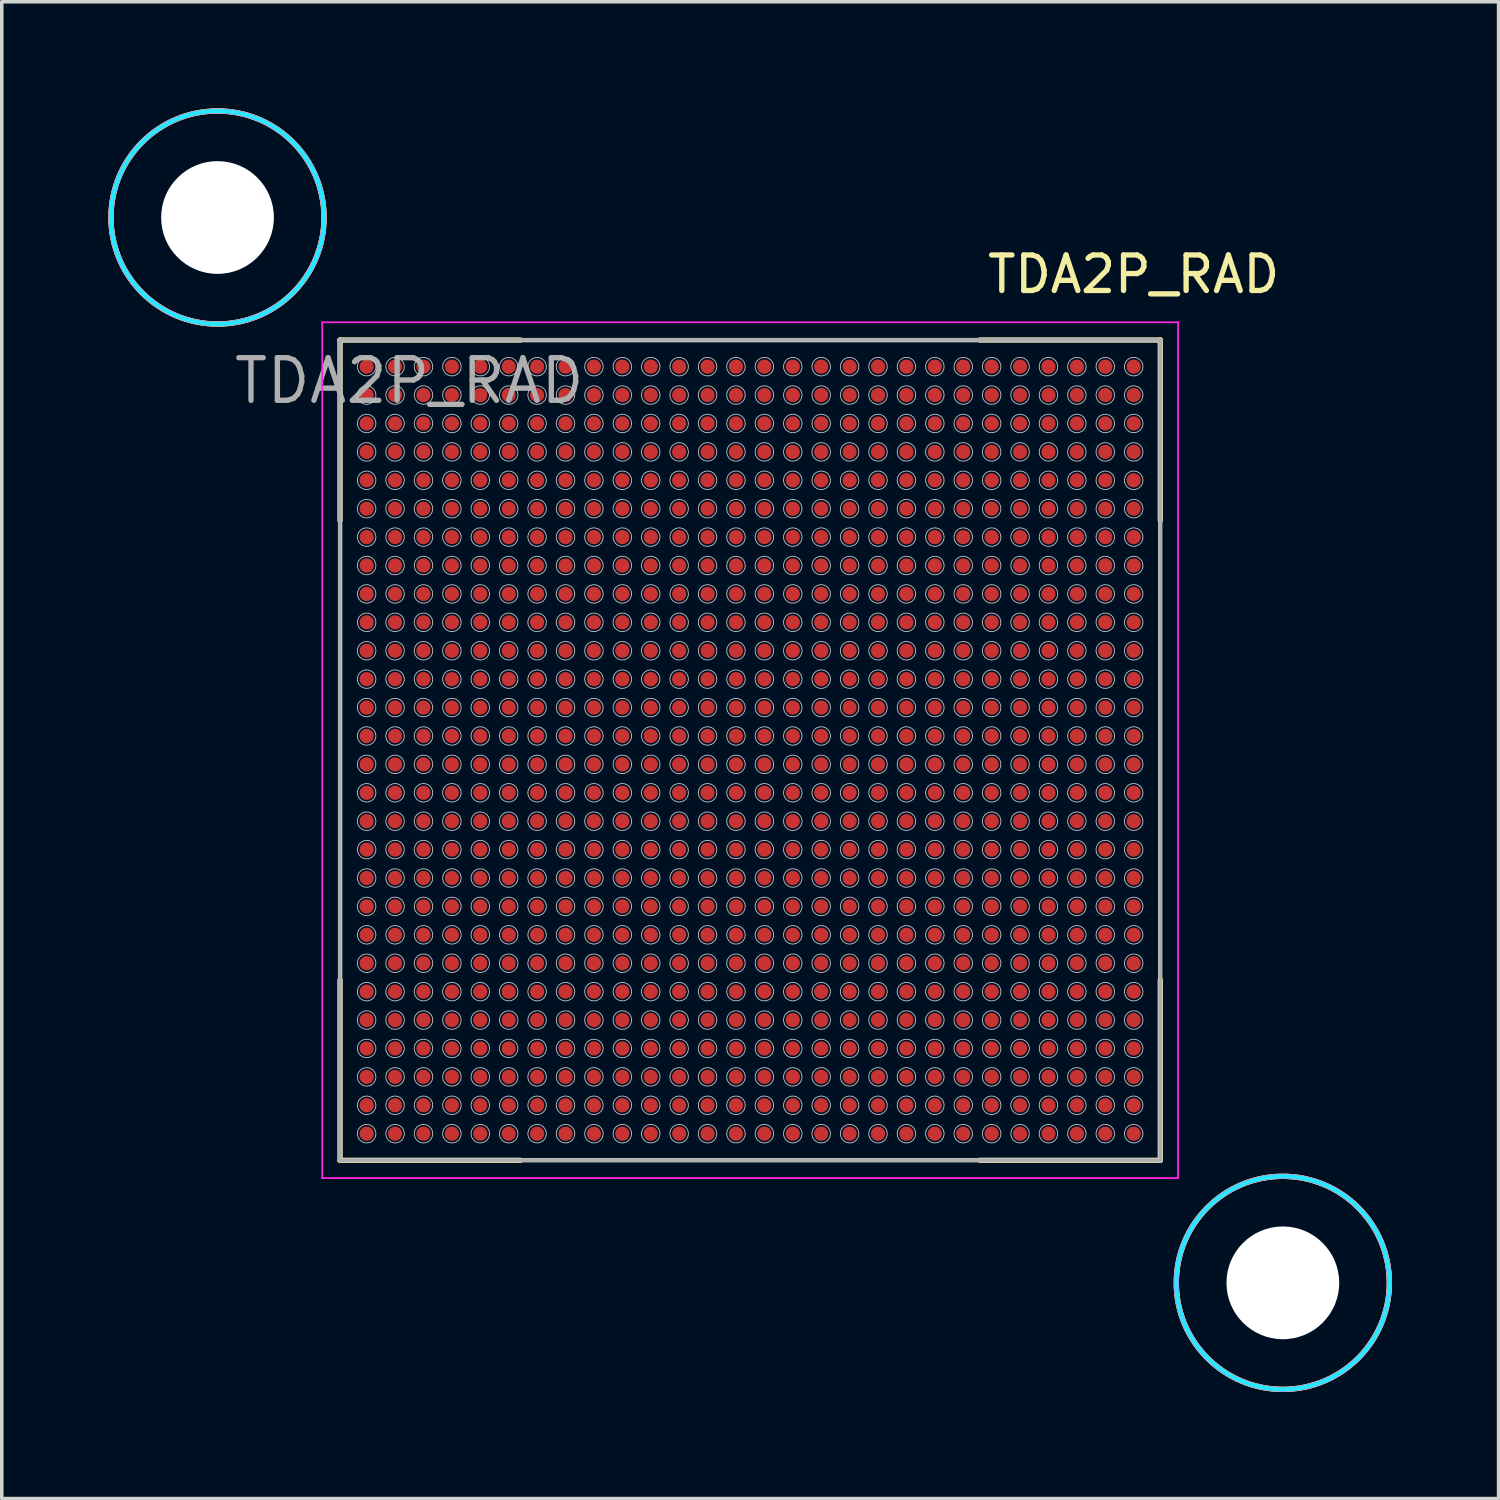
<source format=kicad_pcb>
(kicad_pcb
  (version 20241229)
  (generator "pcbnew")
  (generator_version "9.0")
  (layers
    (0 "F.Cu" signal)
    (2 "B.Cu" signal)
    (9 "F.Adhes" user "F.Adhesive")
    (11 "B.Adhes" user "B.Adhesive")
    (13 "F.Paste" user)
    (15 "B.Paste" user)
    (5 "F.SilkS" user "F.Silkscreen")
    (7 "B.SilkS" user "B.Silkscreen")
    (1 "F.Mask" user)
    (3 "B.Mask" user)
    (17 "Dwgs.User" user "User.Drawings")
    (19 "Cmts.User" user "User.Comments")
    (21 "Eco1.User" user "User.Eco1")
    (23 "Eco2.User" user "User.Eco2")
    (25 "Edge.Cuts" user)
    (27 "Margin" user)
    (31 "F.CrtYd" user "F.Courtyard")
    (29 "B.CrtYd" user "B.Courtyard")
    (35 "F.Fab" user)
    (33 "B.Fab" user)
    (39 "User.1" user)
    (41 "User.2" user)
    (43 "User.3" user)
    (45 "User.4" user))
  (footprint "TDA2P_RAD"
    (layer "F.Cu")
    (at 18.075 18.075)
    (property "Reference" "TDA2P_RAD" (at -9.6 -10.4 0) (layer "F.Fab") (effects (font (size 1.2 1.2) (thickness 0.15))))
    (attr smd)
    (fp_line (start -11.55 -11.55) (end -11.55 -6.47) (stroke (width 0.15) (type solid)) (layer "F.SilkS"))
    (fp_line (start -11.55 11.55) (end -11.55 6.47) (stroke (width 0.15) (type solid)) (layer "F.SilkS"))
    (fp_line (start -6.47 -11.55) (end -11.55 -11.55) (stroke (width 0.15) (type solid)) (layer "F.SilkS"))
    (fp_line (start -6.47 11.55) (end -11.55 11.55) (stroke (width 0.15) (type solid)) (layer "F.SilkS"))
    (fp_line (start 6.47 -11.55) (end 11.55 -11.55) (stroke (width 0.15) (type solid)) (layer "F.SilkS"))
    (fp_line (start 6.47 11.55) (end 11.55 11.55) (stroke (width 0.15) (type solid)) (layer "F.SilkS"))
    (fp_line (start 11.55 -11.55) (end 11.55 -6.47) (stroke (width 0.15) (type solid)) (layer "F.SilkS"))
    (fp_line (start 11.55 11.55) (end 11.55 6.47) (stroke (width 0.15) (type solid)) (layer "F.SilkS"))
    (fp_circle (center -15 -15) (end -12 -15) (stroke (width 0.15) (type solid)) (fill no) (layer "F.SilkS"))
    (fp_circle (center 15 15) (end 18 15) (stroke (width 0.15) (type solid)) (fill no) (layer "F.SilkS"))
    (fp_circle (center -15 -15) (end -12 -15) (stroke (width 0.15) (type solid)) (fill no) (layer "B.SilkS"))
    (fp_circle (center 15 15) (end 18 15) (stroke (width 0.15) (type solid)) (fill no) (layer "B.SilkS"))
    (fp_line (start -11.5 -11.5) (end 11.5 -11.5) (stroke (width 0.025) (type solid)) (layer "Dwgs.User"))
    (fp_line (start -11.5 11.5) (end -11.5 -11.5) (stroke (width 0.025) (type solid)) (layer "Dwgs.User"))
    (fp_line (start 11.5 -11.5) (end 11.5 11.5) (stroke (width 0.025) (type solid)) (layer "Dwgs.User"))
    (fp_line (start 11.5 11.5) (end -11.5 11.5) (stroke (width 0.025) (type solid)) (layer "Dwgs.User"))
    (fp_circle (center -10.8 -10.8) (end -10.8 -10.54) (stroke (width 0.025) (type solid)) (fill no) (layer "Dwgs.User"))
    (fp_circle (center -10.8 -10) (end -10.8 -9.74) (stroke (width 0.025) (type solid)) (fill no) (layer "Dwgs.User"))
    (fp_circle (center -10.8 -9.2) (end -10.8 -8.94) (stroke (width 0.025) (type solid)) (fill no) (layer "Dwgs.User"))
    (fp_circle (center -10.8 -8.4) (end -10.8 -8.14) (stroke (width 0.025) (type solid)) (fill no) (layer "Dwgs.User"))
    (fp_circle (center -10.8 -7.6) (end -10.8 -7.34) (stroke (width 0.025) (type solid)) (fill no) (layer "Dwgs.User"))
    (fp_circle (center -10.8 -6.8) (end -10.8 -6.54) (stroke (width 0.025) (type solid)) (fill no) (layer "Dwgs.User"))
    (fp_circle (center -10.8 -6) (end -10.8 -5.74) (stroke (width 0.025) (type solid)) (fill no) (layer "Dwgs.User"))
    (fp_circle (center -10.8 -5.2) (end -10.8 -4.94) (stroke (width 0.025) (type solid)) (fill no) (layer "Dwgs.User"))
    (fp_circle (center -10.8 -4.4) (end -10.8 -4.14) (stroke (width 0.025) (type solid)) (fill no) (layer "Dwgs.User"))
    (fp_circle (center -10.8 -3.6) (end -10.8 -3.34) (stroke (width 0.025) (type solid)) (fill no) (layer "Dwgs.User"))
    (fp_circle (center -10.8 -2.8) (end -10.8 -2.54) (stroke (width 0.025) (type solid)) (fill no) (layer "Dwgs.User"))
    (fp_circle (center -10.8 -2) (end -10.8 -1.74) (stroke (width 0.025) (type solid)) (fill no) (layer "Dwgs.User"))
    (fp_circle (center -10.8 -1.2) (end -10.8 -0.94) (stroke (width 0.025) (type solid)) (fill no) (layer "Dwgs.User"))
    (fp_circle (center -10.8 -0.4) (end -10.8 -0.14) (stroke (width 0.025) (type solid)) (fill no) (layer "Dwgs.User"))
    (fp_circle (center -10.8 0.4) (end -10.8 0.66) (stroke (width 0.025) (type solid)) (fill no) (layer "Dwgs.User"))
    (fp_circle (center -10.8 1.2) (end -10.8 1.46) (stroke (width 0.025) (type solid)) (fill no) (layer "Dwgs.User"))
    (fp_circle (center -10.8 2) (end -10.8 2.26) (stroke (width 0.025) (type solid)) (fill no) (layer "Dwgs.User"))
    (fp_circle (center -10.8 2.8) (end -10.8 3.06) (stroke (width 0.025) (type solid)) (fill no) (layer "Dwgs.User"))
    (fp_circle (center -10.8 3.6) (end -10.8 3.86) (stroke (width 0.025) (type solid)) (fill no) (layer "Dwgs.User"))
    (fp_circle (center -10.8 4.4) (end -10.8 4.66) (stroke (width 0.025) (type solid)) (fill no) (layer "Dwgs.User"))
    (fp_circle (center -10.8 5.2) (end -10.8 5.46) (stroke (width 0.025) (type solid)) (fill no) (layer "Dwgs.User"))
    (fp_circle (center -10.8 6) (end -10.8 6.26) (stroke (width 0.025) (type solid)) (fill no) (layer "Dwgs.User"))
    (fp_circle (center -10.8 6.8) (end -10.8 7.06) (stroke (width 0.025) (type solid)) (fill no) (layer "Dwgs.User"))
    (fp_circle (center -10.8 7.6) (end -10.8 7.86) (stroke (width 0.025) (type solid)) (fill no) (layer "Dwgs.User"))
    (fp_circle (center -10.8 8.4) (end -10.8 8.66) (stroke (width 0.025) (type solid)) (fill no) (layer "Dwgs.User"))
    (fp_circle (center -10.8 9.2) (end -10.8 9.46) (stroke (width 0.025) (type solid)) (fill no) (layer "Dwgs.User"))
    (fp_circle (center -10.8 10) (end -10.8 10.26) (stroke (width 0.025) (type solid)) (fill no) (layer "Dwgs.User"))
    (fp_circle (center -10.8 10.8) (end -10.8 11.06) (stroke (width 0.025) (type solid)) (fill no) (layer "Dwgs.User"))
    (fp_circle (center -10 -10.8) (end -10 -10.54) (stroke (width 0.025) (type solid)) (fill no) (layer "Dwgs.User"))
    (fp_circle (center -10 -10) (end -10 -9.74) (stroke (width 0.025) (type solid)) (fill no) (layer "Dwgs.User"))
    (fp_circle (center -10 -9.2) (end -10 -8.94) (stroke (width 0.025) (type solid)) (fill no) (layer "Dwgs.User"))
    (fp_circle (center -10 -8.4) (end -10 -8.14) (stroke (width 0.025) (type solid)) (fill no) (layer "Dwgs.User"))
    (fp_circle (center -10 -7.6) (end -10 -7.34) (stroke (width 0.025) (type solid)) (fill no) (layer "Dwgs.User"))
    (fp_circle (center -10 -6.8) (end -10 -6.54) (stroke (width 0.025) (type solid)) (fill no) (layer "Dwgs.User"))
    (fp_circle (center -10 -6) (end -10 -5.74) (stroke (width 0.025) (type solid)) (fill no) (layer "Dwgs.User"))
    (fp_circle (center -10 -5.2) (end -10 -4.94) (stroke (width 0.025) (type solid)) (fill no) (layer "Dwgs.User"))
    (fp_circle (center -10 -4.4) (end -10 -4.14) (stroke (width 0.025) (type solid)) (fill no) (layer "Dwgs.User"))
    (fp_circle (center -10 -3.6) (end -10 -3.34) (stroke (width 0.025) (type solid)) (fill no) (layer "Dwgs.User"))
    (fp_circle (center -10 -2.8) (end -10 -2.54) (stroke (width 0.025) (type solid)) (fill no) (layer "Dwgs.User"))
    (fp_circle (center -10 -2) (end -10 -1.74) (stroke (width 0.025) (type solid)) (fill no) (layer "Dwgs.User"))
    (fp_circle (center -10 -1.2) (end -10 -0.94) (stroke (width 0.025) (type solid)) (fill no) (layer "Dwgs.User"))
    (fp_circle (center -10 -0.4) (end -10 -0.14) (stroke (width 0.025) (type solid)) (fill no) (layer "Dwgs.User"))
    (fp_circle (center -10 0.4) (end -10 0.66) (stroke (width 0.025) (type solid)) (fill no) (layer "Dwgs.User"))
    (fp_circle (center -10 1.2) (end -10 1.46) (stroke (width 0.025) (type solid)) (fill no) (layer "Dwgs.User"))
    (fp_circle (center -10 2) (end -10 2.26) (stroke (width 0.025) (type solid)) (fill no) (layer "Dwgs.User"))
    (fp_circle (center -10 2.8) (end -10 3.06) (stroke (width 0.025) (type solid)) (fill no) (layer "Dwgs.User"))
    (fp_circle (center -10 3.6) (end -10 3.86) (stroke (width 0.025) (type solid)) (fill no) (layer "Dwgs.User"))
    (fp_circle (center -10 4.4) (end -10 4.66) (stroke (width 0.025) (type solid)) (fill no) (layer "Dwgs.User"))
    (fp_circle (center -10 5.2) (end -10 5.46) (stroke (width 0.025) (type solid)) (fill no) (layer "Dwgs.User"))
    (fp_circle (center -10 6) (end -10 6.26) (stroke (width 0.025) (type solid)) (fill no) (layer "Dwgs.User"))
    (fp_circle (center -10 6.8) (end -10 7.06) (stroke (width 0.025) (type solid)) (fill no) (layer "Dwgs.User"))
    (fp_circle (center -10 7.6) (end -10 7.86) (stroke (width 0.025) (type solid)) (fill no) (layer "Dwgs.User"))
    (fp_circle (center -10 8.4) (end -10 8.66) (stroke (width 0.025) (type solid)) (fill no) (layer "Dwgs.User"))
    (fp_circle (center -10 9.2) (end -10 9.46) (stroke (width 0.025) (type solid)) (fill no) (layer "Dwgs.User"))
    (fp_circle (center -10 10) (end -10 10.26) (stroke (width 0.025) (type solid)) (fill no) (layer "Dwgs.User"))
    (fp_circle (center -10 10.8) (end -10 11.06) (stroke (width 0.025) (type solid)) (fill no) (layer "Dwgs.User"))
    (fp_circle (center -9.2 -10.8) (end -9.2 -10.54) (stroke (width 0.025) (type solid)) (fill no) (layer "Dwgs.User"))
    (fp_circle (center -9.2 -10) (end -9.2 -9.74) (stroke (width 0.025) (type solid)) (fill no) (layer "Dwgs.User"))
    (fp_circle (center -9.2 -9.2) (end -9.2 -8.94) (stroke (width 0.025) (type solid)) (fill no) (layer "Dwgs.User"))
    (fp_circle (center -9.2 -8.4) (end -9.2 -8.14) (stroke (width 0.025) (type solid)) (fill no) (layer "Dwgs.User"))
    (fp_circle (center -9.2 -7.6) (end -9.2 -7.34) (stroke (width 0.025) (type solid)) (fill no) (layer "Dwgs.User"))
    (fp_circle (center -9.2 -6.8) (end -9.2 -6.54) (stroke (width 0.025) (type solid)) (fill no) (layer "Dwgs.User"))
    (fp_circle (center -9.2 -6) (end -9.2 -5.74) (stroke (width 0.025) (type solid)) (fill no) (layer "Dwgs.User"))
    (fp_circle (center -9.2 -5.2) (end -9.2 -4.94) (stroke (width 0.025) (type solid)) (fill no) (layer "Dwgs.User"))
    (fp_circle (center -9.2 -4.4) (end -9.2 -4.14) (stroke (width 0.025) (type solid)) (fill no) (layer "Dwgs.User"))
    (fp_circle (center -9.2 -3.6) (end -9.2 -3.34) (stroke (width 0.025) (type solid)) (fill no) (layer "Dwgs.User"))
    (fp_circle (center -9.2 -2.8) (end -9.2 -2.54) (stroke (width 0.025) (type solid)) (fill no) (layer "Dwgs.User"))
    (fp_circle (center -9.2 -2) (end -9.2 -1.74) (stroke (width 0.025) (type solid)) (fill no) (layer "Dwgs.User"))
    (fp_circle (center -9.2 -1.2) (end -9.2 -0.94) (stroke (width 0.025) (type solid)) (fill no) (layer "Dwgs.User"))
    (fp_circle (center -9.2 -0.4) (end -9.2 -0.14) (stroke (width 0.025) (type solid)) (fill no) (layer "Dwgs.User"))
    (fp_circle (center -9.2 0.4) (end -9.2 0.66) (stroke (width 0.025) (type solid)) (fill no) (layer "Dwgs.User"))
    (fp_circle (center -9.2 1.2) (end -9.2 1.46) (stroke (width 0.025) (type solid)) (fill no) (layer "Dwgs.User"))
    (fp_circle (center -9.2 2) (end -9.2 2.26) (stroke (width 0.025) (type solid)) (fill no) (layer "Dwgs.User"))
    (fp_circle (center -9.2 2.8) (end -9.2 3.06) (stroke (width 0.025) (type solid)) (fill no) (layer "Dwgs.User"))
    (fp_circle (center -9.2 3.6) (end -9.2 3.86) (stroke (width 0.025) (type solid)) (fill no) (layer "Dwgs.User"))
    (fp_circle (center -9.2 4.4) (end -9.2 4.66) (stroke (width 0.025) (type solid)) (fill no) (layer "Dwgs.User"))
    (fp_circle (center -9.2 5.2) (end -9.2 5.46) (stroke (width 0.025) (type solid)) (fill no) (layer "Dwgs.User"))
    (fp_circle (center -9.2 6) (end -9.2 6.26) (stroke (width 0.025) (type solid)) (fill no) (layer "Dwgs.User"))
    (fp_circle (center -9.2 6.8) (end -9.2 7.06) (stroke (width 0.025) (type solid)) (fill no) (layer "Dwgs.User"))
    (fp_circle (center -9.2 7.6) (end -9.2 7.86) (stroke (width 0.025) (type solid)) (fill no) (layer "Dwgs.User"))
    (fp_circle (center -9.2 8.4) (end -9.2 8.66) (stroke (width 0.025) (type solid)) (fill no) (layer "Dwgs.User"))
    (fp_circle (center -9.2 9.2) (end -9.2 9.46) (stroke (width 0.025) (type solid)) (fill no) (layer "Dwgs.User"))
    (fp_circle (center -9.2 10) (end -9.2 10.26) (stroke (width 0.025) (type solid)) (fill no) (layer "Dwgs.User"))
    (fp_circle (center -9.2 10.8) (end -9.2 11.06) (stroke (width 0.025) (type solid)) (fill no) (layer "Dwgs.User"))
    (fp_circle (center -8.4 -10.8) (end -8.4 -10.54) (stroke (width 0.025) (type solid)) (fill no) (layer "Dwgs.User"))
    (fp_circle (center -8.4 -10) (end -8.4 -9.74) (stroke (width 0.025) (type solid)) (fill no) (layer "Dwgs.User"))
    (fp_circle (center -8.4 -9.2) (end -8.4 -8.94) (stroke (width 0.025) (type solid)) (fill no) (layer "Dwgs.User"))
    (fp_circle (center -8.4 -8.4) (end -8.4 -8.14) (stroke (width 0.025) (type solid)) (fill no) (layer "Dwgs.User"))
    (fp_circle (center -8.4 -7.6) (end -8.4 -7.34) (stroke (width 0.025) (type solid)) (fill no) (layer "Dwgs.User"))
    (fp_circle (center -8.4 -6.8) (end -8.4 -6.54) (stroke (width 0.025) (type solid)) (fill no) (layer "Dwgs.User"))
    (fp_circle (center -8.4 -6) (end -8.4 -5.74) (stroke (width 0.025) (type solid)) (fill no) (layer "Dwgs.User"))
    (fp_circle (center -8.4 -5.2) (end -8.4 -4.94) (stroke (width 0.025) (type solid)) (fill no) (layer "Dwgs.User"))
    (fp_circle (center -8.4 -4.4) (end -8.4 -4.14) (stroke (width 0.025) (type solid)) (fill no) (layer "Dwgs.User"))
    (fp_circle (center -8.4 -3.6) (end -8.4 -3.34) (stroke (width 0.025) (type solid)) (fill no) (layer "Dwgs.User"))
    (fp_circle (center -8.4 -2.8) (end -8.4 -2.54) (stroke (width 0.025) (type solid)) (fill no) (layer "Dwgs.User"))
    (fp_circle (center -8.4 -2) (end -8.4 -1.74) (stroke (width 0.025) (type solid)) (fill no) (layer "Dwgs.User"))
    (fp_circle (center -8.4 -1.2) (end -8.4 -0.94) (stroke (width 0.025) (type solid)) (fill no) (layer "Dwgs.User"))
    (fp_circle (center -8.4 -0.4) (end -8.4 -0.14) (stroke (width 0.025) (type solid)) (fill no) (layer "Dwgs.User"))
    (fp_circle (center -8.4 0.4) (end -8.4 0.66) (stroke (width 0.025) (type solid)) (fill no) (layer "Dwgs.User"))
    (fp_circle (center -8.4 1.2) (end -8.4 1.46) (stroke (width 0.025) (type solid)) (fill no) (layer "Dwgs.User"))
    (fp_circle (center -8.4 2) (end -8.4 2.26) (stroke (width 0.025) (type solid)) (fill no) (layer "Dwgs.User"))
    (fp_circle (center -8.4 2.8) (end -8.4 3.06) (stroke (width 0.025) (type solid)) (fill no) (layer "Dwgs.User"))
    (fp_circle (center -8.4 3.6) (end -8.4 3.86) (stroke (width 0.025) (type solid)) (fill no) (layer "Dwgs.User"))
    (fp_circle (center -8.4 4.4) (end -8.4 4.66) (stroke (width 0.025) (type solid)) (fill no) (layer "Dwgs.User"))
    (fp_circle (center -8.4 5.2) (end -8.4 5.46) (stroke (width 0.025) (type solid)) (fill no) (layer "Dwgs.User"))
    (fp_circle (center -8.4 6) (end -8.4 6.26) (stroke (width 0.025) (type solid)) (fill no) (layer "Dwgs.User"))
    (fp_circle (center -8.4 6.8) (end -8.4 7.06) (stroke (width 0.025) (type solid)) (fill no) (layer "Dwgs.User"))
    (fp_circle (center -8.4 7.6) (end -8.4 7.86) (stroke (width 0.025) (type solid)) (fill no) (layer "Dwgs.User"))
    (fp_circle (center -8.4 8.4) (end -8.4 8.66) (stroke (width 0.025) (type solid)) (fill no) (layer "Dwgs.User"))
    (fp_circle (center -8.4 9.2) (end -8.4 9.46) (stroke (width 0.025) (type solid)) (fill no) (layer "Dwgs.User"))
    (fp_circle (center -8.4 10) (end -8.4 10.26) (stroke (width 0.025) (type solid)) (fill no) (layer "Dwgs.User"))
    (fp_circle (center -8.4 10.8) (end -8.4 11.06) (stroke (width 0.025) (type solid)) (fill no) (layer "Dwgs.User"))
    (fp_circle (center -7.6 -10.8) (end -7.6 -10.54) (stroke (width 0.025) (type solid)) (fill no) (layer "Dwgs.User"))
    (fp_circle (center -7.6 -10) (end -7.6 -9.74) (stroke (width 0.025) (type solid)) (fill no) (layer "Dwgs.User"))
    (fp_circle (center -7.6 -9.2) (end -7.6 -8.94) (stroke (width 0.025) (type solid)) (fill no) (layer "Dwgs.User"))
    (fp_circle (center -7.6 -8.4) (end -7.6 -8.14) (stroke (width 0.025) (type solid)) (fill no) (layer "Dwgs.User"))
    (fp_circle (center -7.6 -7.6) (end -7.6 -7.34) (stroke (width 0.025) (type solid)) (fill no) (layer "Dwgs.User"))
    (fp_circle (center -7.6 -6.8) (end -7.6 -6.54) (stroke (width 0.025) (type solid)) (fill no) (layer "Dwgs.User"))
    (fp_circle (center -7.6 -6) (end -7.6 -5.74) (stroke (width 0.025) (type solid)) (fill no) (layer "Dwgs.User"))
    (fp_circle (center -7.6 -5.2) (end -7.6 -4.94) (stroke (width 0.025) (type solid)) (fill no) (layer "Dwgs.User"))
    (fp_circle (center -7.6 -4.4) (end -7.6 -4.14) (stroke (width 0.025) (type solid)) (fill no) (layer "Dwgs.User"))
    (fp_circle (center -7.6 -3.6) (end -7.6 -3.34) (stroke (width 0.025) (type solid)) (fill no) (layer "Dwgs.User"))
    (fp_circle (center -7.6 -2.8) (end -7.6 -2.54) (stroke (width 0.025) (type solid)) (fill no) (layer "Dwgs.User"))
    (fp_circle (center -7.6 -2) (end -7.6 -1.74) (stroke (width 0.025) (type solid)) (fill no) (layer "Dwgs.User"))
    (fp_circle (center -7.6 -1.2) (end -7.6 -0.94) (stroke (width 0.025) (type solid)) (fill no) (layer "Dwgs.User"))
    (fp_circle (center -7.6 -0.4) (end -7.6 -0.14) (stroke (width 0.025) (type solid)) (fill no) (layer "Dwgs.User"))
    (fp_circle (center -7.6 0.4) (end -7.6 0.66) (stroke (width 0.025) (type solid)) (fill no) (layer "Dwgs.User"))
    (fp_circle (center -7.6 1.2) (end -7.6 1.46) (stroke (width 0.025) (type solid)) (fill no) (layer "Dwgs.User"))
    (fp_circle (center -7.6 2) (end -7.6 2.26) (stroke (width 0.025) (type solid)) (fill no) (layer "Dwgs.User"))
    (fp_circle (center -7.6 2.8) (end -7.6 3.06) (stroke (width 0.025) (type solid)) (fill no) (layer "Dwgs.User"))
    (fp_circle (center -7.6 3.6) (end -7.6 3.86) (stroke (width 0.025) (type solid)) (fill no) (layer "Dwgs.User"))
    (fp_circle (center -7.6 4.4) (end -7.6 4.66) (stroke (width 0.025) (type solid)) (fill no) (layer "Dwgs.User"))
    (fp_circle (center -7.6 5.2) (end -7.6 5.46) (stroke (width 0.025) (type solid)) (fill no) (layer "Dwgs.User"))
    (fp_circle (center -7.6 6) (end -7.6 6.26) (stroke (width 0.025) (type solid)) (fill no) (layer "Dwgs.User"))
    (fp_circle (center -7.6 6.8) (end -7.6 7.06) (stroke (width 0.025) (type solid)) (fill no) (layer "Dwgs.User"))
    (fp_circle (center -7.6 7.6) (end -7.6 7.86) (stroke (width 0.025) (type solid)) (fill no) (layer "Dwgs.User"))
    (fp_circle (center -7.6 8.4) (end -7.6 8.66) (stroke (width 0.025) (type solid)) (fill no) (layer "Dwgs.User"))
    (fp_circle (center -7.6 9.2) (end -7.6 9.46) (stroke (width 0.025) (type solid)) (fill no) (layer "Dwgs.User"))
    (fp_circle (center -7.6 10) (end -7.6 10.26) (stroke (width 0.025) (type solid)) (fill no) (layer "Dwgs.User"))
    (fp_circle (center -7.6 10.8) (end -7.6 11.06) (stroke (width 0.025) (type solid)) (fill no) (layer "Dwgs.User"))
    (fp_circle (center -6.8 -10.8) (end -6.8 -10.54) (stroke (width 0.025) (type solid)) (fill no) (layer "Dwgs.User"))
    (fp_circle (center -6.8 -10) (end -6.8 -9.74) (stroke (width 0.025) (type solid)) (fill no) (layer "Dwgs.User"))
    (fp_circle (center -6.8 -9.2) (end -6.8 -8.94) (stroke (width 0.025) (type solid)) (fill no) (layer "Dwgs.User"))
    (fp_circle (center -6.8 -8.4) (end -6.8 -8.14) (stroke (width 0.025) (type solid)) (fill no) (layer "Dwgs.User"))
    (fp_circle (center -6.8 -7.6) (end -6.8 -7.34) (stroke (width 0.025) (type solid)) (fill no) (layer "Dwgs.User"))
    (fp_circle (center -6.8 -6.8) (end -6.8 -6.54) (stroke (width 0.025) (type solid)) (fill no) (layer "Dwgs.User"))
    (fp_circle (center -6.8 -6) (end -6.8 -5.74) (stroke (width 0.025) (type solid)) (fill no) (layer "Dwgs.User"))
    (fp_circle (center -6.8 -5.2) (end -6.8 -4.94) (stroke (width 0.025) (type solid)) (fill no) (layer "Dwgs.User"))
    (fp_circle (center -6.8 -4.4) (end -6.8 -4.14) (stroke (width 0.025) (type solid)) (fill no) (layer "Dwgs.User"))
    (fp_circle (center -6.8 -3.6) (end -6.8 -3.34) (stroke (width 0.025) (type solid)) (fill no) (layer "Dwgs.User"))
    (fp_circle (center -6.8 -2.8) (end -6.8 -2.54) (stroke (width 0.025) (type solid)) (fill no) (layer "Dwgs.User"))
    (fp_circle (center -6.8 -2) (end -6.8 -1.74) (stroke (width 0.025) (type solid)) (fill no) (layer "Dwgs.User"))
    (fp_circle (center -6.8 -1.2) (end -6.8 -0.94) (stroke (width 0.025) (type solid)) (fill no) (layer "Dwgs.User"))
    (fp_circle (center -6.8 -0.4) (end -6.8 -0.14) (stroke (width 0.025) (type solid)) (fill no) (layer "Dwgs.User"))
    (fp_circle (center -6.8 0.4) (end -6.8 0.66) (stroke (width 0.025) (type solid)) (fill no) (layer "Dwgs.User"))
    (fp_circle (center -6.8 1.2) (end -6.8 1.46) (stroke (width 0.025) (type solid)) (fill no) (layer "Dwgs.User"))
    (fp_circle (center -6.8 2) (end -6.8 2.26) (stroke (width 0.025) (type solid)) (fill no) (layer "Dwgs.User"))
    (fp_circle (center -6.8 2.8) (end -6.8 3.06) (stroke (width 0.025) (type solid)) (fill no) (layer "Dwgs.User"))
    (fp_circle (center -6.8 3.6) (end -6.8 3.86) (stroke (width 0.025) (type solid)) (fill no) (layer "Dwgs.User"))
    (fp_circle (center -6.8 4.4) (end -6.8 4.66) (stroke (width 0.025) (type solid)) (fill no) (layer "Dwgs.User"))
    (fp_circle (center -6.8 5.2) (end -6.8 5.46) (stroke (width 0.025) (type solid)) (fill no) (layer "Dwgs.User"))
    (fp_circle (center -6.8 6) (end -6.8 6.26) (stroke (width 0.025) (type solid)) (fill no) (layer "Dwgs.User"))
    (fp_circle (center -6.8 6.8) (end -6.8 7.06) (stroke (width 0.025) (type solid)) (fill no) (layer "Dwgs.User"))
    (fp_circle (center -6.8 7.6) (end -6.8 7.86) (stroke (width 0.025) (type solid)) (fill no) (layer "Dwgs.User"))
    (fp_circle (center -6.8 8.4) (end -6.8 8.66) (stroke (width 0.025) (type solid)) (fill no) (layer "Dwgs.User"))
    (fp_circle (center -6.8 9.2) (end -6.8 9.46) (stroke (width 0.025) (type solid)) (fill no) (layer "Dwgs.User"))
    (fp_circle (center -6.8 10) (end -6.8 10.26) (stroke (width 0.025) (type solid)) (fill no) (layer "Dwgs.User"))
    (fp_circle (center -6.8 10.8) (end -6.8 11.06) (stroke (width 0.025) (type solid)) (fill no) (layer "Dwgs.User"))
    (fp_circle (center -6 -10.8) (end -6 -10.54) (stroke (width 0.025) (type solid)) (fill no) (layer "Dwgs.User"))
    (fp_circle (center -6 -10) (end -6 -9.74) (stroke (width 0.025) (type solid)) (fill no) (layer "Dwgs.User"))
    (fp_circle (center -6 -9.2) (end -6 -8.94) (stroke (width 0.025) (type solid)) (fill no) (layer "Dwgs.User"))
    (fp_circle (center -6 -8.4) (end -6 -8.14) (stroke (width 0.025) (type solid)) (fill no) (layer "Dwgs.User"))
    (fp_circle (center -6 -7.6) (end -6 -7.34) (stroke (width 0.025) (type solid)) (fill no) (layer "Dwgs.User"))
    (fp_circle (center -6 -6.8) (end -6 -6.54) (stroke (width 0.025) (type solid)) (fill no) (layer "Dwgs.User"))
    (fp_circle (center -6 -6) (end -6 -5.74) (stroke (width 0.025) (type solid)) (fill no) (layer "Dwgs.User"))
    (fp_circle (center -6 -5.2) (end -6 -4.94) (stroke (width 0.025) (type solid)) (fill no) (layer "Dwgs.User"))
    (fp_circle (center -6 -4.4) (end -6 -4.14) (stroke (width 0.025) (type solid)) (fill no) (layer "Dwgs.User"))
    (fp_circle (center -6 -3.6) (end -6 -3.34) (stroke (width 0.025) (type solid)) (fill no) (layer "Dwgs.User"))
    (fp_circle (center -6 -2.8) (end -6 -2.54) (stroke (width 0.025) (type solid)) (fill no) (layer "Dwgs.User"))
    (fp_circle (center -6 -2) (end -6 -1.74) (stroke (width 0.025) (type solid)) (fill no) (layer "Dwgs.User"))
    (fp_circle (center -6 -1.2) (end -6 -0.94) (stroke (width 0.025) (type solid)) (fill no) (layer "Dwgs.User"))
    (fp_circle (center -6 -0.4) (end -6 -0.14) (stroke (width 0.025) (type solid)) (fill no) (layer "Dwgs.User"))
    (fp_circle (center -6 0.4) (end -6 0.66) (stroke (width 0.025) (type solid)) (fill no) (layer "Dwgs.User"))
    (fp_circle (center -6 1.2) (end -6 1.46) (stroke (width 0.025) (type solid)) (fill no) (layer "Dwgs.User"))
    (fp_circle (center -6 2) (end -6 2.26) (stroke (width 0.025) (type solid)) (fill no) (layer "Dwgs.User"))
    (fp_circle (center -6 2.8) (end -6 3.06) (stroke (width 0.025) (type solid)) (fill no) (layer "Dwgs.User"))
    (fp_circle (center -6 3.6) (end -6 3.86) (stroke (width 0.025) (type solid)) (fill no) (layer "Dwgs.User"))
    (fp_circle (center -6 4.4) (end -6 4.66) (stroke (width 0.025) (type solid)) (fill no) (layer "Dwgs.User"))
    (fp_circle (center -6 5.2) (end -6 5.46) (stroke (width 0.025) (type solid)) (fill no) (layer "Dwgs.User"))
    (fp_circle (center -6 6) (end -6 6.26) (stroke (width 0.025) (type solid)) (fill no) (layer "Dwgs.User"))
    (fp_circle (center -6 6.8) (end -6 7.06) (stroke (width 0.025) (type solid)) (fill no) (layer "Dwgs.User"))
    (fp_circle (center -6 7.6) (end -6 7.86) (stroke (width 0.025) (type solid)) (fill no) (layer "Dwgs.User"))
    (fp_circle (center -6 8.4) (end -6 8.66) (stroke (width 0.025) (type solid)) (fill no) (layer "Dwgs.User"))
    (fp_circle (center -6 9.2) (end -6 9.46) (stroke (width 0.025) (type solid)) (fill no) (layer "Dwgs.User"))
    (fp_circle (center -6 10) (end -6 10.26) (stroke (width 0.025) (type solid)) (fill no) (layer "Dwgs.User"))
    (fp_circle (center -6 10.8) (end -6 11.06) (stroke (width 0.025) (type solid)) (fill no) (layer "Dwgs.User"))
    (fp_circle (center -5.2 -10.8) (end -5.2 -10.54) (stroke (width 0.025) (type solid)) (fill no) (layer "Dwgs.User"))
    (fp_circle (center -5.2 -10) (end -5.2 -9.74) (stroke (width 0.025) (type solid)) (fill no) (layer "Dwgs.User"))
    (fp_circle (center -5.2 -9.2) (end -5.2 -8.94) (stroke (width 0.025) (type solid)) (fill no) (layer "Dwgs.User"))
    (fp_circle (center -5.2 -8.4) (end -5.2 -8.14) (stroke (width 0.025) (type solid)) (fill no) (layer "Dwgs.User"))
    (fp_circle (center -5.2 -7.6) (end -5.2 -7.34) (stroke (width 0.025) (type solid)) (fill no) (layer "Dwgs.User"))
    (fp_circle (center -5.2 -6.8) (end -5.2 -6.54) (stroke (width 0.025) (type solid)) (fill no) (layer "Dwgs.User"))
    (fp_circle (center -5.2 -6) (end -5.2 -5.74) (stroke (width 0.025) (type solid)) (fill no) (layer "Dwgs.User"))
    (fp_circle (center -5.2 -5.2) (end -5.2 -4.94) (stroke (width 0.025) (type solid)) (fill no) (layer "Dwgs.User"))
    (fp_circle (center -5.2 -4.4) (end -5.2 -4.14) (stroke (width 0.025) (type solid)) (fill no) (layer "Dwgs.User"))
    (fp_circle (center -5.2 -3.6) (end -5.2 -3.34) (stroke (width 0.025) (type solid)) (fill no) (layer "Dwgs.User"))
    (fp_circle (center -5.2 -2.8) (end -5.2 -2.54) (stroke (width 0.025) (type solid)) (fill no) (layer "Dwgs.User"))
    (fp_circle (center -5.2 -2) (end -5.2 -1.74) (stroke (width 0.025) (type solid)) (fill no) (layer "Dwgs.User"))
    (fp_circle (center -5.2 -1.2) (end -5.2 -0.94) (stroke (width 0.025) (type solid)) (fill no) (layer "Dwgs.User"))
    (fp_circle (center -5.2 -0.4) (end -5.2 -0.14) (stroke (width 0.025) (type solid)) (fill no) (layer "Dwgs.User"))
    (fp_circle (center -5.2 0.4) (end -5.2 0.66) (stroke (width 0.025) (type solid)) (fill no) (layer "Dwgs.User"))
    (fp_circle (center -5.2 1.2) (end -5.2 1.46) (stroke (width 0.025) (type solid)) (fill no) (layer "Dwgs.User"))
    (fp_circle (center -5.2 2) (end -5.2 2.26) (stroke (width 0.025) (type solid)) (fill no) (layer "Dwgs.User"))
    (fp_circle (center -5.2 2.8) (end -5.2 3.06) (stroke (width 0.025) (type solid)) (fill no) (layer "Dwgs.User"))
    (fp_circle (center -5.2 3.6) (end -5.2 3.86) (stroke (width 0.025) (type solid)) (fill no) (layer "Dwgs.User"))
    (fp_circle (center -5.2 4.4) (end -5.2 4.66) (stroke (width 0.025) (type solid)) (fill no) (layer "Dwgs.User"))
    (fp_circle (center -5.2 5.2) (end -5.2 5.46) (stroke (width 0.025) (type solid)) (fill no) (layer "Dwgs.User"))
    (fp_circle (center -5.2 6) (end -5.2 6.26) (stroke (width 0.025) (type solid)) (fill no) (layer "Dwgs.User"))
    (fp_circle (center -5.2 6.8) (end -5.2 7.06) (stroke (width 0.025) (type solid)) (fill no) (layer "Dwgs.User"))
    (fp_circle (center -5.2 7.6) (end -5.2 7.86) (stroke (width 0.025) (type solid)) (fill no) (layer "Dwgs.User"))
    (fp_circle (center -5.2 8.4) (end -5.2 8.66) (stroke (width 0.025) (type solid)) (fill no) (layer "Dwgs.User"))
    (fp_circle (center -5.2 9.2) (end -5.2 9.46) (stroke (width 0.025) (type solid)) (fill no) (layer "Dwgs.User"))
    (fp_circle (center -5.2 10) (end -5.2 10.26) (stroke (width 0.025) (type solid)) (fill no) (layer "Dwgs.User"))
    (fp_circle (center -5.2 10.8) (end -5.2 11.06) (stroke (width 0.025) (type solid)) (fill no) (layer "Dwgs.User"))
    (fp_circle (center -4.4 -10.8) (end -4.4 -10.54) (stroke (width 0.025) (type solid)) (fill no) (layer "Dwgs.User"))
    (fp_circle (center -4.4 -10) (end -4.4 -9.74) (stroke (width 0.025) (type solid)) (fill no) (layer "Dwgs.User"))
    (fp_circle (center -4.4 -9.2) (end -4.4 -8.94) (stroke (width 0.025) (type solid)) (fill no) (layer "Dwgs.User"))
    (fp_circle (center -4.4 -8.4) (end -4.4 -8.14) (stroke (width 0.025) (type solid)) (fill no) (layer "Dwgs.User"))
    (fp_circle (center -4.4 -7.6) (end -4.4 -7.34) (stroke (width 0.025) (type solid)) (fill no) (layer "Dwgs.User"))
    (fp_circle (center -4.4 -6.8) (end -4.4 -6.54) (stroke (width 0.025) (type solid)) (fill no) (layer "Dwgs.User"))
    (fp_circle (center -4.4 -6) (end -4.4 -5.74) (stroke (width 0.025) (type solid)) (fill no) (layer "Dwgs.User"))
    (fp_circle (center -4.4 -5.2) (end -4.4 -4.94) (stroke (width 0.025) (type solid)) (fill no) (layer "Dwgs.User"))
    (fp_circle (center -4.4 -4.4) (end -4.4 -4.14) (stroke (width 0.025) (type solid)) (fill no) (layer "Dwgs.User"))
    (fp_circle (center -4.4 -3.6) (end -4.4 -3.34) (stroke (width 0.025) (type solid)) (fill no) (layer "Dwgs.User"))
    (fp_circle (center -4.4 -2.8) (end -4.4 -2.54) (stroke (width 0.025) (type solid)) (fill no) (layer "Dwgs.User"))
    (fp_circle (center -4.4 -2) (end -4.4 -1.74) (stroke (width 0.025) (type solid)) (fill no) (layer "Dwgs.User"))
    (fp_circle (center -4.4 -1.2) (end -4.4 -0.94) (stroke (width 0.025) (type solid)) (fill no) (layer "Dwgs.User"))
    (fp_circle (center -4.4 -0.4) (end -4.4 -0.14) (stroke (width 0.025) (type solid)) (fill no) (layer "Dwgs.User"))
    (fp_circle (center -4.4 0.4) (end -4.4 0.66) (stroke (width 0.025) (type solid)) (fill no) (layer "Dwgs.User"))
    (fp_circle (center -4.4 1.2) (end -4.4 1.46) (stroke (width 0.025) (type solid)) (fill no) (layer "Dwgs.User"))
    (fp_circle (center -4.4 2) (end -4.4 2.26) (stroke (width 0.025) (type solid)) (fill no) (layer "Dwgs.User"))
    (fp_circle (center -4.4 2.8) (end -4.4 3.06) (stroke (width 0.025) (type solid)) (fill no) (layer "Dwgs.User"))
    (fp_circle (center -4.4 3.6) (end -4.4 3.86) (stroke (width 0.025) (type solid)) (fill no) (layer "Dwgs.User"))
    (fp_circle (center -4.4 4.4) (end -4.4 4.66) (stroke (width 0.025) (type solid)) (fill no) (layer "Dwgs.User"))
    (fp_circle (center -4.4 5.2) (end -4.4 5.46) (stroke (width 0.025) (type solid)) (fill no) (layer "Dwgs.User"))
    (fp_circle (center -4.4 6) (end -4.4 6.26) (stroke (width 0.025) (type solid)) (fill no) (layer "Dwgs.User"))
    (fp_circle (center -4.4 6.8) (end -4.4 7.06) (stroke (width 0.025) (type solid)) (fill no) (layer "Dwgs.User"))
    (fp_circle (center -4.4 7.6) (end -4.4 7.86) (stroke (width 0.025) (type solid)) (fill no) (layer "Dwgs.User"))
    (fp_circle (center -4.4 8.4) (end -4.4 8.66) (stroke (width 0.025) (type solid)) (fill no) (layer "Dwgs.User"))
    (fp_circle (center -4.4 9.2) (end -4.4 9.46) (stroke (width 0.025) (type solid)) (fill no) (layer "Dwgs.User"))
    (fp_circle (center -4.4 10) (end -4.4 10.26) (stroke (width 0.025) (type solid)) (fill no) (layer "Dwgs.User"))
    (fp_circle (center -4.4 10.8) (end -4.4 11.06) (stroke (width 0.025) (type solid)) (fill no) (layer "Dwgs.User"))
    (fp_circle (center -3.6 -10.8) (end -3.6 -10.54) (stroke (width 0.025) (type solid)) (fill no) (layer "Dwgs.User"))
    (fp_circle (center -3.6 -10) (end -3.6 -9.74) (stroke (width 0.025) (type solid)) (fill no) (layer "Dwgs.User"))
    (fp_circle (center -3.6 -9.2) (end -3.6 -8.94) (stroke (width 0.025) (type solid)) (fill no) (layer "Dwgs.User"))
    (fp_circle (center -3.6 -8.4) (end -3.6 -8.14) (stroke (width 0.025) (type solid)) (fill no) (layer "Dwgs.User"))
    (fp_circle (center -3.6 -7.6) (end -3.6 -7.34) (stroke (width 0.025) (type solid)) (fill no) (layer "Dwgs.User"))
    (fp_circle (center -3.6 -6.8) (end -3.6 -6.54) (stroke (width 0.025) (type solid)) (fill no) (layer "Dwgs.User"))
    (fp_circle (center -3.6 -6) (end -3.6 -5.74) (stroke (width 0.025) (type solid)) (fill no) (layer "Dwgs.User"))
    (fp_circle (center -3.6 -5.2) (end -3.6 -4.94) (stroke (width 0.025) (type solid)) (fill no) (layer "Dwgs.User"))
    (fp_circle (center -3.6 -4.4) (end -3.6 -4.14) (stroke (width 0.025) (type solid)) (fill no) (layer "Dwgs.User"))
    (fp_circle (center -3.6 -3.6) (end -3.6 -3.34) (stroke (width 0.025) (type solid)) (fill no) (layer "Dwgs.User"))
    (fp_circle (center -3.6 -2.8) (end -3.6 -2.54) (stroke (width 0.025) (type solid)) (fill no) (layer "Dwgs.User"))
    (fp_circle (center -3.6 -2) (end -3.6 -1.74) (stroke (width 0.025) (type solid)) (fill no) (layer "Dwgs.User"))
    (fp_circle (center -3.6 -1.2) (end -3.6 -0.94) (stroke (width 0.025) (type solid)) (fill no) (layer "Dwgs.User"))
    (fp_circle (center -3.6 -0.4) (end -3.6 -0.14) (stroke (width 0.025) (type solid)) (fill no) (layer "Dwgs.User"))
    (fp_circle (center -3.6 0.4) (end -3.6 0.66) (stroke (width 0.025) (type solid)) (fill no) (layer "Dwgs.User"))
    (fp_circle (center -3.6 1.2) (end -3.6 1.46) (stroke (width 0.025) (type solid)) (fill no) (layer "Dwgs.User"))
    (fp_circle (center -3.6 2) (end -3.6 2.26) (stroke (width 0.025) (type solid)) (fill no) (layer "Dwgs.User"))
    (fp_circle (center -3.6 2.8) (end -3.6 3.06) (stroke (width 0.025) (type solid)) (fill no) (layer "Dwgs.User"))
    (fp_circle (center -3.6 3.6) (end -3.6 3.86) (stroke (width 0.025) (type solid)) (fill no) (layer "Dwgs.User"))
    (fp_circle (center -3.6 4.4) (end -3.6 4.66) (stroke (width 0.025) (type solid)) (fill no) (layer "Dwgs.User"))
    (fp_circle (center -3.6 5.2) (end -3.6 5.46) (stroke (width 0.025) (type solid)) (fill no) (layer "Dwgs.User"))
    (fp_circle (center -3.6 6) (end -3.6 6.26) (stroke (width 0.025) (type solid)) (fill no) (layer "Dwgs.User"))
    (fp_circle (center -3.6 6.8) (end -3.6 7.06) (stroke (width 0.025) (type solid)) (fill no) (layer "Dwgs.User"))
    (fp_circle (center -3.6 7.6) (end -3.6 7.86) (stroke (width 0.025) (type solid)) (fill no) (layer "Dwgs.User"))
    (fp_circle (center -3.6 8.4) (end -3.6 8.66) (stroke (width 0.025) (type solid)) (fill no) (layer "Dwgs.User"))
    (fp_circle (center -3.6 9.2) (end -3.6 9.46) (stroke (width 0.025) (type solid)) (fill no) (layer "Dwgs.User"))
    (fp_circle (center -3.6 10) (end -3.6 10.26) (stroke (width 0.025) (type solid)) (fill no) (layer "Dwgs.User"))
    (fp_circle (center -3.6 10.8) (end -3.6 11.06) (stroke (width 0.025) (type solid)) (fill no) (layer "Dwgs.User"))
    (fp_circle (center -2.8 -10.8) (end -2.8 -10.54) (stroke (width 0.025) (type solid)) (fill no) (layer "Dwgs.User"))
    (fp_circle (center -2.8 -10) (end -2.8 -9.74) (stroke (width 0.025) (type solid)) (fill no) (layer "Dwgs.User"))
    (fp_circle (center -2.8 -9.2) (end -2.8 -8.94) (stroke (width 0.025) (type solid)) (fill no) (layer "Dwgs.User"))
    (fp_circle (center -2.8 -8.4) (end -2.8 -8.14) (stroke (width 0.025) (type solid)) (fill no) (layer "Dwgs.User"))
    (fp_circle (center -2.8 -7.6) (end -2.8 -7.34) (stroke (width 0.025) (type solid)) (fill no) (layer "Dwgs.User"))
    (fp_circle (center -2.8 -6.8) (end -2.8 -6.54) (stroke (width 0.025) (type solid)) (fill no) (layer "Dwgs.User"))
    (fp_circle (center -2.8 -6) (end -2.8 -5.74) (stroke (width 0.025) (type solid)) (fill no) (layer "Dwgs.User"))
    (fp_circle (center -2.8 -5.2) (end -2.8 -4.94) (stroke (width 0.025) (type solid)) (fill no) (layer "Dwgs.User"))
    (fp_circle (center -2.8 -4.4) (end -2.8 -4.14) (stroke (width 0.025) (type solid)) (fill no) (layer "Dwgs.User"))
    (fp_circle (center -2.8 -3.6) (end -2.8 -3.34) (stroke (width 0.025) (type solid)) (fill no) (layer "Dwgs.User"))
    (fp_circle (center -2.8 -2.8) (end -2.8 -2.54) (stroke (width 0.025) (type solid)) (fill no) (layer "Dwgs.User"))
    (fp_circle (center -2.8 -2) (end -2.8 -1.74) (stroke (width 0.025) (type solid)) (fill no) (layer "Dwgs.User"))
    (fp_circle (center -2.8 -1.2) (end -2.8 -0.94) (stroke (width 0.025) (type solid)) (fill no) (layer "Dwgs.User"))
    (fp_circle (center -2.8 -0.4) (end -2.8 -0.14) (stroke (width 0.025) (type solid)) (fill no) (layer "Dwgs.User"))
    (fp_circle (center -2.8 0.4) (end -2.8 0.66) (stroke (width 0.025) (type solid)) (fill no) (layer "Dwgs.User"))
    (fp_circle (center -2.8 1.2) (end -2.8 1.46) (stroke (width 0.025) (type solid)) (fill no) (layer "Dwgs.User"))
    (fp_circle (center -2.8 2) (end -2.8 2.26) (stroke (width 0.025) (type solid)) (fill no) (layer "Dwgs.User"))
    (fp_circle (center -2.8 2.8) (end -2.8 3.06) (stroke (width 0.025) (type solid)) (fill no) (layer "Dwgs.User"))
    (fp_circle (center -2.8 3.6) (end -2.8 3.86) (stroke (width 0.025) (type solid)) (fill no) (layer "Dwgs.User"))
    (fp_circle (center -2.8 4.4) (end -2.8 4.66) (stroke (width 0.025) (type solid)) (fill no) (layer "Dwgs.User"))
    (fp_circle (center -2.8 5.2) (end -2.8 5.46) (stroke (width 0.025) (type solid)) (fill no) (layer "Dwgs.User"))
    (fp_circle (center -2.8 6) (end -2.8 6.26) (stroke (width 0.025) (type solid)) (fill no) (layer "Dwgs.User"))
    (fp_circle (center -2.8 6.8) (end -2.8 7.06) (stroke (width 0.025) (type solid)) (fill no) (layer "Dwgs.User"))
    (fp_circle (center -2.8 7.6) (end -2.8 7.86) (stroke (width 0.025) (type solid)) (fill no) (layer "Dwgs.User"))
    (fp_circle (center -2.8 8.4) (end -2.8 8.66) (stroke (width 0.025) (type solid)) (fill no) (layer "Dwgs.User"))
    (fp_circle (center -2.8 9.2) (end -2.8 9.46) (stroke (width 0.025) (type solid)) (fill no) (layer "Dwgs.User"))
    (fp_circle (center -2.8 10) (end -2.8 10.26) (stroke (width 0.025) (type solid)) (fill no) (layer "Dwgs.User"))
    (fp_circle (center -2.8 10.8) (end -2.8 11.06) (stroke (width 0.025) (type solid)) (fill no) (layer "Dwgs.User"))
    (fp_circle (center -2 -10.8) (end -2 -10.54) (stroke (width 0.025) (type solid)) (fill no) (layer "Dwgs.User"))
    (fp_circle (center -2 -10) (end -2 -9.74) (stroke (width 0.025) (type solid)) (fill no) (layer "Dwgs.User"))
    (fp_circle (center -2 -9.2) (end -2 -8.94) (stroke (width 0.025) (type solid)) (fill no) (layer "Dwgs.User"))
    (fp_circle (center -2 -8.4) (end -2 -8.14) (stroke (width 0.025) (type solid)) (fill no) (layer "Dwgs.User"))
    (fp_circle (center -2 -7.6) (end -2 -7.34) (stroke (width 0.025) (type solid)) (fill no) (layer "Dwgs.User"))
    (fp_circle (center -2 -6.8) (end -2 -6.54) (stroke (width 0.025) (type solid)) (fill no) (layer "Dwgs.User"))
    (fp_circle (center -2 -6) (end -2 -5.74) (stroke (width 0.025) (type solid)) (fill no) (layer "Dwgs.User"))
    (fp_circle (center -2 -5.2) (end -2 -4.94) (stroke (width 0.025) (type solid)) (fill no) (layer "Dwgs.User"))
    (fp_circle (center -2 -4.4) (end -2 -4.14) (stroke (width 0.025) (type solid)) (fill no) (layer "Dwgs.User"))
    (fp_circle (center -2 -3.6) (end -2 -3.34) (stroke (width 0.025) (type solid)) (fill no) (layer "Dwgs.User"))
    (fp_circle (center -2 -2.8) (end -2 -2.54) (stroke (width 0.025) (type solid)) (fill no) (layer "Dwgs.User"))
    (fp_circle (center -2 -2) (end -2 -1.74) (stroke (width 0.025) (type solid)) (fill no) (layer "Dwgs.User"))
    (fp_circle (center -2 -1.2) (end -2 -0.94) (stroke (width 0.025) (type solid)) (fill no) (layer "Dwgs.User"))
    (fp_circle (center -2 -0.4) (end -2 -0.14) (stroke (width 0.025) (type solid)) (fill no) (layer "Dwgs.User"))
    (fp_circle (center -2 0.4) (end -2 0.66) (stroke (width 0.025) (type solid)) (fill no) (layer "Dwgs.User"))
    (fp_circle (center -2 1.2) (end -2 1.46) (stroke (width 0.025) (type solid)) (fill no) (layer "Dwgs.User"))
    (fp_circle (center -2 2) (end -2 2.26) (stroke (width 0.025) (type solid)) (fill no) (layer "Dwgs.User"))
    (fp_circle (center -2 2.8) (end -2 3.06) (stroke (width 0.025) (type solid)) (fill no) (layer "Dwgs.User"))
    (fp_circle (center -2 3.6) (end -2 3.86) (stroke (width 0.025) (type solid)) (fill no) (layer "Dwgs.User"))
    (fp_circle (center -2 4.4) (end -2 4.66) (stroke (width 0.025) (type solid)) (fill no) (layer "Dwgs.User"))
    (fp_circle (center -2 5.2) (end -2 5.46) (stroke (width 0.025) (type solid)) (fill no) (layer "Dwgs.User"))
    (fp_circle (center -2 6) (end -2 6.26) (stroke (width 0.025) (type solid)) (fill no) (layer "Dwgs.User"))
    (fp_circle (center -2 6.8) (end -2 7.06) (stroke (width 0.025) (type solid)) (fill no) (layer "Dwgs.User"))
    (fp_circle (center -2 7.6) (end -2 7.86) (stroke (width 0.025) (type solid)) (fill no) (layer "Dwgs.User"))
    (fp_circle (center -2 8.4) (end -2 8.66) (stroke (width 0.025) (type solid)) (fill no) (layer "Dwgs.User"))
    (fp_circle (center -2 9.2) (end -2 9.46) (stroke (width 0.025) (type solid)) (fill no) (layer "Dwgs.User"))
    (fp_circle (center -2 10) (end -2 10.26) (stroke (width 0.025) (type solid)) (fill no) (layer "Dwgs.User"))
    (fp_circle (center -2 10.8) (end -2 11.06) (stroke (width 0.025) (type solid)) (fill no) (layer "Dwgs.User"))
    (fp_circle (center -1.2 -10.8) (end -1.2 -10.54) (stroke (width 0.025) (type solid)) (fill no) (layer "Dwgs.User"))
    (fp_circle (center -1.2 -10) (end -1.2 -9.74) (stroke (width 0.025) (type solid)) (fill no) (layer "Dwgs.User"))
    (fp_circle (center -1.2 -9.2) (end -1.2 -8.94) (stroke (width 0.025) (type solid)) (fill no) (layer "Dwgs.User"))
    (fp_circle (center -1.2 -8.4) (end -1.2 -8.14) (stroke (width 0.025) (type solid)) (fill no) (layer "Dwgs.User"))
    (fp_circle (center -1.2 -7.6) (end -1.2 -7.34) (stroke (width 0.025) (type solid)) (fill no) (layer "Dwgs.User"))
    (fp_circle (center -1.2 -6.8) (end -1.2 -6.54) (stroke (width 0.025) (type solid)) (fill no) (layer "Dwgs.User"))
    (fp_circle (center -1.2 -6) (end -1.2 -5.74) (stroke (width 0.025) (type solid)) (fill no) (layer "Dwgs.User"))
    (fp_circle (center -1.2 -5.2) (end -1.2 -4.94) (stroke (width 0.025) (type solid)) (fill no) (layer "Dwgs.User"))
    (fp_circle (center -1.2 -4.4) (end -1.2 -4.14) (stroke (width 0.025) (type solid)) (fill no) (layer "Dwgs.User"))
    (fp_circle (center -1.2 -3.6) (end -1.2 -3.34) (stroke (width 0.025) (type solid)) (fill no) (layer "Dwgs.User"))
    (fp_circle (center -1.2 -2.8) (end -1.2 -2.54) (stroke (width 0.025) (type solid)) (fill no) (layer "Dwgs.User"))
    (fp_circle (center -1.2 -2) (end -1.2 -1.74) (stroke (width 0.025) (type solid)) (fill no) (layer "Dwgs.User"))
    (fp_circle (center -1.2 -1.2) (end -1.2 -0.94) (stroke (width 0.025) (type solid)) (fill no) (layer "Dwgs.User"))
    (fp_circle (center -1.2 -0.4) (end -1.2 -0.14) (stroke (width 0.025) (type solid)) (fill no) (layer "Dwgs.User"))
    (fp_circle (center -1.2 0.4) (end -1.2 0.66) (stroke (width 0.025) (type solid)) (fill no) (layer "Dwgs.User"))
    (fp_circle (center -1.2 1.2) (end -1.2 1.46) (stroke (width 0.025) (type solid)) (fill no) (layer "Dwgs.User"))
    (fp_circle (center -1.2 2) (end -1.2 2.26) (stroke (width 0.025) (type solid)) (fill no) (layer "Dwgs.User"))
    (fp_circle (center -1.2 2.8) (end -1.2 3.06) (stroke (width 0.025) (type solid)) (fill no) (layer "Dwgs.User"))
    (fp_circle (center -1.2 3.6) (end -1.2 3.86) (stroke (width 0.025) (type solid)) (fill no) (layer "Dwgs.User"))
    (fp_circle (center -1.2 4.4) (end -1.2 4.66) (stroke (width 0.025) (type solid)) (fill no) (layer "Dwgs.User"))
    (fp_circle (center -1.2 5.2) (end -1.2 5.46) (stroke (width 0.025) (type solid)) (fill no) (layer "Dwgs.User"))
    (fp_circle (center -1.2 6) (end -1.2 6.26) (stroke (width 0.025) (type solid)) (fill no) (layer "Dwgs.User"))
    (fp_circle (center -1.2 6.8) (end -1.2 7.06) (stroke (width 0.025) (type solid)) (fill no) (layer "Dwgs.User"))
    (fp_circle (center -1.2 7.6) (end -1.2 7.86) (stroke (width 0.025) (type solid)) (fill no) (layer "Dwgs.User"))
    (fp_circle (center -1.2 8.4) (end -1.2 8.66) (stroke (width 0.025) (type solid)) (fill no) (layer "Dwgs.User"))
    (fp_circle (center -1.2 9.2) (end -1.2 9.46) (stroke (width 0.025) (type solid)) (fill no) (layer "Dwgs.User"))
    (fp_circle (center -1.2 10) (end -1.2 10.26) (stroke (width 0.025) (type solid)) (fill no) (layer "Dwgs.User"))
    (fp_circle (center -1.2 10.8) (end -1.2 11.06) (stroke (width 0.025) (type solid)) (fill no) (layer "Dwgs.User"))
    (fp_circle (center -0.4 -10.8) (end -0.4 -10.54) (stroke (width 0.025) (type solid)) (fill no) (layer "Dwgs.User"))
    (fp_circle (center -0.4 -10) (end -0.4 -9.74) (stroke (width 0.025) (type solid)) (fill no) (layer "Dwgs.User"))
    (fp_circle (center -0.4 -9.2) (end -0.4 -8.94) (stroke (width 0.025) (type solid)) (fill no) (layer "Dwgs.User"))
    (fp_circle (center -0.4 -8.4) (end -0.4 -8.14) (stroke (width 0.025) (type solid)) (fill no) (layer "Dwgs.User"))
    (fp_circle (center -0.4 -7.6) (end -0.4 -7.34) (stroke (width 0.025) (type solid)) (fill no) (layer "Dwgs.User"))
    (fp_circle (center -0.4 -6.8) (end -0.4 -6.54) (stroke (width 0.025) (type solid)) (fill no) (layer "Dwgs.User"))
    (fp_circle (center -0.4 -6) (end -0.4 -5.74) (stroke (width 0.025) (type solid)) (fill no) (layer "Dwgs.User"))
    (fp_circle (center -0.4 -5.2) (end -0.4 -4.94) (stroke (width 0.025) (type solid)) (fill no) (layer "Dwgs.User"))
    (fp_circle (center -0.4 -4.4) (end -0.4 -4.14) (stroke (width 0.025) (type solid)) (fill no) (layer "Dwgs.User"))
    (fp_circle (center -0.4 -3.6) (end -0.4 -3.34) (stroke (width 0.025) (type solid)) (fill no) (layer "Dwgs.User"))
    (fp_circle (center -0.4 -2.8) (end -0.4 -2.54) (stroke (width 0.025) (type solid)) (fill no) (layer "Dwgs.User"))
    (fp_circle (center -0.4 -2) (end -0.4 -1.74) (stroke (width 0.025) (type solid)) (fill no) (layer "Dwgs.User"))
    (fp_circle (center -0.4 -1.2) (end -0.4 -0.94) (stroke (width 0.025) (type solid)) (fill no) (layer "Dwgs.User"))
    (fp_circle (center -0.4 -0.4) (end -0.4 -0.14) (stroke (width 0.025) (type solid)) (fill no) (layer "Dwgs.User"))
    (fp_circle (center -0.4 0.4) (end -0.4 0.66) (stroke (width 0.025) (type solid)) (fill no) (layer "Dwgs.User"))
    (fp_circle (center -0.4 1.2) (end -0.4 1.46) (stroke (width 0.025) (type solid)) (fill no) (layer "Dwgs.User"))
    (fp_circle (center -0.4 2) (end -0.4 2.26) (stroke (width 0.025) (type solid)) (fill no) (layer "Dwgs.User"))
    (fp_circle (center -0.4 2.8) (end -0.4 3.06) (stroke (width 0.025) (type solid)) (fill no) (layer "Dwgs.User"))
    (fp_circle (center -0.4 3.6) (end -0.4 3.86) (stroke (width 0.025) (type solid)) (fill no) (layer "Dwgs.User"))
    (fp_circle (center -0.4 4.4) (end -0.4 4.66) (stroke (width 0.025) (type solid)) (fill no) (layer "Dwgs.User"))
    (fp_circle (center -0.4 5.2) (end -0.4 5.46) (stroke (width 0.025) (type solid)) (fill no) (layer "Dwgs.User"))
    (fp_circle (center -0.4 6) (end -0.4 6.26) (stroke (width 0.025) (type solid)) (fill no) (layer "Dwgs.User"))
    (fp_circle (center -0.4 6.8) (end -0.4 7.06) (stroke (width 0.025) (type solid)) (fill no) (layer "Dwgs.User"))
    (fp_circle (center -0.4 7.6) (end -0.4 7.86) (stroke (width 0.025) (type solid)) (fill no) (layer "Dwgs.User"))
    (fp_circle (center -0.4 8.4) (end -0.4 8.66) (stroke (width 0.025) (type solid)) (fill no) (layer "Dwgs.User"))
    (fp_circle (center -0.4 9.2) (end -0.4 9.46) (stroke (width 0.025) (type solid)) (fill no) (layer "Dwgs.User"))
    (fp_circle (center -0.4 10) (end -0.4 10.26) (stroke (width 0.025) (type solid)) (fill no) (layer "Dwgs.User"))
    (fp_circle (center -0.4 10.8) (end -0.4 11.06) (stroke (width 0.025) (type solid)) (fill no) (layer "Dwgs.User"))
    (fp_circle (center 0.4 -10.8) (end 0.4 -10.54) (stroke (width 0.025) (type solid)) (fill no) (layer "Dwgs.User"))
    (fp_circle (center 0.4 -10) (end 0.4 -9.74) (stroke (width 0.025) (type solid)) (fill no) (layer "Dwgs.User"))
    (fp_circle (center 0.4 -9.2) (end 0.4 -8.94) (stroke (width 0.025) (type solid)) (fill no) (layer "Dwgs.User"))
    (fp_circle (center 0.4 -8.4) (end 0.4 -8.14) (stroke (width 0.025) (type solid)) (fill no) (layer "Dwgs.User"))
    (fp_circle (center 0.4 -7.6) (end 0.4 -7.34) (stroke (width 0.025) (type solid)) (fill no) (layer "Dwgs.User"))
    (fp_circle (center 0.4 -6.8) (end 0.4 -6.54) (stroke (width 0.025) (type solid)) (fill no) (layer "Dwgs.User"))
    (fp_circle (center 0.4 -6) (end 0.4 -5.74) (stroke (width 0.025) (type solid)) (fill no) (layer "Dwgs.User"))
    (fp_circle (center 0.4 -5.2) (end 0.4 -4.94) (stroke (width 0.025) (type solid)) (fill no) (layer "Dwgs.User"))
    (fp_circle (center 0.4 -4.4) (end 0.4 -4.14) (stroke (width 0.025) (type solid)) (fill no) (layer "Dwgs.User"))
    (fp_circle (center 0.4 -3.6) (end 0.4 -3.34) (stroke (width 0.025) (type solid)) (fill no) (layer "Dwgs.User"))
    (fp_circle (center 0.4 -2.8) (end 0.4 -2.54) (stroke (width 0.025) (type solid)) (fill no) (layer "Dwgs.User"))
    (fp_circle (center 0.4 -2) (end 0.4 -1.74) (stroke (width 0.025) (type solid)) (fill no) (layer "Dwgs.User"))
    (fp_circle (center 0.4 -1.2) (end 0.4 -0.94) (stroke (width 0.025) (type solid)) (fill no) (layer "Dwgs.User"))
    (fp_circle (center 0.4 -0.4) (end 0.4 -0.14) (stroke (width 0.025) (type solid)) (fill no) (layer "Dwgs.User"))
    (fp_circle (center 0.4 0.4) (end 0.4 0.66) (stroke (width 0.025) (type solid)) (fill no) (layer "Dwgs.User"))
    (fp_circle (center 0.4 1.2) (end 0.4 1.46) (stroke (width 0.025) (type solid)) (fill no) (layer "Dwgs.User"))
    (fp_circle (center 0.4 2) (end 0.4 2.26) (stroke (width 0.025) (type solid)) (fill no) (layer "Dwgs.User"))
    (fp_circle (center 0.4 2.8) (end 0.4 3.06) (stroke (width 0.025) (type solid)) (fill no) (layer "Dwgs.User"))
    (fp_circle (center 0.4 3.6) (end 0.4 3.86) (stroke (width 0.025) (type solid)) (fill no) (layer "Dwgs.User"))
    (fp_circle (center 0.4 4.4) (end 0.4 4.66) (stroke (width 0.025) (type solid)) (fill no) (layer "Dwgs.User"))
    (fp_circle (center 0.4 5.2) (end 0.4 5.46) (stroke (width 0.025) (type solid)) (fill no) (layer "Dwgs.User"))
    (fp_circle (center 0.4 6) (end 0.4 6.26) (stroke (width 0.025) (type solid)) (fill no) (layer "Dwgs.User"))
    (fp_circle (center 0.4 6.8) (end 0.4 7.06) (stroke (width 0.025) (type solid)) (fill no) (layer "Dwgs.User"))
    (fp_circle (center 0.4 7.6) (end 0.4 7.86) (stroke (width 0.025) (type solid)) (fill no) (layer "Dwgs.User"))
    (fp_circle (center 0.4 8.4) (end 0.4 8.66) (stroke (width 0.025) (type solid)) (fill no) (layer "Dwgs.User"))
    (fp_circle (center 0.4 9.2) (end 0.4 9.46) (stroke (width 0.025) (type solid)) (fill no) (layer "Dwgs.User"))
    (fp_circle (center 0.4 10) (end 0.4 10.26) (stroke (width 0.025) (type solid)) (fill no) (layer "Dwgs.User"))
    (fp_circle (center 0.4 10.8) (end 0.4 11.06) (stroke (width 0.025) (type solid)) (fill no) (layer "Dwgs.User"))
    (fp_circle (center 1.2 -10.8) (end 1.2 -10.54) (stroke (width 0.025) (type solid)) (fill no) (layer "Dwgs.User"))
    (fp_circle (center 1.2 -10) (end 1.2 -9.74) (stroke (width 0.025) (type solid)) (fill no) (layer "Dwgs.User"))
    (fp_circle (center 1.2 -9.2) (end 1.2 -8.94) (stroke (width 0.025) (type solid)) (fill no) (layer "Dwgs.User"))
    (fp_circle (center 1.2 -8.4) (end 1.2 -8.14) (stroke (width 0.025) (type solid)) (fill no) (layer "Dwgs.User"))
    (fp_circle (center 1.2 -7.6) (end 1.2 -7.34) (stroke (width 0.025) (type solid)) (fill no) (layer "Dwgs.User"))
    (fp_circle (center 1.2 -6.8) (end 1.2 -6.54) (stroke (width 0.025) (type solid)) (fill no) (layer "Dwgs.User"))
    (fp_circle (center 1.2 -6) (end 1.2 -5.74) (stroke (width 0.025) (type solid)) (fill no) (layer "Dwgs.User"))
    (fp_circle (center 1.2 -5.2) (end 1.2 -4.94) (stroke (width 0.025) (type solid)) (fill no) (layer "Dwgs.User"))
    (fp_circle (center 1.2 -4.4) (end 1.2 -4.14) (stroke (width 0.025) (type solid)) (fill no) (layer "Dwgs.User"))
    (fp_circle (center 1.2 -3.6) (end 1.2 -3.34) (stroke (width 0.025) (type solid)) (fill no) (layer "Dwgs.User"))
    (fp_circle (center 1.2 -2.8) (end 1.2 -2.54) (stroke (width 0.025) (type solid)) (fill no) (layer "Dwgs.User"))
    (fp_circle (center 1.2 -2) (end 1.2 -1.74) (stroke (width 0.025) (type solid)) (fill no) (layer "Dwgs.User"))
    (fp_circle (center 1.2 -1.2) (end 1.2 -0.94) (stroke (width 0.025) (type solid)) (fill no) (layer "Dwgs.User"))
    (fp_circle (center 1.2 -0.4) (end 1.2 -0.14) (stroke (width 0.025) (type solid)) (fill no) (layer "Dwgs.User"))
    (fp_circle (center 1.2 0.4) (end 1.2 0.66) (stroke (width 0.025) (type solid)) (fill no) (layer "Dwgs.User"))
    (fp_circle (center 1.2 1.2) (end 1.2 1.46) (stroke (width 0.025) (type solid)) (fill no) (layer "Dwgs.User"))
    (fp_circle (center 1.2 2) (end 1.2 2.26) (stroke (width 0.025) (type solid)) (fill no) (layer "Dwgs.User"))
    (fp_circle (center 1.2 2.8) (end 1.2 3.06) (stroke (width 0.025) (type solid)) (fill no) (layer "Dwgs.User"))
    (fp_circle (center 1.2 3.6) (end 1.2 3.86) (stroke (width 0.025) (type solid)) (fill no) (layer "Dwgs.User"))
    (fp_circle (center 1.2 4.4) (end 1.2 4.66) (stroke (width 0.025) (type solid)) (fill no) (layer "Dwgs.User"))
    (fp_circle (center 1.2 5.2) (end 1.2 5.46) (stroke (width 0.025) (type solid)) (fill no) (layer "Dwgs.User"))
    (fp_circle (center 1.2 6) (end 1.2 6.26) (stroke (width 0.025) (type solid)) (fill no) (layer "Dwgs.User"))
    (fp_circle (center 1.2 6.8) (end 1.2 7.06) (stroke (width 0.025) (type solid)) (fill no) (layer "Dwgs.User"))
    (fp_circle (center 1.2 7.6) (end 1.2 7.86) (stroke (width 0.025) (type solid)) (fill no) (layer "Dwgs.User"))
    (fp_circle (center 1.2 8.4) (end 1.2 8.66) (stroke (width 0.025) (type solid)) (fill no) (layer "Dwgs.User"))
    (fp_circle (center 1.2 9.2) (end 1.2 9.46) (stroke (width 0.025) (type solid)) (fill no) (layer "Dwgs.User"))
    (fp_circle (center 1.2 10) (end 1.2 10.26) (stroke (width 0.025) (type solid)) (fill no) (layer "Dwgs.User"))
    (fp_circle (center 1.2 10.8) (end 1.2 11.06) (stroke (width 0.025) (type solid)) (fill no) (layer "Dwgs.User"))
    (fp_circle (center 2 -10.8) (end 2 -10.54) (stroke (width 0.025) (type solid)) (fill no) (layer "Dwgs.User"))
    (fp_circle (center 2 -10) (end 2 -9.74) (stroke (width 0.025) (type solid)) (fill no) (layer "Dwgs.User"))
    (fp_circle (center 2 -9.2) (end 2 -8.94) (stroke (width 0.025) (type solid)) (fill no) (layer "Dwgs.User"))
    (fp_circle (center 2 -8.4) (end 2 -8.14) (stroke (width 0.025) (type solid)) (fill no) (layer "Dwgs.User"))
    (fp_circle (center 2 -7.6) (end 2 -7.34) (stroke (width 0.025) (type solid)) (fill no) (layer "Dwgs.User"))
    (fp_circle (center 2 -6.8) (end 2 -6.54) (stroke (width 0.025) (type solid)) (fill no) (layer "Dwgs.User"))
    (fp_circle (center 2 -6) (end 2 -5.74) (stroke (width 0.025) (type solid)) (fill no) (layer "Dwgs.User"))
    (fp_circle (center 2 -5.2) (end 2 -4.94) (stroke (width 0.025) (type solid)) (fill no) (layer "Dwgs.User"))
    (fp_circle (center 2 -4.4) (end 2 -4.14) (stroke (width 0.025) (type solid)) (fill no) (layer "Dwgs.User"))
    (fp_circle (center 2 -3.6) (end 2 -3.34) (stroke (width 0.025) (type solid)) (fill no) (layer "Dwgs.User"))
    (fp_circle (center 2 -2.8) (end 2 -2.54) (stroke (width 0.025) (type solid)) (fill no) (layer "Dwgs.User"))
    (fp_circle (center 2 -2) (end 2 -1.74) (stroke (width 0.025) (type solid)) (fill no) (layer "Dwgs.User"))
    (fp_circle (center 2 -1.2) (end 2 -0.94) (stroke (width 0.025) (type solid)) (fill no) (layer "Dwgs.User"))
    (fp_circle (center 2 -0.4) (end 2 -0.14) (stroke (width 0.025) (type solid)) (fill no) (layer "Dwgs.User"))
    (fp_circle (center 2 0.4) (end 2 0.66) (stroke (width 0.025) (type solid)) (fill no) (layer "Dwgs.User"))
    (fp_circle (center 2 1.2) (end 2 1.46) (stroke (width 0.025) (type solid)) (fill no) (layer "Dwgs.User"))
    (fp_circle (center 2 2) (end 2 2.26) (stroke (width 0.025) (type solid)) (fill no) (layer "Dwgs.User"))
    (fp_circle (center 2 2.8) (end 2 3.06) (stroke (width 0.025) (type solid)) (fill no) (layer "Dwgs.User"))
    (fp_circle (center 2 3.6) (end 2 3.86) (stroke (width 0.025) (type solid)) (fill no) (layer "Dwgs.User"))
    (fp_circle (center 2 4.4) (end 2 4.66) (stroke (width 0.025) (type solid)) (fill no) (layer "Dwgs.User"))
    (fp_circle (center 2 5.2) (end 2 5.46) (stroke (width 0.025) (type solid)) (fill no) (layer "Dwgs.User"))
    (fp_circle (center 2 6) (end 2 6.26) (stroke (width 0.025) (type solid)) (fill no) (layer "Dwgs.User"))
    (fp_circle (center 2 6.8) (end 2 7.06) (stroke (width 0.025) (type solid)) (fill no) (layer "Dwgs.User"))
    (fp_circle (center 2 7.6) (end 2 7.86) (stroke (width 0.025) (type solid)) (fill no) (layer "Dwgs.User"))
    (fp_circle (center 2 8.4) (end 2 8.66) (stroke (width 0.025) (type solid)) (fill no) (layer "Dwgs.User"))
    (fp_circle (center 2 9.2) (end 2 9.46) (stroke (width 0.025) (type solid)) (fill no) (layer "Dwgs.User"))
    (fp_circle (center 2 10) (end 2 10.26) (stroke (width 0.025) (type solid)) (fill no) (layer "Dwgs.User"))
    (fp_circle (center 2 10.8) (end 2 11.06) (stroke (width 0.025) (type solid)) (fill no) (layer "Dwgs.User"))
    (fp_circle (center 2.8 -10.8) (end 2.8 -10.54) (stroke (width 0.025) (type solid)) (fill no) (layer "Dwgs.User"))
    (fp_circle (center 2.8 -10) (end 2.8 -9.74) (stroke (width 0.025) (type solid)) (fill no) (layer "Dwgs.User"))
    (fp_circle (center 2.8 -9.2) (end 2.8 -8.94) (stroke (width 0.025) (type solid)) (fill no) (layer "Dwgs.User"))
    (fp_circle (center 2.8 -8.4) (end 2.8 -8.14) (stroke (width 0.025) (type solid)) (fill no) (layer "Dwgs.User"))
    (fp_circle (center 2.8 -7.6) (end 2.8 -7.34) (stroke (width 0.025) (type solid)) (fill no) (layer "Dwgs.User"))
    (fp_circle (center 2.8 -6.8) (end 2.8 -6.54) (stroke (width 0.025) (type solid)) (fill no) (layer "Dwgs.User"))
    (fp_circle (center 2.8 -6) (end 2.8 -5.74) (stroke (width 0.025) (type solid)) (fill no) (layer "Dwgs.User"))
    (fp_circle (center 2.8 -5.2) (end 2.8 -4.94) (stroke (width 0.025) (type solid)) (fill no) (layer "Dwgs.User"))
    (fp_circle (center 2.8 -4.4) (end 2.8 -4.14) (stroke (width 0.025) (type solid)) (fill no) (layer "Dwgs.User"))
    (fp_circle (center 2.8 -3.6) (end 2.8 -3.34) (stroke (width 0.025) (type solid)) (fill no) (layer "Dwgs.User"))
    (fp_circle (center 2.8 -2.8) (end 2.8 -2.54) (stroke (width 0.025) (type solid)) (fill no) (layer "Dwgs.User"))
    (fp_circle (center 2.8 -2) (end 2.8 -1.74) (stroke (width 0.025) (type solid)) (fill no) (layer "Dwgs.User"))
    (fp_circle (center 2.8 -1.2) (end 2.8 -0.94) (stroke (width 0.025) (type solid)) (fill no) (layer "Dwgs.User"))
    (fp_circle (center 2.8 -0.4) (end 2.8 -0.14) (stroke (width 0.025) (type solid)) (fill no) (layer "Dwgs.User"))
    (fp_circle (center 2.8 0.4) (end 2.8 0.66) (stroke (width 0.025) (type solid)) (fill no) (layer "Dwgs.User"))
    (fp_circle (center 2.8 1.2) (end 2.8 1.46) (stroke (width 0.025) (type solid)) (fill no) (layer "Dwgs.User"))
    (fp_circle (center 2.8 2) (end 2.8 2.26) (stroke (width 0.025) (type solid)) (fill no) (layer "Dwgs.User"))
    (fp_circle (center 2.8 2.8) (end 2.8 3.06) (stroke (width 0.025) (type solid)) (fill no) (layer "Dwgs.User"))
    (fp_circle (center 2.8 3.6) (end 2.8 3.86) (stroke (width 0.025) (type solid)) (fill no) (layer "Dwgs.User"))
    (fp_circle (center 2.8 4.4) (end 2.8 4.66) (stroke (width 0.025) (type solid)) (fill no) (layer "Dwgs.User"))
    (fp_circle (center 2.8 5.2) (end 2.8 5.46) (stroke (width 0.025) (type solid)) (fill no) (layer "Dwgs.User"))
    (fp_circle (center 2.8 6) (end 2.8 6.26) (stroke (width 0.025) (type solid)) (fill no) (layer "Dwgs.User"))
    (fp_circle (center 2.8 6.8) (end 2.8 7.06) (stroke (width 0.025) (type solid)) (fill no) (layer "Dwgs.User"))
    (fp_circle (center 2.8 7.6) (end 2.8 7.86) (stroke (width 0.025) (type solid)) (fill no) (layer "Dwgs.User"))
    (fp_circle (center 2.8 8.4) (end 2.8 8.66) (stroke (width 0.025) (type solid)) (fill no) (layer "Dwgs.User"))
    (fp_circle (center 2.8 9.2) (end 2.8 9.46) (stroke (width 0.025) (type solid)) (fill no) (layer "Dwgs.User"))
    (fp_circle (center 2.8 10) (end 2.8 10.26) (stroke (width 0.025) (type solid)) (fill no) (layer "Dwgs.User"))
    (fp_circle (center 2.8 10.8) (end 2.8 11.06) (stroke (width 0.025) (type solid)) (fill no) (layer "Dwgs.User"))
    (fp_circle (center 3.6 -10.8) (end 3.6 -10.54) (stroke (width 0.025) (type solid)) (fill no) (layer "Dwgs.User"))
    (fp_circle (center 3.6 -10) (end 3.6 -9.74) (stroke (width 0.025) (type solid)) (fill no) (layer "Dwgs.User"))
    (fp_circle (center 3.6 -9.2) (end 3.6 -8.94) (stroke (width 0.025) (type solid)) (fill no) (layer "Dwgs.User"))
    (fp_circle (center 3.6 -8.4) (end 3.6 -8.14) (stroke (width 0.025) (type solid)) (fill no) (layer "Dwgs.User"))
    (fp_circle (center 3.6 -7.6) (end 3.6 -7.34) (stroke (width 0.025) (type solid)) (fill no) (layer "Dwgs.User"))
    (fp_circle (center 3.6 -6.8) (end 3.6 -6.54) (stroke (width 0.025) (type solid)) (fill no) (layer "Dwgs.User"))
    (fp_circle (center 3.6 -6) (end 3.6 -5.74) (stroke (width 0.025) (type solid)) (fill no) (layer "Dwgs.User"))
    (fp_circle (center 3.6 -5.2) (end 3.6 -4.94) (stroke (width 0.025) (type solid)) (fill no) (layer "Dwgs.User"))
    (fp_circle (center 3.6 -4.4) (end 3.6 -4.14) (stroke (width 0.025) (type solid)) (fill no) (layer "Dwgs.User"))
    (fp_circle (center 3.6 -3.6) (end 3.6 -3.34) (stroke (width 0.025) (type solid)) (fill no) (layer "Dwgs.User"))
    (fp_circle (center 3.6 -2.8) (end 3.6 -2.54) (stroke (width 0.025) (type solid)) (fill no) (layer "Dwgs.User"))
    (fp_circle (center 3.6 -2) (end 3.6 -1.74) (stroke (width 0.025) (type solid)) (fill no) (layer "Dwgs.User"))
    (fp_circle (center 3.6 -1.2) (end 3.6 -0.94) (stroke (width 0.025) (type solid)) (fill no) (layer "Dwgs.User"))
    (fp_circle (center 3.6 -0.4) (end 3.6 -0.14) (stroke (width 0.025) (type solid)) (fill no) (layer "Dwgs.User"))
    (fp_circle (center 3.6 0.4) (end 3.6 0.66) (stroke (width 0.025) (type solid)) (fill no) (layer "Dwgs.User"))
    (fp_circle (center 3.6 1.2) (end 3.6 1.46) (stroke (width 0.025) (type solid)) (fill no) (layer "Dwgs.User"))
    (fp_circle (center 3.6 2) (end 3.6 2.26) (stroke (width 0.025) (type solid)) (fill no) (layer "Dwgs.User"))
    (fp_circle (center 3.6 2.8) (end 3.6 3.06) (stroke (width 0.025) (type solid)) (fill no) (layer "Dwgs.User"))
    (fp_circle (center 3.6 3.6) (end 3.6 3.86) (stroke (width 0.025) (type solid)) (fill no) (layer "Dwgs.User"))
    (fp_circle (center 3.6 4.4) (end 3.6 4.66) (stroke (width 0.025) (type solid)) (fill no) (layer "Dwgs.User"))
    (fp_circle (center 3.6 5.2) (end 3.6 5.46) (stroke (width 0.025) (type solid)) (fill no) (layer "Dwgs.User"))
    (fp_circle (center 3.6 6) (end 3.6 6.26) (stroke (width 0.025) (type solid)) (fill no) (layer "Dwgs.User"))
    (fp_circle (center 3.6 6.8) (end 3.6 7.06) (stroke (width 0.025) (type solid)) (fill no) (layer "Dwgs.User"))
    (fp_circle (center 3.6 7.6) (end 3.6 7.86) (stroke (width 0.025) (type solid)) (fill no) (layer "Dwgs.User"))
    (fp_circle (center 3.6 8.4) (end 3.6 8.66) (stroke (width 0.025) (type solid)) (fill no) (layer "Dwgs.User"))
    (fp_circle (center 3.6 9.2) (end 3.6 9.46) (stroke (width 0.025) (type solid)) (fill no) (layer "Dwgs.User"))
    (fp_circle (center 3.6 10) (end 3.6 10.26) (stroke (width 0.025) (type solid)) (fill no) (layer "Dwgs.User"))
    (fp_circle (center 3.6 10.8) (end 3.6 11.06) (stroke (width 0.025) (type solid)) (fill no) (layer "Dwgs.User"))
    (fp_circle (center 4.4 -10.8) (end 4.4 -10.54) (stroke (width 0.025) (type solid)) (fill no) (layer "Dwgs.User"))
    (fp_circle (center 4.4 -10) (end 4.4 -9.74) (stroke (width 0.025) (type solid)) (fill no) (layer "Dwgs.User"))
    (fp_circle (center 4.4 -9.2) (end 4.4 -8.94) (stroke (width 0.025) (type solid)) (fill no) (layer "Dwgs.User"))
    (fp_circle (center 4.4 -8.4) (end 4.4 -8.14) (stroke (width 0.025) (type solid)) (fill no) (layer "Dwgs.User"))
    (fp_circle (center 4.4 -7.6) (end 4.4 -7.34) (stroke (width 0.025) (type solid)) (fill no) (layer "Dwgs.User"))
    (fp_circle (center 4.4 -6.8) (end 4.4 -6.54) (stroke (width 0.025) (type solid)) (fill no) (layer "Dwgs.User"))
    (fp_circle (center 4.4 -6) (end 4.4 -5.74) (stroke (width 0.025) (type solid)) (fill no) (layer "Dwgs.User"))
    (fp_circle (center 4.4 -5.2) (end 4.4 -4.94) (stroke (width 0.025) (type solid)) (fill no) (layer "Dwgs.User"))
    (fp_circle (center 4.4 -4.4) (end 4.4 -4.14) (stroke (width 0.025) (type solid)) (fill no) (layer "Dwgs.User"))
    (fp_circle (center 4.4 -3.6) (end 4.4 -3.34) (stroke (width 0.025) (type solid)) (fill no) (layer "Dwgs.User"))
    (fp_circle (center 4.4 -2.8) (end 4.4 -2.54) (stroke (width 0.025) (type solid)) (fill no) (layer "Dwgs.User"))
    (fp_circle (center 4.4 -2) (end 4.4 -1.74) (stroke (width 0.025) (type solid)) (fill no) (layer "Dwgs.User"))
    (fp_circle (center 4.4 -1.2) (end 4.4 -0.94) (stroke (width 0.025) (type solid)) (fill no) (layer "Dwgs.User"))
    (fp_circle (center 4.4 -0.4) (end 4.4 -0.14) (stroke (width 0.025) (type solid)) (fill no) (layer "Dwgs.User"))
    (fp_circle (center 4.4 0.4) (end 4.4 0.66) (stroke (width 0.025) (type solid)) (fill no) (layer "Dwgs.User"))
    (fp_circle (center 4.4 1.2) (end 4.4 1.46) (stroke (width 0.025) (type solid)) (fill no) (layer "Dwgs.User"))
    (fp_circle (center 4.4 2) (end 4.4 2.26) (stroke (width 0.025) (type solid)) (fill no) (layer "Dwgs.User"))
    (fp_circle (center 4.4 2.8) (end 4.4 3.06) (stroke (width 0.025) (type solid)) (fill no) (layer "Dwgs.User"))
    (fp_circle (center 4.4 3.6) (end 4.4 3.86) (stroke (width 0.025) (type solid)) (fill no) (layer "Dwgs.User"))
    (fp_circle (center 4.4 4.4) (end 4.4 4.66) (stroke (width 0.025) (type solid)) (fill no) (layer "Dwgs.User"))
    (fp_circle (center 4.4 5.2) (end 4.4 5.46) (stroke (width 0.025) (type solid)) (fill no) (layer "Dwgs.User"))
    (fp_circle (center 4.4 6) (end 4.4 6.26) (stroke (width 0.025) (type solid)) (fill no) (layer "Dwgs.User"))
    (fp_circle (center 4.4 6.8) (end 4.4 7.06) (stroke (width 0.025) (type solid)) (fill no) (layer "Dwgs.User"))
    (fp_circle (center 4.4 7.6) (end 4.4 7.86) (stroke (width 0.025) (type solid)) (fill no) (layer "Dwgs.User"))
    (fp_circle (center 4.4 8.4) (end 4.4 8.66) (stroke (width 0.025) (type solid)) (fill no) (layer "Dwgs.User"))
    (fp_circle (center 4.4 9.2) (end 4.4 9.46) (stroke (width 0.025) (type solid)) (fill no) (layer "Dwgs.User"))
    (fp_circle (center 4.4 10) (end 4.4 10.26) (stroke (width 0.025) (type solid)) (fill no) (layer "Dwgs.User"))
    (fp_circle (center 4.4 10.8) (end 4.4 11.06) (stroke (width 0.025) (type solid)) (fill no) (layer "Dwgs.User"))
    (fp_circle (center 5.2 -10.8) (end 5.2 -10.54) (stroke (width 0.025) (type solid)) (fill no) (layer "Dwgs.User"))
    (fp_circle (center 5.2 -10) (end 5.2 -9.74) (stroke (width 0.025) (type solid)) (fill no) (layer "Dwgs.User"))
    (fp_circle (center 5.2 -9.2) (end 5.2 -8.94) (stroke (width 0.025) (type solid)) (fill no) (layer "Dwgs.User"))
    (fp_circle (center 5.2 -8.4) (end 5.2 -8.14) (stroke (width 0.025) (type solid)) (fill no) (layer "Dwgs.User"))
    (fp_circle (center 5.2 -7.6) (end 5.2 -7.34) (stroke (width 0.025) (type solid)) (fill no) (layer "Dwgs.User"))
    (fp_circle (center 5.2 -6.8) (end 5.2 -6.54) (stroke (width 0.025) (type solid)) (fill no) (layer "Dwgs.User"))
    (fp_circle (center 5.2 -6) (end 5.2 -5.74) (stroke (width 0.025) (type solid)) (fill no) (layer "Dwgs.User"))
    (fp_circle (center 5.2 -5.2) (end 5.2 -4.94) (stroke (width 0.025) (type solid)) (fill no) (layer "Dwgs.User"))
    (fp_circle (center 5.2 -4.4) (end 5.2 -4.14) (stroke (width 0.025) (type solid)) (fill no) (layer "Dwgs.User"))
    (fp_circle (center 5.2 -3.6) (end 5.2 -3.34) (stroke (width 0.025) (type solid)) (fill no) (layer "Dwgs.User"))
    (fp_circle (center 5.2 -2.8) (end 5.2 -2.54) (stroke (width 0.025) (type solid)) (fill no) (layer "Dwgs.User"))
    (fp_circle (center 5.2 -2) (end 5.2 -1.74) (stroke (width 0.025) (type solid)) (fill no) (layer "Dwgs.User"))
    (fp_circle (center 5.2 -1.2) (end 5.2 -0.94) (stroke (width 0.025) (type solid)) (fill no) (layer "Dwgs.User"))
    (fp_circle (center 5.2 -0.4) (end 5.2 -0.14) (stroke (width 0.025) (type solid)) (fill no) (layer "Dwgs.User"))
    (fp_circle (center 5.2 0.4) (end 5.2 0.66) (stroke (width 0.025) (type solid)) (fill no) (layer "Dwgs.User"))
    (fp_circle (center 5.2 1.2) (end 5.2 1.46) (stroke (width 0.025) (type solid)) (fill no) (layer "Dwgs.User"))
    (fp_circle (center 5.2 2) (end 5.2 2.26) (stroke (width 0.025) (type solid)) (fill no) (layer "Dwgs.User"))
    (fp_circle (center 5.2 2.8) (end 5.2 3.06) (stroke (width 0.025) (type solid)) (fill no) (layer "Dwgs.User"))
    (fp_circle (center 5.2 3.6) (end 5.2 3.86) (stroke (width 0.025) (type solid)) (fill no) (layer "Dwgs.User"))
    (fp_circle (center 5.2 4.4) (end 5.2 4.66) (stroke (width 0.025) (type solid)) (fill no) (layer "Dwgs.User"))
    (fp_circle (center 5.2 5.2) (end 5.2 5.46) (stroke (width 0.025) (type solid)) (fill no) (layer "Dwgs.User"))
    (fp_circle (center 5.2 6) (end 5.2 6.26) (stroke (width 0.025) (type solid)) (fill no) (layer "Dwgs.User"))
    (fp_circle (center 5.2 6.8) (end 5.2 7.06) (stroke (width 0.025) (type solid)) (fill no) (layer "Dwgs.User"))
    (fp_circle (center 5.2 7.6) (end 5.2 7.86) (stroke (width 0.025) (type solid)) (fill no) (layer "Dwgs.User"))
    (fp_circle (center 5.2 8.4) (end 5.2 8.66) (stroke (width 0.025) (type solid)) (fill no) (layer "Dwgs.User"))
    (fp_circle (center 5.2 9.2) (end 5.2 9.46) (stroke (width 0.025) (type solid)) (fill no) (layer "Dwgs.User"))
    (fp_circle (center 5.2 10) (end 5.2 10.26) (stroke (width 0.025) (type solid)) (fill no) (layer "Dwgs.User"))
    (fp_circle (center 5.2 10.8) (end 5.2 11.06) (stroke (width 0.025) (type solid)) (fill no) (layer "Dwgs.User"))
    (fp_circle (center 6 -10.8) (end 6 -10.54) (stroke (width 0.025) (type solid)) (fill no) (layer "Dwgs.User"))
    (fp_circle (center 6 -10) (end 6 -9.74) (stroke (width 0.025) (type solid)) (fill no) (layer "Dwgs.User"))
    (fp_circle (center 6 -9.2) (end 6 -8.94) (stroke (width 0.025) (type solid)) (fill no) (layer "Dwgs.User"))
    (fp_circle (center 6 -8.4) (end 6 -8.14) (stroke (width 0.025) (type solid)) (fill no) (layer "Dwgs.User"))
    (fp_circle (center 6 -7.6) (end 6 -7.34) (stroke (width 0.025) (type solid)) (fill no) (layer "Dwgs.User"))
    (fp_circle (center 6 -6.8) (end 6 -6.54) (stroke (width 0.025) (type solid)) (fill no) (layer "Dwgs.User"))
    (fp_circle (center 6 -6) (end 6 -5.74) (stroke (width 0.025) (type solid)) (fill no) (layer "Dwgs.User"))
    (fp_circle (center 6 -5.2) (end 6 -4.94) (stroke (width 0.025) (type solid)) (fill no) (layer "Dwgs.User"))
    (fp_circle (center 6 -4.4) (end 6 -4.14) (stroke (width 0.025) (type solid)) (fill no) (layer "Dwgs.User"))
    (fp_circle (center 6 -3.6) (end 6 -3.34) (stroke (width 0.025) (type solid)) (fill no) (layer "Dwgs.User"))
    (fp_circle (center 6 -2.8) (end 6 -2.54) (stroke (width 0.025) (type solid)) (fill no) (layer "Dwgs.User"))
    (fp_circle (center 6 -2) (end 6 -1.74) (stroke (width 0.025) (type solid)) (fill no) (layer "Dwgs.User"))
    (fp_circle (center 6 -1.2) (end 6 -0.94) (stroke (width 0.025) (type solid)) (fill no) (layer "Dwgs.User"))
    (fp_circle (center 6 -0.4) (end 6 -0.14) (stroke (width 0.025) (type solid)) (fill no) (layer "Dwgs.User"))
    (fp_circle (center 6 0.4) (end 6 0.66) (stroke (width 0.025) (type solid)) (fill no) (layer "Dwgs.User"))
    (fp_circle (center 6 1.2) (end 6 1.46) (stroke (width 0.025) (type solid)) (fill no) (layer "Dwgs.User"))
    (fp_circle (center 6 2) (end 6 2.26) (stroke (width 0.025) (type solid)) (fill no) (layer "Dwgs.User"))
    (fp_circle (center 6 2.8) (end 6 3.06) (stroke (width 0.025) (type solid)) (fill no) (layer "Dwgs.User"))
    (fp_circle (center 6 3.6) (end 6 3.86) (stroke (width 0.025) (type solid)) (fill no) (layer "Dwgs.User"))
    (fp_circle (center 6 4.4) (end 6 4.66) (stroke (width 0.025) (type solid)) (fill no) (layer "Dwgs.User"))
    (fp_circle (center 6 5.2) (end 6 5.46) (stroke (width 0.025) (type solid)) (fill no) (layer "Dwgs.User"))
    (fp_circle (center 6 6) (end 6 6.26) (stroke (width 0.025) (type solid)) (fill no) (layer "Dwgs.User"))
    (fp_circle (center 6 6.8) (end 6 7.06) (stroke (width 0.025) (type solid)) (fill no) (layer "Dwgs.User"))
    (fp_circle (center 6 7.6) (end 6 7.86) (stroke (width 0.025) (type solid)) (fill no) (layer "Dwgs.User"))
    (fp_circle (center 6 8.4) (end 6 8.66) (stroke (width 0.025) (type solid)) (fill no) (layer "Dwgs.User"))
    (fp_circle (center 6 9.2) (end 6 9.46) (stroke (width 0.025) (type solid)) (fill no) (layer "Dwgs.User"))
    (fp_circle (center 6 10) (end 6 10.26) (stroke (width 0.025) (type solid)) (fill no) (layer "Dwgs.User"))
    (fp_circle (center 6 10.8) (end 6 11.06) (stroke (width 0.025) (type solid)) (fill no) (layer "Dwgs.User"))
    (fp_circle (center 6.8 -10.8) (end 6.8 -10.54) (stroke (width 0.025) (type solid)) (fill no) (layer "Dwgs.User"))
    (fp_circle (center 6.8 -10) (end 6.8 -9.74) (stroke (width 0.025) (type solid)) (fill no) (layer "Dwgs.User"))
    (fp_circle (center 6.8 -9.2) (end 6.8 -8.94) (stroke (width 0.025) (type solid)) (fill no) (layer "Dwgs.User"))
    (fp_circle (center 6.8 -8.4) (end 6.8 -8.14) (stroke (width 0.025) (type solid)) (fill no) (layer "Dwgs.User"))
    (fp_circle (center 6.8 -7.6) (end 6.8 -7.34) (stroke (width 0.025) (type solid)) (fill no) (layer "Dwgs.User"))
    (fp_circle (center 6.8 -6.8) (end 6.8 -6.54) (stroke (width 0.025) (type solid)) (fill no) (layer "Dwgs.User"))
    (fp_circle (center 6.8 -6) (end 6.8 -5.74) (stroke (width 0.025) (type solid)) (fill no) (layer "Dwgs.User"))
    (fp_circle (center 6.8 -5.2) (end 6.8 -4.94) (stroke (width 0.025) (type solid)) (fill no) (layer "Dwgs.User"))
    (fp_circle (center 6.8 -4.4) (end 6.8 -4.14) (stroke (width 0.025) (type solid)) (fill no) (layer "Dwgs.User"))
    (fp_circle (center 6.8 -3.6) (end 6.8 -3.34) (stroke (width 0.025) (type solid)) (fill no) (layer "Dwgs.User"))
    (fp_circle (center 6.8 -2.8) (end 6.8 -2.54) (stroke (width 0.025) (type solid)) (fill no) (layer "Dwgs.User"))
    (fp_circle (center 6.8 -2) (end 6.8 -1.74) (stroke (width 0.025) (type solid)) (fill no) (layer "Dwgs.User"))
    (fp_circle (center 6.8 -1.2) (end 6.8 -0.94) (stroke (width 0.025) (type solid)) (fill no) (layer "Dwgs.User"))
    (fp_circle (center 6.8 -0.4) (end 6.8 -0.14) (stroke (width 0.025) (type solid)) (fill no) (layer "Dwgs.User"))
    (fp_circle (center 6.8 0.4) (end 6.8 0.66) (stroke (width 0.025) (type solid)) (fill no) (layer "Dwgs.User"))
    (fp_circle (center 6.8 1.2) (end 6.8 1.46) (stroke (width 0.025) (type solid)) (fill no) (layer "Dwgs.User"))
    (fp_circle (center 6.8 2) (end 6.8 2.26) (stroke (width 0.025) (type solid)) (fill no) (layer "Dwgs.User"))
    (fp_circle (center 6.8 2.8) (end 6.8 3.06) (stroke (width 0.025) (type solid)) (fill no) (layer "Dwgs.User"))
    (fp_circle (center 6.8 3.6) (end 6.8 3.86) (stroke (width 0.025) (type solid)) (fill no) (layer "Dwgs.User"))
    (fp_circle (center 6.8 4.4) (end 6.8 4.66) (stroke (width 0.025) (type solid)) (fill no) (layer "Dwgs.User"))
    (fp_circle (center 6.8 5.2) (end 6.8 5.46) (stroke (width 0.025) (type solid)) (fill no) (layer "Dwgs.User"))
    (fp_circle (center 6.8 6) (end 6.8 6.26) (stroke (width 0.025) (type solid)) (fill no) (layer "Dwgs.User"))
    (fp_circle (center 6.8 6.8) (end 6.8 7.06) (stroke (width 0.025) (type solid)) (fill no) (layer "Dwgs.User"))
    (fp_circle (center 6.8 7.6) (end 6.8 7.86) (stroke (width 0.025) (type solid)) (fill no) (layer "Dwgs.User"))
    (fp_circle (center 6.8 8.4) (end 6.8 8.66) (stroke (width 0.025) (type solid)) (fill no) (layer "Dwgs.User"))
    (fp_circle (center 6.8 9.2) (end 6.8 9.46) (stroke (width 0.025) (type solid)) (fill no) (layer "Dwgs.User"))
    (fp_circle (center 6.8 10) (end 6.8 10.26) (stroke (width 0.025) (type solid)) (fill no) (layer "Dwgs.User"))
    (fp_circle (center 6.8 10.8) (end 6.8 11.06) (stroke (width 0.025) (type solid)) (fill no) (layer "Dwgs.User"))
    (fp_circle (center 7.6 -10.8) (end 7.6 -10.54) (stroke (width 0.025) (type solid)) (fill no) (layer "Dwgs.User"))
    (fp_circle (center 7.6 -10) (end 7.6 -9.74) (stroke (width 0.025) (type solid)) (fill no) (layer "Dwgs.User"))
    (fp_circle (center 7.6 -9.2) (end 7.6 -8.94) (stroke (width 0.025) (type solid)) (fill no) (layer "Dwgs.User"))
    (fp_circle (center 7.6 -8.4) (end 7.6 -8.14) (stroke (width 0.025) (type solid)) (fill no) (layer "Dwgs.User"))
    (fp_circle (center 7.6 -7.6) (end 7.6 -7.34) (stroke (width 0.025) (type solid)) (fill no) (layer "Dwgs.User"))
    (fp_circle (center 7.6 -6.8) (end 7.6 -6.54) (stroke (width 0.025) (type solid)) (fill no) (layer "Dwgs.User"))
    (fp_circle (center 7.6 -6) (end 7.6 -5.74) (stroke (width 0.025) (type solid)) (fill no) (layer "Dwgs.User"))
    (fp_circle (center 7.6 -5.2) (end 7.6 -4.94) (stroke (width 0.025) (type solid)) (fill no) (layer "Dwgs.User"))
    (fp_circle (center 7.6 -4.4) (end 7.6 -4.14) (stroke (width 0.025) (type solid)) (fill no) (layer "Dwgs.User"))
    (fp_circle (center 7.6 -3.6) (end 7.6 -3.34) (stroke (width 0.025) (type solid)) (fill no) (layer "Dwgs.User"))
    (fp_circle (center 7.6 -2.8) (end 7.6 -2.54) (stroke (width 0.025) (type solid)) (fill no) (layer "Dwgs.User"))
    (fp_circle (center 7.6 -2) (end 7.6 -1.74) (stroke (width 0.025) (type solid)) (fill no) (layer "Dwgs.User"))
    (fp_circle (center 7.6 -1.2) (end 7.6 -0.94) (stroke (width 0.025) (type solid)) (fill no) (layer "Dwgs.User"))
    (fp_circle (center 7.6 -0.4) (end 7.6 -0.14) (stroke (width 0.025) (type solid)) (fill no) (layer "Dwgs.User"))
    (fp_circle (center 7.6 0.4) (end 7.6 0.66) (stroke (width 0.025) (type solid)) (fill no) (layer "Dwgs.User"))
    (fp_circle (center 7.6 1.2) (end 7.6 1.46) (stroke (width 0.025) (type solid)) (fill no) (layer "Dwgs.User"))
    (fp_circle (center 7.6 2) (end 7.6 2.26) (stroke (width 0.025) (type solid)) (fill no) (layer "Dwgs.User"))
    (fp_circle (center 7.6 2.8) (end 7.6 3.06) (stroke (width 0.025) (type solid)) (fill no) (layer "Dwgs.User"))
    (fp_circle (center 7.6 3.6) (end 7.6 3.86) (stroke (width 0.025) (type solid)) (fill no) (layer "Dwgs.User"))
    (fp_circle (center 7.6 4.4) (end 7.6 4.66) (stroke (width 0.025) (type solid)) (fill no) (layer "Dwgs.User"))
    (fp_circle (center 7.6 5.2) (end 7.6 5.46) (stroke (width 0.025) (type solid)) (fill no) (layer "Dwgs.User"))
    (fp_circle (center 7.6 6) (end 7.6 6.26) (stroke (width 0.025) (type solid)) (fill no) (layer "Dwgs.User"))
    (fp_circle (center 7.6 6.8) (end 7.6 7.06) (stroke (width 0.025) (type solid)) (fill no) (layer "Dwgs.User"))
    (fp_circle (center 7.6 7.6) (end 7.6 7.86) (stroke (width 0.025) (type solid)) (fill no) (layer "Dwgs.User"))
    (fp_circle (center 7.6 8.4) (end 7.6 8.66) (stroke (width 0.025) (type solid)) (fill no) (layer "Dwgs.User"))
    (fp_circle (center 7.6 9.2) (end 7.6 9.46) (stroke (width 0.025) (type solid)) (fill no) (layer "Dwgs.User"))
    (fp_circle (center 7.6 10) (end 7.6 10.26) (stroke (width 0.025) (type solid)) (fill no) (layer "Dwgs.User"))
    (fp_circle (center 7.6 10.8) (end 7.6 11.06) (stroke (width 0.025) (type solid)) (fill no) (layer "Dwgs.User"))
    (fp_circle (center 8.4 -10.8) (end 8.4 -10.54) (stroke (width 0.025) (type solid)) (fill no) (layer "Dwgs.User"))
    (fp_circle (center 8.4 -10) (end 8.4 -9.74) (stroke (width 0.025) (type solid)) (fill no) (layer "Dwgs.User"))
    (fp_circle (center 8.4 -9.2) (end 8.4 -8.94) (stroke (width 0.025) (type solid)) (fill no) (layer "Dwgs.User"))
    (fp_circle (center 8.4 -8.4) (end 8.4 -8.14) (stroke (width 0.025) (type solid)) (fill no) (layer "Dwgs.User"))
    (fp_circle (center 8.4 -7.6) (end 8.4 -7.34) (stroke (width 0.025) (type solid)) (fill no) (layer "Dwgs.User"))
    (fp_circle (center 8.4 -6.8) (end 8.4 -6.54) (stroke (width 0.025) (type solid)) (fill no) (layer "Dwgs.User"))
    (fp_circle (center 8.4 -6) (end 8.4 -5.74) (stroke (width 0.025) (type solid)) (fill no) (layer "Dwgs.User"))
    (fp_circle (center 8.4 -5.2) (end 8.4 -4.94) (stroke (width 0.025) (type solid)) (fill no) (layer "Dwgs.User"))
    (fp_circle (center 8.4 -4.4) (end 8.4 -4.14) (stroke (width 0.025) (type solid)) (fill no) (layer "Dwgs.User"))
    (fp_circle (center 8.4 -3.6) (end 8.4 -3.34) (stroke (width 0.025) (type solid)) (fill no) (layer "Dwgs.User"))
    (fp_circle (center 8.4 -2.8) (end 8.4 -2.54) (stroke (width 0.025) (type solid)) (fill no) (layer "Dwgs.User"))
    (fp_circle (center 8.4 -2) (end 8.4 -1.74) (stroke (width 0.025) (type solid)) (fill no) (layer "Dwgs.User"))
    (fp_circle (center 8.4 -1.2) (end 8.4 -0.94) (stroke (width 0.025) (type solid)) (fill no) (layer "Dwgs.User"))
    (fp_circle (center 8.4 -0.4) (end 8.4 -0.14) (stroke (width 0.025) (type solid)) (fill no) (layer "Dwgs.User"))
    (fp_circle (center 8.4 0.4) (end 8.4 0.66) (stroke (width 0.025) (type solid)) (fill no) (layer "Dwgs.User"))
    (fp_circle (center 8.4 1.2) (end 8.4 1.46) (stroke (width 0.025) (type solid)) (fill no) (layer "Dwgs.User"))
    (fp_circle (center 8.4 2) (end 8.4 2.26) (stroke (width 0.025) (type solid)) (fill no) (layer "Dwgs.User"))
    (fp_circle (center 8.4 2.8) (end 8.4 3.06) (stroke (width 0.025) (type solid)) (fill no) (layer "Dwgs.User"))
    (fp_circle (center 8.4 3.6) (end 8.4 3.86) (stroke (width 0.025) (type solid)) (fill no) (layer "Dwgs.User"))
    (fp_circle (center 8.4 4.4) (end 8.4 4.66) (stroke (width 0.025) (type solid)) (fill no) (layer "Dwgs.User"))
    (fp_circle (center 8.4 5.2) (end 8.4 5.46) (stroke (width 0.025) (type solid)) (fill no) (layer "Dwgs.User"))
    (fp_circle (center 8.4 6) (end 8.4 6.26) (stroke (width 0.025) (type solid)) (fill no) (layer "Dwgs.User"))
    (fp_circle (center 8.4 6.8) (end 8.4 7.06) (stroke (width 0.025) (type solid)) (fill no) (layer "Dwgs.User"))
    (fp_circle (center 8.4 7.6) (end 8.4 7.86) (stroke (width 0.025) (type solid)) (fill no) (layer "Dwgs.User"))
    (fp_circle (center 8.4 8.4) (end 8.4 8.66) (stroke (width 0.025) (type solid)) (fill no) (layer "Dwgs.User"))
    (fp_circle (center 8.4 9.2) (end 8.4 9.46) (stroke (width 0.025) (type solid)) (fill no) (layer "Dwgs.User"))
    (fp_circle (center 8.4 10) (end 8.4 10.26) (stroke (width 0.025) (type solid)) (fill no) (layer "Dwgs.User"))
    (fp_circle (center 8.4 10.8) (end 8.4 11.06) (stroke (width 0.025) (type solid)) (fill no) (layer "Dwgs.User"))
    (fp_circle (center 9.2 -10.8) (end 9.2 -10.54) (stroke (width 0.025) (type solid)) (fill no) (layer "Dwgs.User"))
    (fp_circle (center 9.2 -10) (end 9.2 -9.74) (stroke (width 0.025) (type solid)) (fill no) (layer "Dwgs.User"))
    (fp_circle (center 9.2 -9.2) (end 9.2 -8.94) (stroke (width 0.025) (type solid)) (fill no) (layer "Dwgs.User"))
    (fp_circle (center 9.2 -8.4) (end 9.2 -8.14) (stroke (width 0.025) (type solid)) (fill no) (layer "Dwgs.User"))
    (fp_circle (center 9.2 -7.6) (end 9.2 -7.34) (stroke (width 0.025) (type solid)) (fill no) (layer "Dwgs.User"))
    (fp_circle (center 9.2 -6.8) (end 9.2 -6.54) (stroke (width 0.025) (type solid)) (fill no) (layer "Dwgs.User"))
    (fp_circle (center 9.2 -6) (end 9.2 -5.74) (stroke (width 0.025) (type solid)) (fill no) (layer "Dwgs.User"))
    (fp_circle (center 9.2 -5.2) (end 9.2 -4.94) (stroke (width 0.025) (type solid)) (fill no) (layer "Dwgs.User"))
    (fp_circle (center 9.2 -4.4) (end 9.2 -4.14) (stroke (width 0.025) (type solid)) (fill no) (layer "Dwgs.User"))
    (fp_circle (center 9.2 -3.6) (end 9.2 -3.34) (stroke (width 0.025) (type solid)) (fill no) (layer "Dwgs.User"))
    (fp_circle (center 9.2 -2.8) (end 9.2 -2.54) (stroke (width 0.025) (type solid)) (fill no) (layer "Dwgs.User"))
    (fp_circle (center 9.2 -2) (end 9.2 -1.74) (stroke (width 0.025) (type solid)) (fill no) (layer "Dwgs.User"))
    (fp_circle (center 9.2 -1.2) (end 9.2 -0.94) (stroke (width 0.025) (type solid)) (fill no) (layer "Dwgs.User"))
    (fp_circle (center 9.2 -0.4) (end 9.2 -0.14) (stroke (width 0.025) (type solid)) (fill no) (layer "Dwgs.User"))
    (fp_circle (center 9.2 0.4) (end 9.2 0.66) (stroke (width 0.025) (type solid)) (fill no) (layer "Dwgs.User"))
    (fp_circle (center 9.2 1.2) (end 9.2 1.46) (stroke (width 0.025) (type solid)) (fill no) (layer "Dwgs.User"))
    (fp_circle (center 9.2 2) (end 9.2 2.26) (stroke (width 0.025) (type solid)) (fill no) (layer "Dwgs.User"))
    (fp_circle (center 9.2 2.8) (end 9.2 3.06) (stroke (width 0.025) (type solid)) (fill no) (layer "Dwgs.User"))
    (fp_circle (center 9.2 3.6) (end 9.2 3.86) (stroke (width 0.025) (type solid)) (fill no) (layer "Dwgs.User"))
    (fp_circle (center 9.2 4.4) (end 9.2 4.66) (stroke (width 0.025) (type solid)) (fill no) (layer "Dwgs.User"))
    (fp_circle (center 9.2 5.2) (end 9.2 5.46) (stroke (width 0.025) (type solid)) (fill no) (layer "Dwgs.User"))
    (fp_circle (center 9.2 6) (end 9.2 6.26) (stroke (width 0.025) (type solid)) (fill no) (layer "Dwgs.User"))
    (fp_circle (center 9.2 6.8) (end 9.2 7.06) (stroke (width 0.025) (type solid)) (fill no) (layer "Dwgs.User"))
    (fp_circle (center 9.2 7.6) (end 9.2 7.86) (stroke (width 0.025) (type solid)) (fill no) (layer "Dwgs.User"))
    (fp_circle (center 9.2 8.4) (end 9.2 8.66) (stroke (width 0.025) (type solid)) (fill no) (layer "Dwgs.User"))
    (fp_circle (center 9.2 9.2) (end 9.2 9.46) (stroke (width 0.025) (type solid)) (fill no) (layer "Dwgs.User"))
    (fp_circle (center 9.2 10) (end 9.2 10.26) (stroke (width 0.025) (type solid)) (fill no) (layer "Dwgs.User"))
    (fp_circle (center 9.2 10.8) (end 9.2 11.06) (stroke (width 0.025) (type solid)) (fill no) (layer "Dwgs.User"))
    (fp_circle (center 10 -10.8) (end 10 -10.54) (stroke (width 0.025) (type solid)) (fill no) (layer "Dwgs.User"))
    (fp_circle (center 10 -10) (end 10 -9.74) (stroke (width 0.025) (type solid)) (fill no) (layer "Dwgs.User"))
    (fp_circle (center 10 -9.2) (end 10 -8.94) (stroke (width 0.025) (type solid)) (fill no) (layer "Dwgs.User"))
    (fp_circle (center 10 -8.4) (end 10 -8.14) (stroke (width 0.025) (type solid)) (fill no) (layer "Dwgs.User"))
    (fp_circle (center 10 -7.6) (end 10 -7.34) (stroke (width 0.025) (type solid)) (fill no) (layer "Dwgs.User"))
    (fp_circle (center 10 -6.8) (end 10 -6.54) (stroke (width 0.025) (type solid)) (fill no) (layer "Dwgs.User"))
    (fp_circle (center 10 -6) (end 10 -5.74) (stroke (width 0.025) (type solid)) (fill no) (layer "Dwgs.User"))
    (fp_circle (center 10 -5.2) (end 10 -4.94) (stroke (width 0.025) (type solid)) (fill no) (layer "Dwgs.User"))
    (fp_circle (center 10 -4.4) (end 10 -4.14) (stroke (width 0.025) (type solid)) (fill no) (layer "Dwgs.User"))
    (fp_circle (center 10 -3.6) (end 10 -3.34) (stroke (width 0.025) (type solid)) (fill no) (layer "Dwgs.User"))
    (fp_circle (center 10 -2.8) (end 10 -2.54) (stroke (width 0.025) (type solid)) (fill no) (layer "Dwgs.User"))
    (fp_circle (center 10 -2) (end 10 -1.74) (stroke (width 0.025) (type solid)) (fill no) (layer "Dwgs.User"))
    (fp_circle (center 10 -1.2) (end 10 -0.94) (stroke (width 0.025) (type solid)) (fill no) (layer "Dwgs.User"))
    (fp_circle (center 10 -0.4) (end 10 -0.14) (stroke (width 0.025) (type solid)) (fill no) (layer "Dwgs.User"))
    (fp_circle (center 10 0.4) (end 10 0.66) (stroke (width 0.025) (type solid)) (fill no) (layer "Dwgs.User"))
    (fp_circle (center 10 1.2) (end 10 1.46) (stroke (width 0.025) (type solid)) (fill no) (layer "Dwgs.User"))
    (fp_circle (center 10 2) (end 10 2.26) (stroke (width 0.025) (type solid)) (fill no) (layer "Dwgs.User"))
    (fp_circle (center 10 2.8) (end 10 3.06) (stroke (width 0.025) (type solid)) (fill no) (layer "Dwgs.User"))
    (fp_circle (center 10 3.6) (end 10 3.86) (stroke (width 0.025) (type solid)) (fill no) (layer "Dwgs.User"))
    (fp_circle (center 10 4.4) (end 10 4.66) (stroke (width 0.025) (type solid)) (fill no) (layer "Dwgs.User"))
    (fp_circle (center 10 5.2) (end 10 5.46) (stroke (width 0.025) (type solid)) (fill no) (layer "Dwgs.User"))
    (fp_circle (center 10 6) (end 10 6.26) (stroke (width 0.025) (type solid)) (fill no) (layer "Dwgs.User"))
    (fp_circle (center 10 6.8) (end 10 7.06) (stroke (width 0.025) (type solid)) (fill no) (layer "Dwgs.User"))
    (fp_circle (center 10 7.6) (end 10 7.86) (stroke (width 0.025) (type solid)) (fill no) (layer "Dwgs.User"))
    (fp_circle (center 10 8.4) (end 10 8.66) (stroke (width 0.025) (type solid)) (fill no) (layer "Dwgs.User"))
    (fp_circle (center 10 9.2) (end 10 9.46) (stroke (width 0.025) (type solid)) (fill no) (layer "Dwgs.User"))
    (fp_circle (center 10 10) (end 10 10.26) (stroke (width 0.025) (type solid)) (fill no) (layer "Dwgs.User"))
    (fp_circle (center 10 10.8) (end 10 11.06) (stroke (width 0.025) (type solid)) (fill no) (layer "Dwgs.User"))
    (fp_circle (center 10.8 -10.8) (end 10.8 -10.54) (stroke (width 0.025) (type solid)) (fill no) (layer "Dwgs.User"))
    (fp_circle (center 10.8 -10) (end 10.8 -9.74) (stroke (width 0.025) (type solid)) (fill no) (layer "Dwgs.User"))
    (fp_circle (center 10.8 -9.2) (end 10.8 -8.94) (stroke (width 0.025) (type solid)) (fill no) (layer "Dwgs.User"))
    (fp_circle (center 10.8 -8.4) (end 10.8 -8.14) (stroke (width 0.025) (type solid)) (fill no) (layer "Dwgs.User"))
    (fp_circle (center 10.8 -7.6) (end 10.8 -7.34) (stroke (width 0.025) (type solid)) (fill no) (layer "Dwgs.User"))
    (fp_circle (center 10.8 -6.8) (end 10.8 -6.54) (stroke (width 0.025) (type solid)) (fill no) (layer "Dwgs.User"))
    (fp_circle (center 10.8 -6) (end 10.8 -5.74) (stroke (width 0.025) (type solid)) (fill no) (layer "Dwgs.User"))
    (fp_circle (center 10.8 -5.2) (end 10.8 -4.94) (stroke (width 0.025) (type solid)) (fill no) (layer "Dwgs.User"))
    (fp_circle (center 10.8 -4.4) (end 10.8 -4.14) (stroke (width 0.025) (type solid)) (fill no) (layer "Dwgs.User"))
    (fp_circle (center 10.8 -3.6) (end 10.8 -3.34) (stroke (width 0.025) (type solid)) (fill no) (layer "Dwgs.User"))
    (fp_circle (center 10.8 -2.8) (end 10.8 -2.54) (stroke (width 0.025) (type solid)) (fill no) (layer "Dwgs.User"))
    (fp_circle (center 10.8 -2) (end 10.8 -1.74) (stroke (width 0.025) (type solid)) (fill no) (layer "Dwgs.User"))
    (fp_circle (center 10.8 -1.2) (end 10.8 -0.94) (stroke (width 0.025) (type solid)) (fill no) (layer "Dwgs.User"))
    (fp_circle (center 10.8 -0.4) (end 10.8 -0.14) (stroke (width 0.025) (type solid)) (fill no) (layer "Dwgs.User"))
    (fp_circle (center 10.8 0.4) (end 10.8 0.66) (stroke (width 0.025) (type solid)) (fill no) (layer "Dwgs.User"))
    (fp_circle (center 10.8 1.2) (end 10.8 1.46) (stroke (width 0.025) (type solid)) (fill no) (layer "Dwgs.User"))
    (fp_circle (center 10.8 2) (end 10.8 2.26) (stroke (width 0.025) (type solid)) (fill no) (layer "Dwgs.User"))
    (fp_circle (center 10.8 2.8) (end 10.8 3.06) (stroke (width 0.025) (type solid)) (fill no) (layer "Dwgs.User"))
    (fp_circle (center 10.8 3.6) (end 10.8 3.86) (stroke (width 0.025) (type solid)) (fill no) (layer "Dwgs.User"))
    (fp_circle (center 10.8 4.4) (end 10.8 4.66) (stroke (width 0.025) (type solid)) (fill no) (layer "Dwgs.User"))
    (fp_circle (center 10.8 5.2) (end 10.8 5.46) (stroke (width 0.025) (type solid)) (fill no) (layer "Dwgs.User"))
    (fp_circle (center 10.8 6) (end 10.8 6.26) (stroke (width 0.025) (type solid)) (fill no) (layer "Dwgs.User"))
    (fp_circle (center 10.8 6.8) (end 10.8 7.06) (stroke (width 0.025) (type solid)) (fill no) (layer "Dwgs.User"))
    (fp_circle (center 10.8 7.6) (end 10.8 7.86) (stroke (width 0.025) (type solid)) (fill no) (layer "Dwgs.User"))
    (fp_circle (center 10.8 8.4) (end 10.8 8.66) (stroke (width 0.025) (type solid)) (fill no) (layer "Dwgs.User"))
    (fp_circle (center 10.8 9.2) (end 10.8 9.46) (stroke (width 0.025) (type solid)) (fill no) (layer "Dwgs.User"))
    (fp_circle (center 10.8 10) (end 10.8 10.26) (stroke (width 0.025) (type solid)) (fill no) (layer "Dwgs.User"))
    (fp_circle (center 10.8 10.8) (end 10.8 11.06) (stroke (width 0.025) (type solid)) (fill no) (layer "Dwgs.User"))
    (fp_circle (center -15 -15) (end -12 -15) (stroke (width 0.12) (type solid)) (fill no) (layer "B.CrtYd"))
    (fp_circle (center 15 15) (end 18 15) (stroke (width 0.12) (type solid)) (fill no) (layer "B.CrtYd"))
    (fp_line (start -12.05 -12.05) (end 12.05 -12.05) (stroke (width 0.05) (type solid)) (layer "F.CrtYd"))
    (fp_line (start -12.05 12.05) (end -12.05 -12.05) (stroke (width 0.05) (type solid)) (layer "F.CrtYd"))
    (fp_line (start 12.05 -12.05) (end 12.05 12.05) (stroke (width 0.05) (type solid)) (layer "F.CrtYd"))
    (fp_line (start 12.05 12.05) (end -12.05 12.05) (stroke (width 0.05) (type solid)) (layer "F.CrtYd"))
    (fp_circle (center -15 -15) (end -12 -15) (stroke (width 0.12) (type solid)) (fill no) (layer "F.CrtYd"))
    (fp_circle (center 15 15) (end 18 15) (stroke (width 0.12) (type solid)) (fill no) (layer "F.CrtYd"))
    (fp_line (start -11.55 -11.55) (end 11.55 -11.55) (stroke (width 0.12) (type solid)) (layer "F.Fab"))
    (fp_line (start -11.55 11.55) (end -11.55 -11.55) (stroke (width 0.12) (type solid)) (layer "F.Fab"))
    (fp_line (start 11.55 -11.55) (end 11.55 11.55) (stroke (width 0.12) (type solid)) (layer "F.Fab"))
    (fp_line (start 11.55 11.55) (end -11.55 11.55) (stroke (width 0.12) (type solid)) (layer "F.Fab"))
    (fp_text user "${REFERENCE}" (at 10.8 -13.4 0) (layer "F.SilkS") (effects (font (size 1 1) (thickness 0.15))))
    (pad "" np_thru_hole circle (at -15 -15) (size 3.175 3.175) (drill 3.175) (layers "*.Cu" "*.Mask"))
    (pad "" np_thru_hole circle (at 15 15) (size 3.175 3.175) (drill 3.175) (layers "*.Cu" "*.Mask"))
    (pad "A1" smd circle (at 10.8 -10.8) (size 0.4 0.4) (layers "F.Cu" "F.Mask" "F.Paste"))
    (pad "A2" smd circle (at 10.8 -10) (size 0.4 0.4) (layers "F.Cu" "F.Mask" "F.Paste"))
    (pad "A3" smd circle (at 10.8 -9.2) (size 0.4 0.4) (layers "F.Cu" "F.Mask" "F.Paste"))
    (pad "A4" smd circle (at 10.8 -8.4) (size 0.4 0.4) (layers "F.Cu" "F.Mask" "F.Paste"))
    (pad "A5" smd circle (at 10.8 -7.6) (size 0.4 0.4) (layers "F.Cu" "F.Mask" "F.Paste"))
    (pad "A6" smd circle (at 10.8 -6.8) (size 0.4 0.4) (layers "F.Cu" "F.Mask" "F.Paste"))
    (pad "A7" smd circle (at 10.8 -6) (size 0.4 0.4) (layers "F.Cu" "F.Mask" "F.Paste"))
    (pad "A8" smd circle (at 10.8 -5.2) (size 0.4 0.4) (layers "F.Cu" "F.Mask" "F.Paste"))
    (pad "A9" smd circle (at 10.8 -4.4) (size 0.4 0.4) (layers "F.Cu" "F.Mask" "F.Paste"))
    (pad "A10" smd circle (at 10.8 -3.6) (size 0.4 0.4) (layers "F.Cu" "F.Mask" "F.Paste"))
    (pad "A11" smd circle (at 10.8 -2.8) (size 0.4 0.4) (layers "F.Cu" "F.Mask" "F.Paste"))
    (pad "A12" smd circle (at 10.8 -2) (size 0.4 0.4) (layers "F.Cu" "F.Mask" "F.Paste"))
    (pad "A13" smd circle (at 10.8 -1.2) (size 0.4 0.4) (layers "F.Cu" "F.Mask" "F.Paste"))
    (pad "A14" smd circle (at 10.8 -0.4) (size 0.4 0.4) (layers "F.Cu" "F.Mask" "F.Paste"))
    (pad "A15" smd circle (at 10.8 0.4) (size 0.4 0.4) (layers "F.Cu" "F.Mask" "F.Paste"))
    (pad "A16" smd circle (at 10.8 1.2) (size 0.4 0.4) (layers "F.Cu" "F.Mask" "F.Paste"))
    (pad "A17" smd circle (at 10.8 2) (size 0.4 0.4) (layers "F.Cu" "F.Mask" "F.Paste"))
    (pad "A18" smd circle (at 10.8 2.8) (size 0.4 0.4) (layers "F.Cu" "F.Mask" "F.Paste"))
    (pad "A19" smd circle (at 10.8 3.6) (size 0.4 0.4) (layers "F.Cu" "F.Mask" "F.Paste"))
    (pad "A20" smd circle (at 10.8 4.4) (size 0.4 0.4) (layers "F.Cu" "F.Mask" "F.Paste"))
    (pad "A21" smd circle (at 10.8 5.2) (size 0.4 0.4) (layers "F.Cu" "F.Mask" "F.Paste"))
    (pad "A22" smd circle (at 10.8 6) (size 0.4 0.4) (layers "F.Cu" "F.Mask" "F.Paste"))
    (pad "A23" smd circle (at 10.8 6.8) (size 0.4 0.4) (layers "F.Cu" "F.Mask" "F.Paste"))
    (pad "A24" smd circle (at 10.8 7.6) (size 0.4 0.4) (layers "F.Cu" "F.Mask" "F.Paste"))
    (pad "A25" smd circle (at 10.8 8.4) (size 0.4 0.4) (layers "F.Cu" "F.Mask" "F.Paste"))
    (pad "A26" smd circle (at 10.8 9.2) (size 0.4 0.4) (layers "F.Cu" "F.Mask" "F.Paste"))
    (pad "A27" smd circle (at 10.8 10) (size 0.4 0.4) (layers "F.Cu" "F.Mask" "F.Paste"))
    (pad "A28" smd circle (at 10.8 10.8) (size 0.4 0.4) (layers "F.Cu" "F.Mask" "F.Paste"))
    (pad "AA1" smd circle (at -5.2 -10.8) (size 0.4 0.4) (layers "F.Cu" "F.Mask" "F.Paste"))
    (pad "AA2" smd circle (at -5.2 -10) (size 0.4 0.4) (layers "F.Cu" "F.Mask" "F.Paste"))
    (pad "AA3" smd circle (at -5.2 -9.2) (size 0.4 0.4) (layers "F.Cu" "F.Mask" "F.Paste"))
    (pad "AA4" smd circle (at -5.2 -8.4) (size 0.4 0.4) (layers "F.Cu" "F.Mask" "F.Paste"))
    (pad "AA5" smd circle (at -5.2 -7.6) (size 0.4 0.4) (layers "F.Cu" "F.Mask" "F.Paste"))
    (pad "AA6" smd circle (at -5.2 -6.8) (size 0.4 0.4) (layers "F.Cu" "F.Mask" "F.Paste"))
    (pad "AA7" smd circle (at -5.2 -6) (size 0.4 0.4) (layers "F.Cu" "F.Mask" "F.Paste"))
    (pad "AA8" smd circle (at -5.2 -5.2) (size 0.4 0.4) (layers "F.Cu" "F.Mask" "F.Paste"))
    (pad "AA9" smd circle (at -5.2 -4.4) (size 0.4 0.4) (layers "F.Cu" "F.Mask" "F.Paste"))
    (pad "AA10" smd circle (at -5.2 -3.6) (size 0.4 0.4) (layers "F.Cu" "F.Mask" "F.Paste"))
    (pad "AA11" smd circle (at -5.2 -2.8) (size 0.4 0.4) (layers "F.Cu" "F.Mask" "F.Paste"))
    (pad "AA12" smd circle (at -5.2 -2) (size 0.4 0.4) (layers "F.Cu" "F.Mask" "F.Paste"))
    (pad "AA13" smd circle (at -5.2 -1.2) (size 0.4 0.4) (layers "F.Cu" "F.Mask" "F.Paste"))
    (pad "AA14" smd circle (at -5.2 -0.4) (size 0.4 0.4) (layers "F.Cu" "F.Mask" "F.Paste"))
    (pad "AA15" smd circle (at -5.2 0.4) (size 0.4 0.4) (layers "F.Cu" "F.Mask" "F.Paste"))
    (pad "AA16" smd circle (at -5.2 1.2) (size 0.4 0.4) (layers "F.Cu" "F.Mask" "F.Paste"))
    (pad "AA17" smd circle (at -5.2 2) (size 0.4 0.4) (layers "F.Cu" "F.Mask" "F.Paste"))
    (pad "AA18" smd circle (at -5.2 2.8) (size 0.4 0.4) (layers "F.Cu" "F.Mask" "F.Paste"))
    (pad "AA19" smd circle (at -5.2 3.6) (size 0.4 0.4) (layers "F.Cu" "F.Mask" "F.Paste"))
    (pad "AA20" smd circle (at -5.2 4.4) (size 0.4 0.4) (layers "F.Cu" "F.Mask" "F.Paste"))
    (pad "AA21" smd circle (at -5.2 5.2) (size 0.4 0.4) (layers "F.Cu" "F.Mask" "F.Paste"))
    (pad "AA22" smd circle (at -5.2 6) (size 0.4 0.4) (layers "F.Cu" "F.Mask" "F.Paste"))
    (pad "AA23" smd circle (at -5.2 6.8) (size 0.4 0.4) (layers "F.Cu" "F.Mask" "F.Paste"))
    (pad "AA24" smd circle (at -5.2 7.6) (size 0.4 0.4) (layers "F.Cu" "F.Mask" "F.Paste"))
    (pad "AA25" smd circle (at -5.2 8.4) (size 0.4 0.4) (layers "F.Cu" "F.Mask" "F.Paste"))
    (pad "AA26" smd circle (at -5.2 9.2) (size 0.4 0.4) (layers "F.Cu" "F.Mask" "F.Paste"))
    (pad "AA27" smd circle (at -5.2 10) (size 0.4 0.4) (layers "F.Cu" "F.Mask" "F.Paste"))
    (pad "AA28" smd circle (at -5.2 10.8) (size 0.4 0.4) (layers "F.Cu" "F.Mask" "F.Paste"))
    (pad "AB1" smd circle (at -6 -10.8) (size 0.4 0.4) (layers "F.Cu" "F.Mask" "F.Paste"))
    (pad "AB2" smd circle (at -6 -10) (size 0.4 0.4) (layers "F.Cu" "F.Mask" "F.Paste"))
    (pad "AB3" smd circle (at -6 -9.2) (size 0.4 0.4) (layers "F.Cu" "F.Mask" "F.Paste"))
    (pad "AB4" smd circle (at -6 -8.4) (size 0.4 0.4) (layers "F.Cu" "F.Mask" "F.Paste"))
    (pad "AB5" smd circle (at -6 -7.6) (size 0.4 0.4) (layers "F.Cu" "F.Mask" "F.Paste"))
    (pad "AB6" smd circle (at -6 -6.8) (size 0.4 0.4) (layers "F.Cu" "F.Mask" "F.Paste"))
    (pad "AB7" smd circle (at -6 -6) (size 0.4 0.4) (layers "F.Cu" "F.Mask" "F.Paste"))
    (pad "AB8" smd circle (at -6 -5.2) (size 0.4 0.4) (layers "F.Cu" "F.Mask" "F.Paste"))
    (pad "AB9" smd circle (at -6 -4.4) (size 0.4 0.4) (layers "F.Cu" "F.Mask" "F.Paste"))
    (pad "AB10" smd circle (at -6 -3.6) (size 0.4 0.4) (layers "F.Cu" "F.Mask" "F.Paste"))
    (pad "AB11" smd circle (at -6 -2.8) (size 0.4 0.4) (layers "F.Cu" "F.Mask" "F.Paste"))
    (pad "AB12" smd circle (at -6 -2) (size 0.4 0.4) (layers "F.Cu" "F.Mask" "F.Paste"))
    (pad "AB13" smd circle (at -6 -1.2) (size 0.4 0.4) (layers "F.Cu" "F.Mask" "F.Paste"))
    (pad "AB14" smd circle (at -6 -0.4) (size 0.4 0.4) (layers "F.Cu" "F.Mask" "F.Paste"))
    (pad "AB15" smd circle (at -6 0.4) (size 0.4 0.4) (layers "F.Cu" "F.Mask" "F.Paste"))
    (pad "AB16" smd circle (at -6 1.2) (size 0.4 0.4) (layers "F.Cu" "F.Mask" "F.Paste"))
    (pad "AB17" smd circle (at -6 2) (size 0.4 0.4) (layers "F.Cu" "F.Mask" "F.Paste"))
    (pad "AB18" smd circle (at -6 2.8) (size 0.4 0.4) (layers "F.Cu" "F.Mask" "F.Paste"))
    (pad "AB19" smd circle (at -6 3.6) (size 0.4 0.4) (layers "F.Cu" "F.Mask" "F.Paste"))
    (pad "AB20" smd circle (at -6 4.4) (size 0.4 0.4) (layers "F.Cu" "F.Mask" "F.Paste"))
    (pad "AB21" smd circle (at -6 5.2) (size 0.4 0.4) (layers "F.Cu" "F.Mask" "F.Paste"))
    (pad "AB22" smd circle (at -6 6) (size 0.4 0.4) (layers "F.Cu" "F.Mask" "F.Paste"))
    (pad "AB23" smd circle (at -6 6.8) (size 0.4 0.4) (layers "F.Cu" "F.Mask" "F.Paste"))
    (pad "AB24" smd circle (at -6 7.6) (size 0.4 0.4) (layers "F.Cu" "F.Mask" "F.Paste"))
    (pad "AB25" smd circle (at -6 8.4) (size 0.4 0.4) (layers "F.Cu" "F.Mask" "F.Paste"))
    (pad "AB26" smd circle (at -6 9.2) (size 0.4 0.4) (layers "F.Cu" "F.Mask" "F.Paste"))
    (pad "AB27" smd circle (at -6 10) (size 0.4 0.4) (layers "F.Cu" "F.Mask" "F.Paste"))
    (pad "AB28" smd circle (at -6 10.8) (size 0.4 0.4) (layers "F.Cu" "F.Mask" "F.Paste"))
    (pad "AC1" smd circle (at -6.8 -10.8) (size 0.4 0.4) (layers "F.Cu" "F.Mask" "F.Paste"))
    (pad "AC2" smd circle (at -6.8 -10) (size 0.4 0.4) (layers "F.Cu" "F.Mask" "F.Paste"))
    (pad "AC3" smd circle (at -6.8 -9.2) (size 0.4 0.4) (layers "F.Cu" "F.Mask" "F.Paste"))
    (pad "AC4" smd circle (at -6.8 -8.4) (size 0.4 0.4) (layers "F.Cu" "F.Mask" "F.Paste"))
    (pad "AC5" smd circle (at -6.8 -7.6) (size 0.4 0.4) (layers "F.Cu" "F.Mask" "F.Paste"))
    (pad "AC6" smd circle (at -6.8 -6.8) (size 0.4 0.4) (layers "F.Cu" "F.Mask" "F.Paste"))
    (pad "AC7" smd circle (at -6.8 -6) (size 0.4 0.4) (layers "F.Cu" "F.Mask" "F.Paste"))
    (pad "AC8" smd circle (at -6.8 -5.2) (size 0.4 0.4) (layers "F.Cu" "F.Mask" "F.Paste"))
    (pad "AC9" smd circle (at -6.8 -4.4) (size 0.4 0.4) (layers "F.Cu" "F.Mask" "F.Paste"))
    (pad "AC10" smd circle (at -6.8 -3.6) (size 0.4 0.4) (layers "F.Cu" "F.Mask" "F.Paste"))
    (pad "AC11" smd circle (at -6.8 -2.8) (size 0.4 0.4) (layers "F.Cu" "F.Mask" "F.Paste"))
    (pad "AC12" smd circle (at -6.8 -2) (size 0.4 0.4) (layers "F.Cu" "F.Mask" "F.Paste"))
    (pad "AC13" smd circle (at -6.8 -1.2) (size 0.4 0.4) (layers "F.Cu" "F.Mask" "F.Paste"))
    (pad "AC14" smd circle (at -6.8 -0.4) (size 0.4 0.4) (layers "F.Cu" "F.Mask" "F.Paste"))
    (pad "AC15" smd circle (at -6.8 0.4) (size 0.4 0.4) (layers "F.Cu" "F.Mask" "F.Paste"))
    (pad "AC16" smd circle (at -6.8 1.2) (size 0.4 0.4) (layers "F.Cu" "F.Mask" "F.Paste"))
    (pad "AC17" smd circle (at -6.8 2) (size 0.4 0.4) (layers "F.Cu" "F.Mask" "F.Paste"))
    (pad "AC18" smd circle (at -6.8 2.8) (size 0.4 0.4) (layers "F.Cu" "F.Mask" "F.Paste"))
    (pad "AC19" smd circle (at -6.8 3.6) (size 0.4 0.4) (layers "F.Cu" "F.Mask" "F.Paste"))
    (pad "AC20" smd circle (at -6.8 4.4) (size 0.4 0.4) (layers "F.Cu" "F.Mask" "F.Paste"))
    (pad "AC21" smd circle (at -6.8 5.2) (size 0.4 0.4) (layers "F.Cu" "F.Mask" "F.Paste"))
    (pad "AC22" smd circle (at -6.8 6) (size 0.4 0.4) (layers "F.Cu" "F.Mask" "F.Paste"))
    (pad "AC23" smd circle (at -6.8 6.8) (size 0.4 0.4) (layers "F.Cu" "F.Mask" "F.Paste"))
    (pad "AC24" smd circle (at -6.8 7.6) (size 0.4 0.4) (layers "F.Cu" "F.Mask" "F.Paste"))
    (pad "AC25" smd circle (at -6.8 8.4) (size 0.4 0.4) (layers "F.Cu" "F.Mask" "F.Paste"))
    (pad "AC26" smd circle (at -6.8 9.2) (size 0.4 0.4) (layers "F.Cu" "F.Mask" "F.Paste"))
    (pad "AC27" smd circle (at -6.8 10) (size 0.4 0.4) (layers "F.Cu" "F.Mask" "F.Paste"))
    (pad "AC28" smd circle (at -6.8 10.8) (size 0.4 0.4) (layers "F.Cu" "F.Mask" "F.Paste"))
    (pad "AD1" smd circle (at -7.6 -10.8) (size 0.4 0.4) (layers "F.Cu" "F.Mask" "F.Paste"))
    (pad "AD2" smd circle (at -7.6 -10) (size 0.4 0.4) (layers "F.Cu" "F.Mask" "F.Paste"))
    (pad "AD3" smd circle (at -7.6 -9.2) (size 0.4 0.4) (layers "F.Cu" "F.Mask" "F.Paste"))
    (pad "AD4" smd circle (at -7.6 -8.4) (size 0.4 0.4) (layers "F.Cu" "F.Mask" "F.Paste"))
    (pad "AD5" smd circle (at -7.6 -7.6) (size 0.4 0.4) (layers "F.Cu" "F.Mask" "F.Paste"))
    (pad "AD6" smd circle (at -7.6 -6.8) (size 0.4 0.4) (layers "F.Cu" "F.Mask" "F.Paste"))
    (pad "AD7" smd circle (at -7.6 -6) (size 0.4 0.4) (layers "F.Cu" "F.Mask" "F.Paste"))
    (pad "AD8" smd circle (at -7.6 -5.2) (size 0.4 0.4) (layers "F.Cu" "F.Mask" "F.Paste"))
    (pad "AD9" smd circle (at -7.6 -4.4) (size 0.4 0.4) (layers "F.Cu" "F.Mask" "F.Paste"))
    (pad "AD10" smd circle (at -7.6 -3.6) (size 0.4 0.4) (layers "F.Cu" "F.Mask" "F.Paste"))
    (pad "AD11" smd circle (at -7.6 -2.8) (size 0.4 0.4) (layers "F.Cu" "F.Mask" "F.Paste"))
    (pad "AD12" smd circle (at -7.6 -2) (size 0.4 0.4) (layers "F.Cu" "F.Mask" "F.Paste"))
    (pad "AD13" smd circle (at -7.6 -1.2) (size 0.4 0.4) (layers "F.Cu" "F.Mask" "F.Paste"))
    (pad "AD14" smd circle (at -7.6 -0.4) (size 0.4 0.4) (layers "F.Cu" "F.Mask" "F.Paste"))
    (pad "AD15" smd circle (at -7.6 0.4) (size 0.4 0.4) (layers "F.Cu" "F.Mask" "F.Paste"))
    (pad "AD16" smd circle (at -7.6 1.2) (size 0.4 0.4) (layers "F.Cu" "F.Mask" "F.Paste"))
    (pad "AD17" smd circle (at -7.6 2) (size 0.4 0.4) (layers "F.Cu" "F.Mask" "F.Paste"))
    (pad "AD18" smd circle (at -7.6 2.8) (size 0.4 0.4) (layers "F.Cu" "F.Mask" "F.Paste"))
    (pad "AD19" smd circle (at -7.6 3.6) (size 0.4 0.4) (layers "F.Cu" "F.Mask" "F.Paste"))
    (pad "AD20" smd circle (at -7.6 4.4) (size 0.4 0.4) (layers "F.Cu" "F.Mask" "F.Paste"))
    (pad "AD21" smd circle (at -7.6 5.2) (size 0.4 0.4) (layers "F.Cu" "F.Mask" "F.Paste"))
    (pad "AD22" smd circle (at -7.6 6) (size 0.4 0.4) (layers "F.Cu" "F.Mask" "F.Paste"))
    (pad "AD23" smd circle (at -7.6 6.8) (size 0.4 0.4) (layers "F.Cu" "F.Mask" "F.Paste"))
    (pad "AD24" smd circle (at -7.6 7.6) (size 0.4 0.4) (layers "F.Cu" "F.Mask" "F.Paste"))
    (pad "AD25" smd circle (at -7.6 8.4) (size 0.4 0.4) (layers "F.Cu" "F.Mask" "F.Paste"))
    (pad "AD26" smd circle (at -7.6 9.2) (size 0.4 0.4) (layers "F.Cu" "F.Mask" "F.Paste"))
    (pad "AD27" smd circle (at -7.6 10) (size 0.4 0.4) (layers "F.Cu" "F.Mask" "F.Paste"))
    (pad "AD28" smd circle (at -7.6 10.8) (size 0.4 0.4) (layers "F.Cu" "F.Mask" "F.Paste"))
    (pad "AE1" smd circle (at -8.4 -10.8) (size 0.4 0.4) (layers "F.Cu" "F.Mask" "F.Paste"))
    (pad "AE2" smd circle (at -8.4 -10) (size 0.4 0.4) (layers "F.Cu" "F.Mask" "F.Paste"))
    (pad "AE3" smd circle (at -8.4 -9.2) (size 0.4 0.4) (layers "F.Cu" "F.Mask" "F.Paste"))
    (pad "AE4" smd circle (at -8.4 -8.4) (size 0.4 0.4) (layers "F.Cu" "F.Mask" "F.Paste"))
    (pad "AE5" smd circle (at -8.4 -7.6) (size 0.4 0.4) (layers "F.Cu" "F.Mask" "F.Paste"))
    (pad "AE6" smd circle (at -8.4 -6.8) (size 0.4 0.4) (layers "F.Cu" "F.Mask" "F.Paste"))
    (pad "AE7" smd circle (at -8.4 -6) (size 0.4 0.4) (layers "F.Cu" "F.Mask" "F.Paste"))
    (pad "AE8" smd circle (at -8.4 -5.2) (size 0.4 0.4) (layers "F.Cu" "F.Mask" "F.Paste"))
    (pad "AE9" smd circle (at -8.4 -4.4) (size 0.4 0.4) (layers "F.Cu" "F.Mask" "F.Paste"))
    (pad "AE10" smd circle (at -8.4 -3.6) (size 0.4 0.4) (layers "F.Cu" "F.Mask" "F.Paste"))
    (pad "AE11" smd circle (at -8.4 -2.8) (size 0.4 0.4) (layers "F.Cu" "F.Mask" "F.Paste"))
    (pad "AE12" smd circle (at -8.4 -2) (size 0.4 0.4) (layers "F.Cu" "F.Mask" "F.Paste"))
    (pad "AE13" smd circle (at -8.4 -1.2) (size 0.4 0.4) (layers "F.Cu" "F.Mask" "F.Paste"))
    (pad "AE14" smd circle (at -8.4 -0.4) (size 0.4 0.4) (layers "F.Cu" "F.Mask" "F.Paste"))
    (pad "AE15" smd circle (at -8.4 0.4) (size 0.4 0.4) (layers "F.Cu" "F.Mask" "F.Paste"))
    (pad "AE16" smd circle (at -8.4 1.2) (size 0.4 0.4) (layers "F.Cu" "F.Mask" "F.Paste"))
    (pad "AE17" smd circle (at -8.4 2) (size 0.4 0.4) (layers "F.Cu" "F.Mask" "F.Paste"))
    (pad "AE18" smd circle (at -8.4 2.8) (size 0.4 0.4) (layers "F.Cu" "F.Mask" "F.Paste"))
    (pad "AE19" smd circle (at -8.4 3.6) (size 0.4 0.4) (layers "F.Cu" "F.Mask" "F.Paste"))
    (pad "AE20" smd circle (at -8.4 4.4) (size 0.4 0.4) (layers "F.Cu" "F.Mask" "F.Paste"))
    (pad "AE21" smd circle (at -8.4 5.2) (size 0.4 0.4) (layers "F.Cu" "F.Mask" "F.Paste"))
    (pad "AE22" smd circle (at -8.4 6) (size 0.4 0.4) (layers "F.Cu" "F.Mask" "F.Paste"))
    (pad "AE23" smd circle (at -8.4 6.8) (size 0.4 0.4) (layers "F.Cu" "F.Mask" "F.Paste"))
    (pad "AE24" smd circle (at -8.4 7.6) (size 0.4 0.4) (layers "F.Cu" "F.Mask" "F.Paste"))
    (pad "AE25" smd circle (at -8.4 8.4) (size 0.4 0.4) (layers "F.Cu" "F.Mask" "F.Paste"))
    (pad "AE26" smd circle (at -8.4 9.2) (size 0.4 0.4) (layers "F.Cu" "F.Mask" "F.Paste"))
    (pad "AE27" smd circle (at -8.4 10) (size 0.4 0.4) (layers "F.Cu" "F.Mask" "F.Paste"))
    (pad "AE28" smd circle (at -8.4 10.8) (size 0.4 0.4) (layers "F.Cu" "F.Mask" "F.Paste"))
    (pad "AF1" smd circle (at -9.2 -10.8) (size 0.4 0.4) (layers "F.Cu" "F.Mask" "F.Paste"))
    (pad "AF2" smd circle (at -9.2 -10) (size 0.4 0.4) (layers "F.Cu" "F.Mask" "F.Paste"))
    (pad "AF3" smd circle (at -9.2 -9.2) (size 0.4 0.4) (layers "F.Cu" "F.Mask" "F.Paste"))
    (pad "AF4" smd circle (at -9.2 -8.4) (size 0.4 0.4) (layers "F.Cu" "F.Mask" "F.Paste"))
    (pad "AF5" smd circle (at -9.2 -7.6) (size 0.4 0.4) (layers "F.Cu" "F.Mask" "F.Paste"))
    (pad "AF6" smd circle (at -9.2 -6.8) (size 0.4 0.4) (layers "F.Cu" "F.Mask" "F.Paste"))
    (pad "AF7" smd circle (at -9.2 -6) (size 0.4 0.4) (layers "F.Cu" "F.Mask" "F.Paste"))
    (pad "AF8" smd circle (at -9.2 -5.2) (size 0.4 0.4) (layers "F.Cu" "F.Mask" "F.Paste"))
    (pad "AF9" smd circle (at -9.2 -4.4) (size 0.4 0.4) (layers "F.Cu" "F.Mask" "F.Paste"))
    (pad "AF10" smd circle (at -9.2 -3.6) (size 0.4 0.4) (layers "F.Cu" "F.Mask" "F.Paste"))
    (pad "AF11" smd circle (at -9.2 -2.8) (size 0.4 0.4) (layers "F.Cu" "F.Mask" "F.Paste"))
    (pad "AF12" smd circle (at -9.2 -2) (size 0.4 0.4) (layers "F.Cu" "F.Mask" "F.Paste"))
    (pad "AF13" smd circle (at -9.2 -1.2) (size 0.4 0.4) (layers "F.Cu" "F.Mask" "F.Paste"))
    (pad "AF14" smd circle (at -9.2 -0.4) (size 0.4 0.4) (layers "F.Cu" "F.Mask" "F.Paste"))
    (pad "AF15" smd circle (at -9.2 0.4) (size 0.4 0.4) (layers "F.Cu" "F.Mask" "F.Paste"))
    (pad "AF16" smd circle (at -9.2 1.2) (size 0.4 0.4) (layers "F.Cu" "F.Mask" "F.Paste"))
    (pad "AF17" smd circle (at -9.2 2) (size 0.4 0.4) (layers "F.Cu" "F.Mask" "F.Paste"))
    (pad "AF18" smd circle (at -9.2 2.8) (size 0.4 0.4) (layers "F.Cu" "F.Mask" "F.Paste"))
    (pad "AF19" smd circle (at -9.2 3.6) (size 0.4 0.4) (layers "F.Cu" "F.Mask" "F.Paste"))
    (pad "AF20" smd circle (at -9.2 4.4) (size 0.4 0.4) (layers "F.Cu" "F.Mask" "F.Paste"))
    (pad "AF21" smd circle (at -9.2 5.2) (size 0.4 0.4) (layers "F.Cu" "F.Mask" "F.Paste"))
    (pad "AF22" smd circle (at -9.2 6) (size 0.4 0.4) (layers "F.Cu" "F.Mask" "F.Paste"))
    (pad "AF23" smd circle (at -9.2 6.8) (size 0.4 0.4) (layers "F.Cu" "F.Mask" "F.Paste"))
    (pad "AF24" smd circle (at -9.2 7.6) (size 0.4 0.4) (layers "F.Cu" "F.Mask" "F.Paste"))
    (pad "AF25" smd circle (at -9.2 8.4) (size 0.4 0.4) (layers "F.Cu" "F.Mask" "F.Paste"))
    (pad "AF26" smd circle (at -9.2 9.2) (size 0.4 0.4) (layers "F.Cu" "F.Mask" "F.Paste"))
    (pad "AF27" smd circle (at -9.2 10) (size 0.4 0.4) (layers "F.Cu" "F.Mask" "F.Paste"))
    (pad "AF28" smd circle (at -9.2 10.8) (size 0.4 0.4) (layers "F.Cu" "F.Mask" "F.Paste"))
    (pad "AG1" smd circle (at -10 -10.8) (size 0.4 0.4) (layers "F.Cu" "F.Mask" "F.Paste"))
    (pad "AG2" smd circle (at -10 -10) (size 0.4 0.4) (layers "F.Cu" "F.Mask" "F.Paste"))
    (pad "AG3" smd circle (at -10 -9.2) (size 0.4 0.4) (layers "F.Cu" "F.Mask" "F.Paste"))
    (pad "AG4" smd circle (at -10 -8.4) (size 0.4 0.4) (layers "F.Cu" "F.Mask" "F.Paste"))
    (pad "AG5" smd circle (at -10 -7.6) (size 0.4 0.4) (layers "F.Cu" "F.Mask" "F.Paste"))
    (pad "AG6" smd circle (at -10 -6.8) (size 0.4 0.4) (layers "F.Cu" "F.Mask" "F.Paste"))
    (pad "AG7" smd circle (at -10 -6) (size 0.4 0.4) (layers "F.Cu" "F.Mask" "F.Paste"))
    (pad "AG8" smd circle (at -10 -5.2) (size 0.4 0.4) (layers "F.Cu" "F.Mask" "F.Paste"))
    (pad "AG9" smd circle (at -10 -4.4) (size 0.4 0.4) (layers "F.Cu" "F.Mask" "F.Paste"))
    (pad "AG10" smd circle (at -10 -3.6) (size 0.4 0.4) (layers "F.Cu" "F.Mask" "F.Paste"))
    (pad "AG11" smd circle (at -10 -2.8) (size 0.4 0.4) (layers "F.Cu" "F.Mask" "F.Paste"))
    (pad "AG12" smd circle (at -10 -2) (size 0.4 0.4) (layers "F.Cu" "F.Mask" "F.Paste"))
    (pad "AG13" smd circle (at -10 -1.2) (size 0.4 0.4) (layers "F.Cu" "F.Mask" "F.Paste"))
    (pad "AG14" smd circle (at -10 -0.4) (size 0.4 0.4) (layers "F.Cu" "F.Mask" "F.Paste"))
    (pad "AG15" smd circle (at -10 0.4) (size 0.4 0.4) (layers "F.Cu" "F.Mask" "F.Paste"))
    (pad "AG16" smd circle (at -10 1.2) (size 0.4 0.4) (layers "F.Cu" "F.Mask" "F.Paste"))
    (pad "AG17" smd circle (at -10 2) (size 0.4 0.4) (layers "F.Cu" "F.Mask" "F.Paste"))
    (pad "AG18" smd circle (at -10 2.8) (size 0.4 0.4) (layers "F.Cu" "F.Mask" "F.Paste"))
    (pad "AG19" smd circle (at -10 3.6) (size 0.4 0.4) (layers "F.Cu" "F.Mask" "F.Paste"))
    (pad "AG20" smd circle (at -10 4.4) (size 0.4 0.4) (layers "F.Cu" "F.Mask" "F.Paste"))
    (pad "AG21" smd circle (at -10 5.2) (size 0.4 0.4) (layers "F.Cu" "F.Mask" "F.Paste"))
    (pad "AG22" smd circle (at -10 6) (size 0.4 0.4) (layers "F.Cu" "F.Mask" "F.Paste"))
    (pad "AG23" smd circle (at -10 6.8) (size 0.4 0.4) (layers "F.Cu" "F.Mask" "F.Paste"))
    (pad "AG24" smd circle (at -10 7.6) (size 0.4 0.4) (layers "F.Cu" "F.Mask" "F.Paste"))
    (pad "AG25" smd circle (at -10 8.4) (size 0.4 0.4) (layers "F.Cu" "F.Mask" "F.Paste"))
    (pad "AG26" smd circle (at -10 9.2) (size 0.4 0.4) (layers "F.Cu" "F.Mask" "F.Paste"))
    (pad "AG27" smd circle (at -10 10) (size 0.4 0.4) (layers "F.Cu" "F.Mask" "F.Paste"))
    (pad "AG28" smd circle (at -10 10.8) (size 0.4 0.4) (layers "F.Cu" "F.Mask" "F.Paste"))
    (pad "AH1" smd circle (at -10.8 -10.8) (size 0.4 0.4) (layers "F.Cu" "F.Mask" "F.Paste"))
    (pad "AH2" smd circle (at -10.8 -10) (size 0.4 0.4) (layers "F.Cu" "F.Mask" "F.Paste"))
    (pad "AH3" smd circle (at -10.8 -9.2) (size 0.4 0.4) (layers "F.Cu" "F.Mask" "F.Paste"))
    (pad "AH4" smd circle (at -10.8 -8.4) (size 0.4 0.4) (layers "F.Cu" "F.Mask" "F.Paste"))
    (pad "AH5" smd circle (at -10.8 -7.6) (size 0.4 0.4) (layers "F.Cu" "F.Mask" "F.Paste"))
    (pad "AH6" smd circle (at -10.8 -6.8) (size 0.4 0.4) (layers "F.Cu" "F.Mask" "F.Paste"))
    (pad "AH7" smd circle (at -10.8 -6) (size 0.4 0.4) (layers "F.Cu" "F.Mask" "F.Paste"))
    (pad "AH8" smd circle (at -10.8 -5.2) (size 0.4 0.4) (layers "F.Cu" "F.Mask" "F.Paste"))
    (pad "AH9" smd circle (at -10.8 -4.4) (size 0.4 0.4) (layers "F.Cu" "F.Mask" "F.Paste"))
    (pad "AH10" smd circle (at -10.8 -3.6) (size 0.4 0.4) (layers "F.Cu" "F.Mask" "F.Paste"))
    (pad "AH11" smd circle (at -10.8 -2.8) (size 0.4 0.4) (layers "F.Cu" "F.Mask" "F.Paste"))
    (pad "AH12" smd circle (at -10.8 -2) (size 0.4 0.4) (layers "F.Cu" "F.Mask" "F.Paste"))
    (pad "AH13" smd circle (at -10.8 -1.2) (size 0.4 0.4) (layers "F.Cu" "F.Mask" "F.Paste"))
    (pad "AH14" smd circle (at -10.8 -0.4) (size 0.4 0.4) (layers "F.Cu" "F.Mask" "F.Paste"))
    (pad "AH15" smd circle (at -10.8 0.4) (size 0.4 0.4) (layers "F.Cu" "F.Mask" "F.Paste"))
    (pad "AH16" smd circle (at -10.8 1.2) (size 0.4 0.4) (layers "F.Cu" "F.Mask" "F.Paste"))
    (pad "AH17" smd circle (at -10.8 2) (size 0.4 0.4) (layers "F.Cu" "F.Mask" "F.Paste"))
    (pad "AH18" smd circle (at -10.8 2.8) (size 0.4 0.4) (layers "F.Cu" "F.Mask" "F.Paste"))
    (pad "AH19" smd circle (at -10.8 3.6) (size 0.4 0.4) (layers "F.Cu" "F.Mask" "F.Paste"))
    (pad "AH20" smd circle (at -10.8 4.4) (size 0.4 0.4) (layers "F.Cu" "F.Mask" "F.Paste"))
    (pad "AH21" smd circle (at -10.8 5.2) (size 0.4 0.4) (layers "F.Cu" "F.Mask" "F.Paste"))
    (pad "AH22" smd circle (at -10.8 6) (size 0.4 0.4) (layers "F.Cu" "F.Mask" "F.Paste"))
    (pad "AH23" smd circle (at -10.8 6.8) (size 0.4 0.4) (layers "F.Cu" "F.Mask" "F.Paste"))
    (pad "AH24" smd circle (at -10.8 7.6) (size 0.4 0.4) (layers "F.Cu" "F.Mask" "F.Paste"))
    (pad "AH25" smd circle (at -10.8 8.4) (size 0.4 0.4) (layers "F.Cu" "F.Mask" "F.Paste"))
    (pad "AH26" smd circle (at -10.8 9.2) (size 0.4 0.4) (layers "F.Cu" "F.Mask" "F.Paste"))
    (pad "AH27" smd circle (at -10.8 10) (size 0.4 0.4) (layers "F.Cu" "F.Mask" "F.Paste"))
    (pad "AH28" smd circle (at -10.8 10.8) (size 0.4 0.4) (layers "F.Cu" "F.Mask" "F.Paste"))
    (pad "B1" smd circle (at 10 -10.8) (size 0.4 0.4) (layers "F.Cu" "F.Mask" "F.Paste"))
    (pad "B2" smd circle (at 10 -10) (size 0.4 0.4) (layers "F.Cu" "F.Mask" "F.Paste"))
    (pad "B3" smd circle (at 10 -9.2) (size 0.4 0.4) (layers "F.Cu" "F.Mask" "F.Paste"))
    (pad "B4" smd circle (at 10 -8.4) (size 0.4 0.4) (layers "F.Cu" "F.Mask" "F.Paste"))
    (pad "B5" smd circle (at 10 -7.6) (size 0.4 0.4) (layers "F.Cu" "F.Mask" "F.Paste"))
    (pad "B6" smd circle (at 10 -6.8) (size 0.4 0.4) (layers "F.Cu" "F.Mask" "F.Paste"))
    (pad "B7" smd circle (at 10 -6) (size 0.4 0.4) (layers "F.Cu" "F.Mask" "F.Paste"))
    (pad "B8" smd circle (at 10 -5.2) (size 0.4 0.4) (layers "F.Cu" "F.Mask" "F.Paste"))
    (pad "B9" smd circle (at 10 -4.4) (size 0.4 0.4) (layers "F.Cu" "F.Mask" "F.Paste"))
    (pad "B10" smd circle (at 10 -3.6) (size 0.4 0.4) (layers "F.Cu" "F.Mask" "F.Paste"))
    (pad "B11" smd circle (at 10 -2.8) (size 0.4 0.4) (layers "F.Cu" "F.Mask" "F.Paste"))
    (pad "B12" smd circle (at 10 -2) (size 0.4 0.4) (layers "F.Cu" "F.Mask" "F.Paste"))
    (pad "B13" smd circle (at 10 -1.2) (size 0.4 0.4) (layers "F.Cu" "F.Mask" "F.Paste"))
    (pad "B14" smd circle (at 10 -0.4) (size 0.4 0.4) (layers "F.Cu" "F.Mask" "F.Paste"))
    (pad "B15" smd circle (at 10 0.4) (size 0.4 0.4) (layers "F.Cu" "F.Mask" "F.Paste"))
    (pad "B16" smd circle (at 10 1.2) (size 0.4 0.4) (layers "F.Cu" "F.Mask" "F.Paste"))
    (pad "B17" smd circle (at 10 2) (size 0.4 0.4) (layers "F.Cu" "F.Mask" "F.Paste"))
    (pad "B18" smd circle (at 10 2.8) (size 0.4 0.4) (layers "F.Cu" "F.Mask" "F.Paste"))
    (pad "B19" smd circle (at 10 3.6) (size 0.4 0.4) (layers "F.Cu" "F.Mask" "F.Paste"))
    (pad "B20" smd circle (at 10 4.4) (size 0.4 0.4) (layers "F.Cu" "F.Mask" "F.Paste"))
    (pad "B21" smd circle (at 10 5.2) (size 0.4 0.4) (layers "F.Cu" "F.Mask" "F.Paste"))
    (pad "B22" smd circle (at 10 6) (size 0.4 0.4) (layers "F.Cu" "F.Mask" "F.Paste"))
    (pad "B23" smd circle (at 10 6.8) (size 0.4 0.4) (layers "F.Cu" "F.Mask" "F.Paste"))
    (pad "B24" smd circle (at 10 7.6) (size 0.4 0.4) (layers "F.Cu" "F.Mask" "F.Paste"))
    (pad "B25" smd circle (at 10 8.4) (size 0.4 0.4) (layers "F.Cu" "F.Mask" "F.Paste"))
    (pad "B26" smd circle (at 10 9.2) (size 0.4 0.4) (layers "F.Cu" "F.Mask" "F.Paste"))
    (pad "B27" smd circle (at 10 10) (size 0.4 0.4) (layers "F.Cu" "F.Mask" "F.Paste"))
    (pad "B28" smd circle (at 10 10.8) (size 0.4 0.4) (layers "F.Cu" "F.Mask" "F.Paste"))
    (pad "C1" smd circle (at 9.2 -10.8) (size 0.4 0.4) (layers "F.Cu" "F.Mask" "F.Paste"))
    (pad "C2" smd circle (at 9.2 -10) (size 0.4 0.4) (layers "F.Cu" "F.Mask" "F.Paste"))
    (pad "C3" smd circle (at 9.2 -9.2) (size 0.4 0.4) (layers "F.Cu" "F.Mask" "F.Paste"))
    (pad "C4" smd circle (at 9.2 -8.4) (size 0.4 0.4) (layers "F.Cu" "F.Mask" "F.Paste"))
    (pad "C5" smd circle (at 9.2 -7.6) (size 0.4 0.4) (layers "F.Cu" "F.Mask" "F.Paste"))
    (pad "C6" smd circle (at 9.2 -6.8) (size 0.4 0.4) (layers "F.Cu" "F.Mask" "F.Paste"))
    (pad "C7" smd circle (at 9.2 -6) (size 0.4 0.4) (layers "F.Cu" "F.Mask" "F.Paste"))
    (pad "C8" smd circle (at 9.2 -5.2) (size 0.4 0.4) (layers "F.Cu" "F.Mask" "F.Paste"))
    (pad "C9" smd circle (at 9.2 -4.4) (size 0.4 0.4) (layers "F.Cu" "F.Mask" "F.Paste"))
    (pad "C10" smd circle (at 9.2 -3.6) (size 0.4 0.4) (layers "F.Cu" "F.Mask" "F.Paste"))
    (pad "C11" smd circle (at 9.2 -2.8) (size 0.4 0.4) (layers "F.Cu" "F.Mask" "F.Paste"))
    (pad "C12" smd circle (at 9.2 -2) (size 0.4 0.4) (layers "F.Cu" "F.Mask" "F.Paste"))
    (pad "C13" smd circle (at 9.2 -1.2) (size 0.4 0.4) (layers "F.Cu" "F.Mask" "F.Paste"))
    (pad "C14" smd circle (at 9.2 -0.4) (size 0.4 0.4) (layers "F.Cu" "F.Mask" "F.Paste"))
    (pad "C15" smd circle (at 9.2 0.4) (size 0.4 0.4) (layers "F.Cu" "F.Mask" "F.Paste"))
    (pad "C16" smd circle (at 9.2 1.2) (size 0.4 0.4) (layers "F.Cu" "F.Mask" "F.Paste"))
    (pad "C17" smd circle (at 9.2 2) (size 0.4 0.4) (layers "F.Cu" "F.Mask" "F.Paste"))
    (pad "C18" smd circle (at 9.2 2.8) (size 0.4 0.4) (layers "F.Cu" "F.Mask" "F.Paste"))
    (pad "C19" smd circle (at 9.2 3.6) (size 0.4 0.4) (layers "F.Cu" "F.Mask" "F.Paste"))
    (pad "C20" smd circle (at 9.2 4.4) (size 0.4 0.4) (layers "F.Cu" "F.Mask" "F.Paste"))
    (pad "C21" smd circle (at 9.2 5.2) (size 0.4 0.4) (layers "F.Cu" "F.Mask" "F.Paste"))
    (pad "C22" smd circle (at 9.2 6) (size 0.4 0.4) (layers "F.Cu" "F.Mask" "F.Paste"))
    (pad "C23" smd circle (at 9.2 6.8) (size 0.4 0.4) (layers "F.Cu" "F.Mask" "F.Paste"))
    (pad "C24" smd circle (at 9.2 7.6) (size 0.4 0.4) (layers "F.Cu" "F.Mask" "F.Paste"))
    (pad "C25" smd circle (at 9.2 8.4) (size 0.4 0.4) (layers "F.Cu" "F.Mask" "F.Paste"))
    (pad "C26" smd circle (at 9.2 9.2) (size 0.4 0.4) (layers "F.Cu" "F.Mask" "F.Paste"))
    (pad "C27" smd circle (at 9.2 10) (size 0.4 0.4) (layers "F.Cu" "F.Mask" "F.Paste"))
    (pad "C28" smd circle (at 9.2 10.8) (size 0.4 0.4) (layers "F.Cu" "F.Mask" "F.Paste"))
    (pad "D1" smd circle (at 8.4 -10.8) (size 0.4 0.4) (layers "F.Cu" "F.Mask" "F.Paste"))
    (pad "D2" smd circle (at 8.4 -10) (size 0.4 0.4) (layers "F.Cu" "F.Mask" "F.Paste"))
    (pad "D3" smd circle (at 8.4 -9.2) (size 0.4 0.4) (layers "F.Cu" "F.Mask" "F.Paste"))
    (pad "D4" smd circle (at 8.4 -8.4) (size 0.4 0.4) (layers "F.Cu" "F.Mask" "F.Paste"))
    (pad "D5" smd circle (at 8.4 -7.6) (size 0.4 0.4) (layers "F.Cu" "F.Mask" "F.Paste"))
    (pad "D6" smd circle (at 8.4 -6.8) (size 0.4 0.4) (layers "F.Cu" "F.Mask" "F.Paste"))
    (pad "D7" smd circle (at 8.4 -6) (size 0.4 0.4) (layers "F.Cu" "F.Mask" "F.Paste"))
    (pad "D8" smd circle (at 8.4 -5.2) (size 0.4 0.4) (layers "F.Cu" "F.Mask" "F.Paste"))
    (pad "D9" smd circle (at 8.4 -4.4) (size 0.4 0.4) (layers "F.Cu" "F.Mask" "F.Paste"))
    (pad "D10" smd circle (at 8.4 -3.6) (size 0.4 0.4) (layers "F.Cu" "F.Mask" "F.Paste"))
    (pad "D11" smd circle (at 8.4 -2.8) (size 0.4 0.4) (layers "F.Cu" "F.Mask" "F.Paste"))
    (pad "D12" smd circle (at 8.4 -2) (size 0.4 0.4) (layers "F.Cu" "F.Mask" "F.Paste"))
    (pad "D13" smd circle (at 8.4 -1.2) (size 0.4 0.4) (layers "F.Cu" "F.Mask" "F.Paste"))
    (pad "D14" smd circle (at 8.4 -0.4) (size 0.4 0.4) (layers "F.Cu" "F.Mask" "F.Paste"))
    (pad "D15" smd circle (at 8.4 0.4) (size 0.4 0.4) (layers "F.Cu" "F.Mask" "F.Paste"))
    (pad "D16" smd circle (at 8.4 1.2) (size 0.4 0.4) (layers "F.Cu" "F.Mask" "F.Paste"))
    (pad "D17" smd circle (at 8.4 2) (size 0.4 0.4) (layers "F.Cu" "F.Mask" "F.Paste"))
    (pad "D18" smd circle (at 8.4 2.8) (size 0.4 0.4) (layers "F.Cu" "F.Mask" "F.Paste"))
    (pad "D19" smd circle (at 8.4 3.6) (size 0.4 0.4) (layers "F.Cu" "F.Mask" "F.Paste"))
    (pad "D20" smd circle (at 8.4 4.4) (size 0.4 0.4) (layers "F.Cu" "F.Mask" "F.Paste"))
    (pad "D21" smd circle (at 8.4 5.2) (size 0.4 0.4) (layers "F.Cu" "F.Mask" "F.Paste"))
    (pad "D22" smd circle (at 8.4 6) (size 0.4 0.4) (layers "F.Cu" "F.Mask" "F.Paste"))
    (pad "D23" smd circle (at 8.4 6.8) (size 0.4 0.4) (layers "F.Cu" "F.Mask" "F.Paste"))
    (pad "D24" smd circle (at 8.4 7.6) (size 0.4 0.4) (layers "F.Cu" "F.Mask" "F.Paste"))
    (pad "D25" smd circle (at 8.4 8.4) (size 0.4 0.4) (layers "F.Cu" "F.Mask" "F.Paste"))
    (pad "D26" smd circle (at 8.4 9.2) (size 0.4 0.4) (layers "F.Cu" "F.Mask" "F.Paste"))
    (pad "D27" smd circle (at 8.4 10) (size 0.4 0.4) (layers "F.Cu" "F.Mask" "F.Paste"))
    (pad "D28" smd circle (at 8.4 10.8) (size 0.4 0.4) (layers "F.Cu" "F.Mask" "F.Paste"))
    (pad "E1" smd circle (at 7.6 -10.8) (size 0.4 0.4) (layers "F.Cu" "F.Mask" "F.Paste"))
    (pad "E2" smd circle (at 7.6 -10) (size 0.4 0.4) (layers "F.Cu" "F.Mask" "F.Paste"))
    (pad "E3" smd circle (at 7.6 -9.2) (size 0.4 0.4) (layers "F.Cu" "F.Mask" "F.Paste"))
    (pad "E4" smd circle (at 7.6 -8.4) (size 0.4 0.4) (layers "F.Cu" "F.Mask" "F.Paste"))
    (pad "E5" smd circle (at 7.6 -7.6) (size 0.4 0.4) (layers "F.Cu" "F.Mask" "F.Paste"))
    (pad "E6" smd circle (at 7.6 -6.8) (size 0.4 0.4) (layers "F.Cu" "F.Mask" "F.Paste"))
    (pad "E7" smd circle (at 7.6 -6) (size 0.4 0.4) (layers "F.Cu" "F.Mask" "F.Paste"))
    (pad "E8" smd circle (at 7.6 -5.2) (size 0.4 0.4) (layers "F.Cu" "F.Mask" "F.Paste"))
    (pad "E9" smd circle (at 7.6 -4.4) (size 0.4 0.4) (layers "F.Cu" "F.Mask" "F.Paste"))
    (pad "E10" smd circle (at 7.6 -3.6) (size 0.4 0.4) (layers "F.Cu" "F.Mask" "F.Paste"))
    (pad "E11" smd circle (at 7.6 -2.8) (size 0.4 0.4) (layers "F.Cu" "F.Mask" "F.Paste"))
    (pad "E12" smd circle (at 7.6 -2) (size 0.4 0.4) (layers "F.Cu" "F.Mask" "F.Paste"))
    (pad "E13" smd circle (at 7.6 -1.2) (size 0.4 0.4) (layers "F.Cu" "F.Mask" "F.Paste"))
    (pad "E14" smd circle (at 7.6 -0.4) (size 0.4 0.4) (layers "F.Cu" "F.Mask" "F.Paste"))
    (pad "E15" smd circle (at 7.6 0.4) (size 0.4 0.4) (layers "F.Cu" "F.Mask" "F.Paste"))
    (pad "E16" smd circle (at 7.6 1.2) (size 0.4 0.4) (layers "F.Cu" "F.Mask" "F.Paste"))
    (pad "E17" smd circle (at 7.6 2) (size 0.4 0.4) (layers "F.Cu" "F.Mask" "F.Paste"))
    (pad "E18" smd circle (at 7.6 2.8) (size 0.4 0.4) (layers "F.Cu" "F.Mask" "F.Paste"))
    (pad "E19" smd circle (at 7.6 3.6) (size 0.4 0.4) (layers "F.Cu" "F.Mask" "F.Paste"))
    (pad "E20" smd circle (at 7.6 4.4) (size 0.4 0.4) (layers "F.Cu" "F.Mask" "F.Paste"))
    (pad "E21" smd circle (at 7.6 5.2) (size 0.4 0.4) (layers "F.Cu" "F.Mask" "F.Paste"))
    (pad "E22" smd circle (at 7.6 6) (size 0.4 0.4) (layers "F.Cu" "F.Mask" "F.Paste"))
    (pad "E23" smd circle (at 7.6 6.8) (size 0.4 0.4) (layers "F.Cu" "F.Mask" "F.Paste"))
    (pad "E24" smd circle (at 7.6 7.6) (size 0.4 0.4) (layers "F.Cu" "F.Mask" "F.Paste"))
    (pad "E25" smd circle (at 7.6 8.4) (size 0.4 0.4) (layers "F.Cu" "F.Mask" "F.Paste"))
    (pad "E26" smd circle (at 7.6 9.2) (size 0.4 0.4) (layers "F.Cu" "F.Mask" "F.Paste"))
    (pad "E27" smd circle (at 7.6 10) (size 0.4 0.4) (layers "F.Cu" "F.Mask" "F.Paste"))
    (pad "E28" smd circle (at 7.6 10.8) (size 0.4 0.4) (layers "F.Cu" "F.Mask" "F.Paste"))
    (pad "F1" smd circle (at 6.8 -10.8) (size 0.4 0.4) (layers "F.Cu" "F.Mask" "F.Paste"))
    (pad "F2" smd circle (at 6.8 -10) (size 0.4 0.4) (layers "F.Cu" "F.Mask" "F.Paste"))
    (pad "F3" smd circle (at 6.8 -9.2) (size 0.4 0.4) (layers "F.Cu" "F.Mask" "F.Paste"))
    (pad "F4" smd circle (at 6.8 -8.4) (size 0.4 0.4) (layers "F.Cu" "F.Mask" "F.Paste"))
    (pad "F5" smd circle (at 6.8 -7.6) (size 0.4 0.4) (layers "F.Cu" "F.Mask" "F.Paste"))
    (pad "F6" smd circle (at 6.8 -6.8) (size 0.4 0.4) (layers "F.Cu" "F.Mask" "F.Paste"))
    (pad "F7" smd circle (at 6.8 -6) (size 0.4 0.4) (layers "F.Cu" "F.Mask" "F.Paste"))
    (pad "F8" smd circle (at 6.8 -5.2) (size 0.4 0.4) (layers "F.Cu" "F.Mask" "F.Paste"))
    (pad "F9" smd circle (at 6.8 -4.4) (size 0.4 0.4) (layers "F.Cu" "F.Mask" "F.Paste"))
    (pad "F10" smd circle (at 6.8 -3.6) (size 0.4 0.4) (layers "F.Cu" "F.Mask" "F.Paste"))
    (pad "F11" smd circle (at 6.8 -2.8) (size 0.4 0.4) (layers "F.Cu" "F.Mask" "F.Paste"))
    (pad "F12" smd circle (at 6.8 -2) (size 0.4 0.4) (layers "F.Cu" "F.Mask" "F.Paste"))
    (pad "F13" smd circle (at 6.8 -1.2) (size 0.4 0.4) (layers "F.Cu" "F.Mask" "F.Paste"))
    (pad "F14" smd circle (at 6.8 -0.4) (size 0.4 0.4) (layers "F.Cu" "F.Mask" "F.Paste"))
    (pad "F15" smd circle (at 6.8 0.4) (size 0.4 0.4) (layers "F.Cu" "F.Mask" "F.Paste"))
    (pad "F16" smd circle (at 6.8 1.2) (size 0.4 0.4) (layers "F.Cu" "F.Mask" "F.Paste"))
    (pad "F17" smd circle (at 6.8 2) (size 0.4 0.4) (layers "F.Cu" "F.Mask" "F.Paste"))
    (pad "F18" smd circle (at 6.8 2.8) (size 0.4 0.4) (layers "F.Cu" "F.Mask" "F.Paste"))
    (pad "F19" smd circle (at 6.8 3.6) (size 0.4 0.4) (layers "F.Cu" "F.Mask" "F.Paste"))
    (pad "F20" smd circle (at 6.8 4.4) (size 0.4 0.4) (layers "F.Cu" "F.Mask" "F.Paste"))
    (pad "F21" smd circle (at 6.8 5.2) (size 0.4 0.4) (layers "F.Cu" "F.Mask" "F.Paste"))
    (pad "F22" smd circle (at 6.8 6) (size 0.4 0.4) (layers "F.Cu" "F.Mask" "F.Paste"))
    (pad "F23" smd circle (at 6.8 6.8) (size 0.4 0.4) (layers "F.Cu" "F.Mask" "F.Paste"))
    (pad "F24" smd circle (at 6.8 7.6) (size 0.4 0.4) (layers "F.Cu" "F.Mask" "F.Paste"))
    (pad "F25" smd circle (at 6.8 8.4) (size 0.4 0.4) (layers "F.Cu" "F.Mask" "F.Paste"))
    (pad "F26" smd circle (at 6.8 9.2) (size 0.4 0.4) (layers "F.Cu" "F.Mask" "F.Paste"))
    (pad "F27" smd circle (at 6.8 10) (size 0.4 0.4) (layers "F.Cu" "F.Mask" "F.Paste"))
    (pad "F28" smd circle (at 6.8 10.8) (size 0.4 0.4) (layers "F.Cu" "F.Mask" "F.Paste"))
    (pad "G1" smd circle (at 6 -10.8) (size 0.4 0.4) (layers "F.Cu" "F.Mask" "F.Paste"))
    (pad "G2" smd circle (at 6 -10) (size 0.4 0.4) (layers "F.Cu" "F.Mask" "F.Paste"))
    (pad "G3" smd circle (at 6 -9.2) (size 0.4 0.4) (layers "F.Cu" "F.Mask" "F.Paste"))
    (pad "G4" smd circle (at 6 -8.4) (size 0.4 0.4) (layers "F.Cu" "F.Mask" "F.Paste"))
    (pad "G5" smd circle (at 6 -7.6) (size 0.4 0.4) (layers "F.Cu" "F.Mask" "F.Paste"))
    (pad "G6" smd circle (at 6 -6.8) (size 0.4 0.4) (layers "F.Cu" "F.Mask" "F.Paste"))
    (pad "G7" smd circle (at 6 -6) (size 0.4 0.4) (layers "F.Cu" "F.Mask" "F.Paste"))
    (pad "G8" smd circle (at 6 -5.2) (size 0.4 0.4) (layers "F.Cu" "F.Mask" "F.Paste"))
    (pad "G9" smd circle (at 6 -4.4) (size 0.4 0.4) (layers "F.Cu" "F.Mask" "F.Paste"))
    (pad "G10" smd circle (at 6 -3.6) (size 0.4 0.4) (layers "F.Cu" "F.Mask" "F.Paste"))
    (pad "G11" smd circle (at 6 -2.8) (size 0.4 0.4) (layers "F.Cu" "F.Mask" "F.Paste"))
    (pad "G12" smd circle (at 6 -2) (size 0.4 0.4) (layers "F.Cu" "F.Mask" "F.Paste"))
    (pad "G13" smd circle (at 6 -1.2) (size 0.4 0.4) (layers "F.Cu" "F.Mask" "F.Paste"))
    (pad "G14" smd circle (at 6 -0.4) (size 0.4 0.4) (layers "F.Cu" "F.Mask" "F.Paste"))
    (pad "G15" smd circle (at 6 0.4) (size 0.4 0.4) (layers "F.Cu" "F.Mask" "F.Paste"))
    (pad "G16" smd circle (at 6 1.2) (size 0.4 0.4) (layers "F.Cu" "F.Mask" "F.Paste"))
    (pad "G17" smd circle (at 6 2) (size 0.4 0.4) (layers "F.Cu" "F.Mask" "F.Paste"))
    (pad "G18" smd circle (at 6 2.8) (size 0.4 0.4) (layers "F.Cu" "F.Mask" "F.Paste"))
    (pad "G19" smd circle (at 6 3.6) (size 0.4 0.4) (layers "F.Cu" "F.Mask" "F.Paste"))
    (pad "G20" smd circle (at 6 4.4) (size 0.4 0.4) (layers "F.Cu" "F.Mask" "F.Paste"))
    (pad "G21" smd circle (at 6 5.2) (size 0.4 0.4) (layers "F.Cu" "F.Mask" "F.Paste"))
    (pad "G22" smd circle (at 6 6) (size 0.4 0.4) (layers "F.Cu" "F.Mask" "F.Paste"))
    (pad "G23" smd circle (at 6 6.8) (size 0.4 0.4) (layers "F.Cu" "F.Mask" "F.Paste"))
    (pad "G24" smd circle (at 6 7.6) (size 0.4 0.4) (layers "F.Cu" "F.Mask" "F.Paste"))
    (pad "G25" smd circle (at 6 8.4) (size 0.4 0.4) (layers "F.Cu" "F.Mask" "F.Paste"))
    (pad "G26" smd circle (at 6 9.2) (size 0.4 0.4) (layers "F.Cu" "F.Mask" "F.Paste"))
    (pad "G27" smd circle (at 6 10) (size 0.4 0.4) (layers "F.Cu" "F.Mask" "F.Paste"))
    (pad "G28" smd circle (at 6 10.8) (size 0.4 0.4) (layers "F.Cu" "F.Mask" "F.Paste"))
    (pad "H1" smd circle (at 5.2 -10.8) (size 0.4 0.4) (layers "F.Cu" "F.Mask" "F.Paste"))
    (pad "H2" smd circle (at 5.2 -10) (size 0.4 0.4) (layers "F.Cu" "F.Mask" "F.Paste"))
    (pad "H3" smd circle (at 5.2 -9.2) (size 0.4 0.4) (layers "F.Cu" "F.Mask" "F.Paste"))
    (pad "H4" smd circle (at 5.2 -8.4) (size 0.4 0.4) (layers "F.Cu" "F.Mask" "F.Paste"))
    (pad "H5" smd circle (at 5.2 -7.6) (size 0.4 0.4) (layers "F.Cu" "F.Mask" "F.Paste"))
    (pad "H6" smd circle (at 5.2 -6.8) (size 0.4 0.4) (layers "F.Cu" "F.Mask" "F.Paste"))
    (pad "H7" smd circle (at 5.2 -6) (size 0.4 0.4) (layers "F.Cu" "F.Mask" "F.Paste"))
    (pad "H8" smd circle (at 5.2 -5.2) (size 0.4 0.4) (layers "F.Cu" "F.Mask" "F.Paste"))
    (pad "H9" smd circle (at 5.2 -4.4) (size 0.4 0.4) (layers "F.Cu" "F.Mask" "F.Paste"))
    (pad "H10" smd circle (at 5.2 -3.6) (size 0.4 0.4) (layers "F.Cu" "F.Mask" "F.Paste"))
    (pad "H11" smd circle (at 5.2 -2.8) (size 0.4 0.4) (layers "F.Cu" "F.Mask" "F.Paste"))
    (pad "H12" smd circle (at 5.2 -2) (size 0.4 0.4) (layers "F.Cu" "F.Mask" "F.Paste"))
    (pad "H13" smd circle (at 5.2 -1.2) (size 0.4 0.4) (layers "F.Cu" "F.Mask" "F.Paste"))
    (pad "H14" smd circle (at 5.2 -0.4) (size 0.4 0.4) (layers "F.Cu" "F.Mask" "F.Paste"))
    (pad "H15" smd circle (at 5.2 0.4) (size 0.4 0.4) (layers "F.Cu" "F.Mask" "F.Paste"))
    (pad "H16" smd circle (at 5.2 1.2) (size 0.4 0.4) (layers "F.Cu" "F.Mask" "F.Paste"))
    (pad "H17" smd circle (at 5.2 2) (size 0.4 0.4) (layers "F.Cu" "F.Mask" "F.Paste"))
    (pad "H18" smd circle (at 5.2 2.8) (size 0.4 0.4) (layers "F.Cu" "F.Mask" "F.Paste"))
    (pad "H19" smd circle (at 5.2 3.6) (size 0.4 0.4) (layers "F.Cu" "F.Mask" "F.Paste"))
    (pad "H20" smd circle (at 5.2 4.4) (size 0.4 0.4) (layers "F.Cu" "F.Mask" "F.Paste"))
    (pad "H21" smd circle (at 5.2 5.2) (size 0.4 0.4) (layers "F.Cu" "F.Mask" "F.Paste"))
    (pad "H22" smd circle (at 5.2 6) (size 0.4 0.4) (layers "F.Cu" "F.Mask" "F.Paste"))
    (pad "H23" smd circle (at 5.2 6.8) (size 0.4 0.4) (layers "F.Cu" "F.Mask" "F.Paste"))
    (pad "H24" smd circle (at 5.2 7.6) (size 0.4 0.4) (layers "F.Cu" "F.Mask" "F.Paste"))
    (pad "H25" smd circle (at 5.2 8.4) (size 0.4 0.4) (layers "F.Cu" "F.Mask" "F.Paste"))
    (pad "H26" smd circle (at 5.2 9.2) (size 0.4 0.4) (layers "F.Cu" "F.Mask" "F.Paste"))
    (pad "H27" smd circle (at 5.2 10) (size 0.4 0.4) (layers "F.Cu" "F.Mask" "F.Paste"))
    (pad "H28" smd circle (at 5.2 10.8) (size 0.4 0.4) (layers "F.Cu" "F.Mask" "F.Paste"))
    (pad "J1" smd circle (at 4.4 -10.8) (size 0.4 0.4) (layers "F.Cu" "F.Mask" "F.Paste"))
    (pad "J2" smd circle (at 4.4 -10) (size 0.4 0.4) (layers "F.Cu" "F.Mask" "F.Paste"))
    (pad "J3" smd circle (at 4.4 -9.2) (size 0.4 0.4) (layers "F.Cu" "F.Mask" "F.Paste"))
    (pad "J4" smd circle (at 4.4 -8.4) (size 0.4 0.4) (layers "F.Cu" "F.Mask" "F.Paste"))
    (pad "J5" smd circle (at 4.4 -7.6) (size 0.4 0.4) (layers "F.Cu" "F.Mask" "F.Paste"))
    (pad "J6" smd circle (at 4.4 -6.8) (size 0.4 0.4) (layers "F.Cu" "F.Mask" "F.Paste"))
    (pad "J7" smd circle (at 4.4 -6) (size 0.4 0.4) (layers "F.Cu" "F.Mask" "F.Paste"))
    (pad "J8" smd circle (at 4.4 -5.2) (size 0.4 0.4) (layers "F.Cu" "F.Mask" "F.Paste"))
    (pad "J9" smd circle (at 4.4 -4.4) (size 0.4 0.4) (layers "F.Cu" "F.Mask" "F.Paste"))
    (pad "J10" smd circle (at 4.4 -3.6) (size 0.4 0.4) (layers "F.Cu" "F.Mask" "F.Paste"))
    (pad "J11" smd circle (at 4.4 -2.8) (size 0.4 0.4) (layers "F.Cu" "F.Mask" "F.Paste"))
    (pad "J12" smd circle (at 4.4 -2) (size 0.4 0.4) (layers "F.Cu" "F.Mask" "F.Paste"))
    (pad "J13" smd circle (at 4.4 -1.2) (size 0.4 0.4) (layers "F.Cu" "F.Mask" "F.Paste"))
    (pad "J14" smd circle (at 4.4 -0.4) (size 0.4 0.4) (layers "F.Cu" "F.Mask" "F.Paste"))
    (pad "J15" smd circle (at 4.4 0.4) (size 0.4 0.4) (layers "F.Cu" "F.Mask" "F.Paste"))
    (pad "J16" smd circle (at 4.4 1.2) (size 0.4 0.4) (layers "F.Cu" "F.Mask" "F.Paste"))
    (pad "J17" smd circle (at 4.4 2) (size 0.4 0.4) (layers "F.Cu" "F.Mask" "F.Paste"))
    (pad "J18" smd circle (at 4.4 2.8) (size 0.4 0.4) (layers "F.Cu" "F.Mask" "F.Paste"))
    (pad "J19" smd circle (at 4.4 3.6) (size 0.4 0.4) (layers "F.Cu" "F.Mask" "F.Paste"))
    (pad "J20" smd circle (at 4.4 4.4) (size 0.4 0.4) (layers "F.Cu" "F.Mask" "F.Paste"))
    (pad "J21" smd circle (at 4.4 5.2) (size 0.4 0.4) (layers "F.Cu" "F.Mask" "F.Paste"))
    (pad "J22" smd circle (at 4.4 6) (size 0.4 0.4) (layers "F.Cu" "F.Mask" "F.Paste"))
    (pad "J23" smd circle (at 4.4 6.8) (size 0.4 0.4) (layers "F.Cu" "F.Mask" "F.Paste"))
    (pad "J24" smd circle (at 4.4 7.6) (size 0.4 0.4) (layers "F.Cu" "F.Mask" "F.Paste"))
    (pad "J25" smd circle (at 4.4 8.4) (size 0.4 0.4) (layers "F.Cu" "F.Mask" "F.Paste"))
    (pad "J26" smd circle (at 4.4 9.2) (size 0.4 0.4) (layers "F.Cu" "F.Mask" "F.Paste"))
    (pad "J27" smd circle (at 4.4 10) (size 0.4 0.4) (layers "F.Cu" "F.Mask" "F.Paste"))
    (pad "J28" smd circle (at 4.4 10.8) (size 0.4 0.4) (layers "F.Cu" "F.Mask" "F.Paste"))
    (pad "K1" smd circle (at 3.6 -10.8) (size 0.4 0.4) (layers "F.Cu" "F.Mask" "F.Paste"))
    (pad "K2" smd circle (at 3.6 -10) (size 0.4 0.4) (layers "F.Cu" "F.Mask" "F.Paste"))
    (pad "K3" smd circle (at 3.6 -9.2) (size 0.4 0.4) (layers "F.Cu" "F.Mask" "F.Paste"))
    (pad "K4" smd circle (at 3.6 -8.4) (size 0.4 0.4) (layers "F.Cu" "F.Mask" "F.Paste"))
    (pad "K5" smd circle (at 3.6 -7.6) (size 0.4 0.4) (layers "F.Cu" "F.Mask" "F.Paste"))
    (pad "K6" smd circle (at 3.6 -6.8) (size 0.4 0.4) (layers "F.Cu" "F.Mask" "F.Paste"))
    (pad "K7" smd circle (at 3.6 -6) (size 0.4 0.4) (layers "F.Cu" "F.Mask" "F.Paste"))
    (pad "K8" smd circle (at 3.6 -5.2) (size 0.4 0.4) (layers "F.Cu" "F.Mask" "F.Paste"))
    (pad "K9" smd circle (at 3.6 -4.4) (size 0.4 0.4) (layers "F.Cu" "F.Mask" "F.Paste"))
    (pad "K10" smd circle (at 3.6 -3.6) (size 0.4 0.4) (layers "F.Cu" "F.Mask" "F.Paste"))
    (pad "K11" smd circle (at 3.6 -2.8) (size 0.4 0.4) (layers "F.Cu" "F.Mask" "F.Paste"))
    (pad "K12" smd circle (at 3.6 -2) (size 0.4 0.4) (layers "F.Cu" "F.Mask" "F.Paste"))
    (pad "K13" smd circle (at 3.6 -1.2) (size 0.4 0.4) (layers "F.Cu" "F.Mask" "F.Paste"))
    (pad "K14" smd circle (at 3.6 -0.4) (size 0.4 0.4) (layers "F.Cu" "F.Mask" "F.Paste"))
    (pad "K15" smd circle (at 3.6 0.4) (size 0.4 0.4) (layers "F.Cu" "F.Mask" "F.Paste"))
    (pad "K16" smd circle (at 3.6 1.2) (size 0.4 0.4) (layers "F.Cu" "F.Mask" "F.Paste"))
    (pad "K17" smd circle (at 3.6 2) (size 0.4 0.4) (layers "F.Cu" "F.Mask" "F.Paste"))
    (pad "K18" smd circle (at 3.6 2.8) (size 0.4 0.4) (layers "F.Cu" "F.Mask" "F.Paste"))
    (pad "K19" smd circle (at 3.6 3.6) (size 0.4 0.4) (layers "F.Cu" "F.Mask" "F.Paste"))
    (pad "K20" smd circle (at 3.6 4.4) (size 0.4 0.4) (layers "F.Cu" "F.Mask" "F.Paste"))
    (pad "K21" smd circle (at 3.6 5.2) (size 0.4 0.4) (layers "F.Cu" "F.Mask" "F.Paste"))
    (pad "K22" smd circle (at 3.6 6) (size 0.4 0.4) (layers "F.Cu" "F.Mask" "F.Paste"))
    (pad "K23" smd circle (at 3.6 6.8) (size 0.4 0.4) (layers "F.Cu" "F.Mask" "F.Paste"))
    (pad "K24" smd circle (at 3.6 7.6) (size 0.4 0.4) (layers "F.Cu" "F.Mask" "F.Paste"))
    (pad "K25" smd circle (at 3.6 8.4) (size 0.4 0.4) (layers "F.Cu" "F.Mask" "F.Paste"))
    (pad "K26" smd circle (at 3.6 9.2) (size 0.4 0.4) (layers "F.Cu" "F.Mask" "F.Paste"))
    (pad "K27" smd circle (at 3.6 10) (size 0.4 0.4) (layers "F.Cu" "F.Mask" "F.Paste"))
    (pad "K28" smd circle (at 3.6 10.8) (size 0.4 0.4) (layers "F.Cu" "F.Mask" "F.Paste"))
    (pad "L1" smd circle (at 2.8 -10.8) (size 0.4 0.4) (layers "F.Cu" "F.Mask" "F.Paste"))
    (pad "L2" smd circle (at 2.8 -10) (size 0.4 0.4) (layers "F.Cu" "F.Mask" "F.Paste"))
    (pad "L3" smd circle (at 2.8 -9.2) (size 0.4 0.4) (layers "F.Cu" "F.Mask" "F.Paste"))
    (pad "L4" smd circle (at 2.8 -8.4) (size 0.4 0.4) (layers "F.Cu" "F.Mask" "F.Paste"))
    (pad "L5" smd circle (at 2.8 -7.6) (size 0.4 0.4) (layers "F.Cu" "F.Mask" "F.Paste"))
    (pad "L6" smd circle (at 2.8 -6.8) (size 0.4 0.4) (layers "F.Cu" "F.Mask" "F.Paste"))
    (pad "L7" smd circle (at 2.8 -6) (size 0.4 0.4) (layers "F.Cu" "F.Mask" "F.Paste"))
    (pad "L8" smd circle (at 2.8 -5.2) (size 0.4 0.4) (layers "F.Cu" "F.Mask" "F.Paste"))
    (pad "L9" smd circle (at 2.8 -4.4) (size 0.4 0.4) (layers "F.Cu" "F.Mask" "F.Paste"))
    (pad "L10" smd circle (at 2.8 -3.6) (size 0.4 0.4) (layers "F.Cu" "F.Mask" "F.Paste"))
    (pad "L11" smd circle (at 2.8 -2.8) (size 0.4 0.4) (layers "F.Cu" "F.Mask" "F.Paste"))
    (pad "L12" smd circle (at 2.8 -2) (size 0.4 0.4) (layers "F.Cu" "F.Mask" "F.Paste"))
    (pad "L13" smd circle (at 2.8 -1.2) (size 0.4 0.4) (layers "F.Cu" "F.Mask" "F.Paste"))
    (pad "L14" smd circle (at 2.8 -0.4) (size 0.4 0.4) (layers "F.Cu" "F.Mask" "F.Paste"))
    (pad "L15" smd circle (at 2.8 0.4) (size 0.4 0.4) (layers "F.Cu" "F.Mask" "F.Paste"))
    (pad "L16" smd circle (at 2.8 1.2) (size 0.4 0.4) (layers "F.Cu" "F.Mask" "F.Paste"))
    (pad "L17" smd circle (at 2.8 2) (size 0.4 0.4) (layers "F.Cu" "F.Mask" "F.Paste"))
    (pad "L18" smd circle (at 2.8 2.8) (size 0.4 0.4) (layers "F.Cu" "F.Mask" "F.Paste"))
    (pad "L19" smd circle (at 2.8 3.6) (size 0.4 0.4) (layers "F.Cu" "F.Mask" "F.Paste"))
    (pad "L20" smd circle (at 2.8 4.4) (size 0.4 0.4) (layers "F.Cu" "F.Mask" "F.Paste"))
    (pad "L21" smd circle (at 2.8 5.2) (size 0.4 0.4) (layers "F.Cu" "F.Mask" "F.Paste"))
    (pad "L22" smd circle (at 2.8 6) (size 0.4 0.4) (layers "F.Cu" "F.Mask" "F.Paste"))
    (pad "L23" smd circle (at 2.8 6.8) (size 0.4 0.4) (layers "F.Cu" "F.Mask" "F.Paste"))
    (pad "L24" smd circle (at 2.8 7.6) (size 0.4 0.4) (layers "F.Cu" "F.Mask" "F.Paste"))
    (pad "L25" smd circle (at 2.8 8.4) (size 0.4 0.4) (layers "F.Cu" "F.Mask" "F.Paste"))
    (pad "L26" smd circle (at 2.8 9.2) (size 0.4 0.4) (layers "F.Cu" "F.Mask" "F.Paste"))
    (pad "L27" smd circle (at 2.8 10) (size 0.4 0.4) (layers "F.Cu" "F.Mask" "F.Paste"))
    (pad "L28" smd circle (at 2.8 10.8) (size 0.4 0.4) (layers "F.Cu" "F.Mask" "F.Paste"))
    (pad "M1" smd circle (at 2 -10.8) (size 0.4 0.4) (layers "F.Cu" "F.Mask" "F.Paste"))
    (pad "M2" smd circle (at 2 -10) (size 0.4 0.4) (layers "F.Cu" "F.Mask" "F.Paste"))
    (pad "M3" smd circle (at 2 -9.2) (size 0.4 0.4) (layers "F.Cu" "F.Mask" "F.Paste"))
    (pad "M4" smd circle (at 2 -8.4) (size 0.4 0.4) (layers "F.Cu" "F.Mask" "F.Paste"))
    (pad "M5" smd circle (at 2 -7.6) (size 0.4 0.4) (layers "F.Cu" "F.Mask" "F.Paste"))
    (pad "M6" smd circle (at 2 -6.8) (size 0.4 0.4) (layers "F.Cu" "F.Mask" "F.Paste"))
    (pad "M7" smd circle (at 2 -6) (size 0.4 0.4) (layers "F.Cu" "F.Mask" "F.Paste"))
    (pad "M8" smd circle (at 2 -5.2) (size 0.4 0.4) (layers "F.Cu" "F.Mask" "F.Paste"))
    (pad "M9" smd circle (at 2 -4.4) (size 0.4 0.4) (layers "F.Cu" "F.Mask" "F.Paste"))
    (pad "M10" smd circle (at 2 -3.6) (size 0.4 0.4) (layers "F.Cu" "F.Mask" "F.Paste"))
    (pad "M11" smd circle (at 2 -2.8) (size 0.4 0.4) (layers "F.Cu" "F.Mask" "F.Paste"))
    (pad "M12" smd circle (at 2 -2) (size 0.4 0.4) (layers "F.Cu" "F.Mask" "F.Paste"))
    (pad "M13" smd circle (at 2 -1.2) (size 0.4 0.4) (layers "F.Cu" "F.Mask" "F.Paste"))
    (pad "M14" smd circle (at 2 -0.4) (size 0.4 0.4) (layers "F.Cu" "F.Mask" "F.Paste"))
    (pad "M15" smd circle (at 2 0.4) (size 0.4 0.4) (layers "F.Cu" "F.Mask" "F.Paste"))
    (pad "M16" smd circle (at 2 1.2) (size 0.4 0.4) (layers "F.Cu" "F.Mask" "F.Paste"))
    (pad "M17" smd circle (at 2 2) (size 0.4 0.4) (layers "F.Cu" "F.Mask" "F.Paste"))
    (pad "M18" smd circle (at 2 2.8) (size 0.4 0.4) (layers "F.Cu" "F.Mask" "F.Paste"))
    (pad "M19" smd circle (at 2 3.6) (size 0.4 0.4) (layers "F.Cu" "F.Mask" "F.Paste"))
    (pad "M20" smd circle (at 2 4.4) (size 0.4 0.4) (layers "F.Cu" "F.Mask" "F.Paste"))
    (pad "M21" smd circle (at 2 5.2) (size 0.4 0.4) (layers "F.Cu" "F.Mask" "F.Paste"))
    (pad "M22" smd circle (at 2 6) (size 0.4 0.4) (layers "F.Cu" "F.Mask" "F.Paste"))
    (pad "M23" smd circle (at 2 6.8) (size 0.4 0.4) (layers "F.Cu" "F.Mask" "F.Paste"))
    (pad "M24" smd circle (at 2 7.6) (size 0.4 0.4) (layers "F.Cu" "F.Mask" "F.Paste"))
    (pad "M25" smd circle (at 2 8.4) (size 0.4 0.4) (layers "F.Cu" "F.Mask" "F.Paste"))
    (pad "M26" smd circle (at 2 9.2) (size 0.4 0.4) (layers "F.Cu" "F.Mask" "F.Paste"))
    (pad "M27" smd circle (at 2 10) (size 0.4 0.4) (layers "F.Cu" "F.Mask" "F.Paste"))
    (pad "M28" smd circle (at 2 10.8) (size 0.4 0.4) (layers "F.Cu" "F.Mask" "F.Paste"))
    (pad "N1" smd circle (at 1.2 -10.8) (size 0.4 0.4) (layers "F.Cu" "F.Mask" "F.Paste"))
    (pad "N2" smd circle (at 1.2 -10) (size 0.4 0.4) (layers "F.Cu" "F.Mask" "F.Paste"))
    (pad "N3" smd circle (at 1.2 -9.2) (size 0.4 0.4) (layers "F.Cu" "F.Mask" "F.Paste"))
    (pad "N4" smd circle (at 1.2 -8.4) (size 0.4 0.4) (layers "F.Cu" "F.Mask" "F.Paste"))
    (pad "N5" smd circle (at 1.2 -7.6) (size 0.4 0.4) (layers "F.Cu" "F.Mask" "F.Paste"))
    (pad "N6" smd circle (at 1.2 -6.8) (size 0.4 0.4) (layers "F.Cu" "F.Mask" "F.Paste"))
    (pad "N7" smd circle (at 1.2 -6) (size 0.4 0.4) (layers "F.Cu" "F.Mask" "F.Paste"))
    (pad "N8" smd circle (at 1.2 -5.2) (size 0.4 0.4) (layers "F.Cu" "F.Mask" "F.Paste"))
    (pad "N9" smd circle (at 1.2 -4.4) (size 0.4 0.4) (layers "F.Cu" "F.Mask" "F.Paste"))
    (pad "N10" smd circle (at 1.2 -3.6) (size 0.4 0.4) (layers "F.Cu" "F.Mask" "F.Paste"))
    (pad "N11" smd circle (at 1.2 -2.8) (size 0.4 0.4) (layers "F.Cu" "F.Mask" "F.Paste"))
    (pad "N12" smd circle (at 1.2 -2) (size 0.4 0.4) (layers "F.Cu" "F.Mask" "F.Paste"))
    (pad "N13" smd circle (at 1.2 -1.2) (size 0.4 0.4) (layers "F.Cu" "F.Mask" "F.Paste"))
    (pad "N14" smd circle (at 1.2 -0.4) (size 0.4 0.4) (layers "F.Cu" "F.Mask" "F.Paste"))
    (pad "N15" smd circle (at 1.2 0.4) (size 0.4 0.4) (layers "F.Cu" "F.Mask" "F.Paste"))
    (pad "N16" smd circle (at 1.2 1.2) (size 0.4 0.4) (layers "F.Cu" "F.Mask" "F.Paste"))
    (pad "N17" smd circle (at 1.2 2) (size 0.4 0.4) (layers "F.Cu" "F.Mask" "F.Paste"))
    (pad "N18" smd circle (at 1.2 2.8) (size 0.4 0.4) (layers "F.Cu" "F.Mask" "F.Paste"))
    (pad "N19" smd circle (at 1.2 3.6) (size 0.4 0.4) (layers "F.Cu" "F.Mask" "F.Paste"))
    (pad "N20" smd circle (at 1.2 4.4) (size 0.4 0.4) (layers "F.Cu" "F.Mask" "F.Paste"))
    (pad "N21" smd circle (at 1.2 5.2) (size 0.4 0.4) (layers "F.Cu" "F.Mask" "F.Paste"))
    (pad "N22" smd circle (at 1.2 6) (size 0.4 0.4) (layers "F.Cu" "F.Mask" "F.Paste"))
    (pad "N23" smd circle (at 1.2 6.8) (size 0.4 0.4) (layers "F.Cu" "F.Mask" "F.Paste"))
    (pad "N24" smd circle (at 1.2 7.6) (size 0.4 0.4) (layers "F.Cu" "F.Mask" "F.Paste"))
    (pad "N25" smd circle (at 1.2 8.4) (size 0.4 0.4) (layers "F.Cu" "F.Mask" "F.Paste"))
    (pad "N26" smd circle (at 1.2 9.2) (size 0.4 0.4) (layers "F.Cu" "F.Mask" "F.Paste"))
    (pad "N27" smd circle (at 1.2 10) (size 0.4 0.4) (layers "F.Cu" "F.Mask" "F.Paste"))
    (pad "N28" smd circle (at 1.2 10.8) (size 0.4 0.4) (layers "F.Cu" "F.Mask" "F.Paste"))
    (pad "P1" smd circle (at 0.4 -10.8) (size 0.4 0.4) (layers "F.Cu" "F.Mask" "F.Paste"))
    (pad "P2" smd circle (at 0.4 -10) (size 0.4 0.4) (layers "F.Cu" "F.Mask" "F.Paste"))
    (pad "P3" smd circle (at 0.4 -9.2) (size 0.4 0.4) (layers "F.Cu" "F.Mask" "F.Paste"))
    (pad "P4" smd circle (at 0.4 -8.4) (size 0.4 0.4) (layers "F.Cu" "F.Mask" "F.Paste"))
    (pad "P5" smd circle (at 0.4 -7.6) (size 0.4 0.4) (layers "F.Cu" "F.Mask" "F.Paste"))
    (pad "P6" smd circle (at 0.4 -6.8) (size 0.4 0.4) (layers "F.Cu" "F.Mask" "F.Paste"))
    (pad "P7" smd circle (at 0.4 -6) (size 0.4 0.4) (layers "F.Cu" "F.Mask" "F.Paste"))
    (pad "P8" smd circle (at 0.4 -5.2) (size 0.4 0.4) (layers "F.Cu" "F.Mask" "F.Paste"))
    (pad "P9" smd circle (at 0.4 -4.4) (size 0.4 0.4) (layers "F.Cu" "F.Mask" "F.Paste"))
    (pad "P10" smd circle (at 0.4 -3.6) (size 0.4 0.4) (layers "F.Cu" "F.Mask" "F.Paste"))
    (pad "P11" smd circle (at 0.4 -2.8) (size 0.4 0.4) (layers "F.Cu" "F.Mask" "F.Paste"))
    (pad "P12" smd circle (at 0.4 -2) (size 0.4 0.4) (layers "F.Cu" "F.Mask" "F.Paste"))
    (pad "P13" smd circle (at 0.4 -1.2) (size 0.4 0.4) (layers "F.Cu" "F.Mask" "F.Paste"))
    (pad "P14" smd circle (at 0.4 -0.4) (size 0.4 0.4) (layers "F.Cu" "F.Mask" "F.Paste"))
    (pad "P15" smd circle (at 0.4 0.4) (size 0.4 0.4) (layers "F.Cu" "F.Mask" "F.Paste"))
    (pad "P16" smd circle (at 0.4 1.2) (size 0.4 0.4) (layers "F.Cu" "F.Mask" "F.Paste"))
    (pad "P17" smd circle (at 0.4 2) (size 0.4 0.4) (layers "F.Cu" "F.Mask" "F.Paste"))
    (pad "P18" smd circle (at 0.4 2.8) (size 0.4 0.4) (layers "F.Cu" "F.Mask" "F.Paste"))
    (pad "P19" smd circle (at 0.4 3.6) (size 0.4 0.4) (layers "F.Cu" "F.Mask" "F.Paste"))
    (pad "P20" smd circle (at 0.4 4.4) (size 0.4 0.4) (layers "F.Cu" "F.Mask" "F.Paste"))
    (pad "P21" smd circle (at 0.4 5.2) (size 0.4 0.4) (layers "F.Cu" "F.Mask" "F.Paste"))
    (pad "P22" smd circle (at 0.4 6) (size 0.4 0.4) (layers "F.Cu" "F.Mask" "F.Paste"))
    (pad "P23" smd circle (at 0.4 6.8) (size 0.4 0.4) (layers "F.Cu" "F.Mask" "F.Paste"))
    (pad "P24" smd circle (at 0.4 7.6) (size 0.4 0.4) (layers "F.Cu" "F.Mask" "F.Paste"))
    (pad "P25" smd circle (at 0.4 8.4) (size 0.4 0.4) (layers "F.Cu" "F.Mask" "F.Paste"))
    (pad "P26" smd circle (at 0.4 9.2) (size 0.4 0.4) (layers "F.Cu" "F.Mask" "F.Paste"))
    (pad "P27" smd circle (at 0.4 10) (size 0.4 0.4) (layers "F.Cu" "F.Mask" "F.Paste"))
    (pad "P28" smd circle (at 0.4 10.8) (size 0.4 0.4) (layers "F.Cu" "F.Mask" "F.Paste"))
    (pad "R1" smd circle (at -0.4 -10.8) (size 0.4 0.4) (layers "F.Cu" "F.Mask" "F.Paste"))
    (pad "R2" smd circle (at -0.4 -10) (size 0.4 0.4) (layers "F.Cu" "F.Mask" "F.Paste"))
    (pad "R3" smd circle (at -0.4 -9.2) (size 0.4 0.4) (layers "F.Cu" "F.Mask" "F.Paste"))
    (pad "R4" smd circle (at -0.4 -8.4) (size 0.4 0.4) (layers "F.Cu" "F.Mask" "F.Paste"))
    (pad "R5" smd circle (at -0.4 -7.6) (size 0.4 0.4) (layers "F.Cu" "F.Mask" "F.Paste"))
    (pad "R6" smd circle (at -0.4 -6.8) (size 0.4 0.4) (layers "F.Cu" "F.Mask" "F.Paste"))
    (pad "R7" smd circle (at -0.4 -6) (size 0.4 0.4) (layers "F.Cu" "F.Mask" "F.Paste"))
    (pad "R8" smd circle (at -0.4 -5.2) (size 0.4 0.4) (layers "F.Cu" "F.Mask" "F.Paste"))
    (pad "R9" smd circle (at -0.4 -4.4) (size 0.4 0.4) (layers "F.Cu" "F.Mask" "F.Paste"))
    (pad "R10" smd circle (at -0.4 -3.6) (size 0.4 0.4) (layers "F.Cu" "F.Mask" "F.Paste"))
    (pad "R11" smd circle (at -0.4 -2.8) (size 0.4 0.4) (layers "F.Cu" "F.Mask" "F.Paste"))
    (pad "R12" smd circle (at -0.4 -2) (size 0.4 0.4) (layers "F.Cu" "F.Mask" "F.Paste"))
    (pad "R13" smd circle (at -0.4 -1.2) (size 0.4 0.4) (layers "F.Cu" "F.Mask" "F.Paste"))
    (pad "R14" smd circle (at -0.4 -0.4) (size 0.4 0.4) (layers "F.Cu" "F.Mask" "F.Paste"))
    (pad "R15" smd circle (at -0.4 0.4) (size 0.4 0.4) (layers "F.Cu" "F.Mask" "F.Paste"))
    (pad "R16" smd circle (at -0.4 1.2) (size 0.4 0.4) (layers "F.Cu" "F.Mask" "F.Paste"))
    (pad "R17" smd circle (at -0.4 2) (size 0.4 0.4) (layers "F.Cu" "F.Mask" "F.Paste"))
    (pad "R18" smd circle (at -0.4 2.8) (size 0.4 0.4) (layers "F.Cu" "F.Mask" "F.Paste"))
    (pad "R19" smd circle (at -0.4 3.6) (size 0.4 0.4) (layers "F.Cu" "F.Mask" "F.Paste"))
    (pad "R20" smd circle (at -0.4 4.4) (size 0.4 0.4) (layers "F.Cu" "F.Mask" "F.Paste"))
    (pad "R21" smd circle (at -0.4 5.2) (size 0.4 0.4) (layers "F.Cu" "F.Mask" "F.Paste"))
    (pad "R22" smd circle (at -0.4 6) (size 0.4 0.4) (layers "F.Cu" "F.Mask" "F.Paste"))
    (pad "R23" smd circle (at -0.4 6.8) (size 0.4 0.4) (layers "F.Cu" "F.Mask" "F.Paste"))
    (pad "R24" smd circle (at -0.4 7.6) (size 0.4 0.4) (layers "F.Cu" "F.Mask" "F.Paste"))
    (pad "R25" smd circle (at -0.4 8.4) (size 0.4 0.4) (layers "F.Cu" "F.Mask" "F.Paste"))
    (pad "R26" smd circle (at -0.4 9.2) (size 0.4 0.4) (layers "F.Cu" "F.Mask" "F.Paste"))
    (pad "R27" smd circle (at -0.4 10) (size 0.4 0.4) (layers "F.Cu" "F.Mask" "F.Paste"))
    (pad "R28" smd circle (at -0.4 10.8) (size 0.4 0.4) (layers "F.Cu" "F.Mask" "F.Paste"))
    (pad "T1" smd circle (at -1.2 -10.8) (size 0.4 0.4) (layers "F.Cu" "F.Mask" "F.Paste"))
    (pad "T2" smd circle (at -1.2 -10) (size 0.4 0.4) (layers "F.Cu" "F.Mask" "F.Paste"))
    (pad "T3" smd circle (at -1.2 -9.2) (size 0.4 0.4) (layers "F.Cu" "F.Mask" "F.Paste"))
    (pad "T4" smd circle (at -1.2 -8.4) (size 0.4 0.4) (layers "F.Cu" "F.Mask" "F.Paste"))
    (pad "T5" smd circle (at -1.2 -7.6) (size 0.4 0.4) (layers "F.Cu" "F.Mask" "F.Paste"))
    (pad "T6" smd circle (at -1.2 -6.8) (size 0.4 0.4) (layers "F.Cu" "F.Mask" "F.Paste"))
    (pad "T7" smd circle (at -1.2 -6) (size 0.4 0.4) (layers "F.Cu" "F.Mask" "F.Paste"))
    (pad "T8" smd circle (at -1.2 -5.2) (size 0.4 0.4) (layers "F.Cu" "F.Mask" "F.Paste"))
    (pad "T9" smd circle (at -1.2 -4.4) (size 0.4 0.4) (layers "F.Cu" "F.Mask" "F.Paste"))
    (pad "T10" smd circle (at -1.2 -3.6) (size 0.4 0.4) (layers "F.Cu" "F.Mask" "F.Paste"))
    (pad "T11" smd circle (at -1.2 -2.8) (size 0.4 0.4) (layers "F.Cu" "F.Mask" "F.Paste"))
    (pad "T12" smd circle (at -1.2 -2) (size 0.4 0.4) (layers "F.Cu" "F.Mask" "F.Paste"))
    (pad "T13" smd circle (at -1.2 -1.2) (size 0.4 0.4) (layers "F.Cu" "F.Mask" "F.Paste"))
    (pad "T14" smd circle (at -1.2 -0.4) (size 0.4 0.4) (layers "F.Cu" "F.Mask" "F.Paste"))
    (pad "T15" smd circle (at -1.2 0.4) (size 0.4 0.4) (layers "F.Cu" "F.Mask" "F.Paste"))
    (pad "T16" smd circle (at -1.2 1.2) (size 0.4 0.4) (layers "F.Cu" "F.Mask" "F.Paste"))
    (pad "T17" smd circle (at -1.2 2) (size 0.4 0.4) (layers "F.Cu" "F.Mask" "F.Paste"))
    (pad "T18" smd circle (at -1.2 2.8) (size 0.4 0.4) (layers "F.Cu" "F.Mask" "F.Paste"))
    (pad "T19" smd circle (at -1.2 3.6) (size 0.4 0.4) (layers "F.Cu" "F.Mask" "F.Paste"))
    (pad "T20" smd circle (at -1.2 4.4) (size 0.4 0.4) (layers "F.Cu" "F.Mask" "F.Paste"))
    (pad "T21" smd circle (at -1.2 5.2) (size 0.4 0.4) (layers "F.Cu" "F.Mask" "F.Paste"))
    (pad "T22" smd circle (at -1.2 6) (size 0.4 0.4) (layers "F.Cu" "F.Mask" "F.Paste"))
    (pad "T23" smd circle (at -1.2 6.8) (size 0.4 0.4) (layers "F.Cu" "F.Mask" "F.Paste"))
    (pad "T24" smd circle (at -1.2 7.6) (size 0.4 0.4) (layers "F.Cu" "F.Mask" "F.Paste"))
    (pad "T25" smd circle (at -1.2 8.4) (size 0.4 0.4) (layers "F.Cu" "F.Mask" "F.Paste"))
    (pad "T26" smd circle (at -1.2 9.2) (size 0.4 0.4) (layers "F.Cu" "F.Mask" "F.Paste"))
    (pad "T27" smd circle (at -1.2 10) (size 0.4 0.4) (layers "F.Cu" "F.Mask" "F.Paste"))
    (pad "T28" smd circle (at -1.2 10.8) (size 0.4 0.4) (layers "F.Cu" "F.Mask" "F.Paste"))
    (pad "U1" smd circle (at -2 -10.8) (size 0.4 0.4) (layers "F.Cu" "F.Mask" "F.Paste"))
    (pad "U2" smd circle (at -2 -10) (size 0.4 0.4) (layers "F.Cu" "F.Mask" "F.Paste"))
    (pad "U3" smd circle (at -2 -9.2) (size 0.4 0.4) (layers "F.Cu" "F.Mask" "F.Paste"))
    (pad "U4" smd circle (at -2 -8.4) (size 0.4 0.4) (layers "F.Cu" "F.Mask" "F.Paste"))
    (pad "U5" smd circle (at -2 -7.6) (size 0.4 0.4) (layers "F.Cu" "F.Mask" "F.Paste"))
    (pad "U6" smd circle (at -2 -6.8) (size 0.4 0.4) (layers "F.Cu" "F.Mask" "F.Paste"))
    (pad "U7" smd circle (at -2 -6) (size 0.4 0.4) (layers "F.Cu" "F.Mask" "F.Paste"))
    (pad "U8" smd circle (at -2 -5.2) (size 0.4 0.4) (layers "F.Cu" "F.Mask" "F.Paste"))
    (pad "U9" smd circle (at -2 -4.4) (size 0.4 0.4) (layers "F.Cu" "F.Mask" "F.Paste"))
    (pad "U10" smd circle (at -2 -3.6) (size 0.4 0.4) (layers "F.Cu" "F.Mask" "F.Paste"))
    (pad "U11" smd circle (at -2 -2.8) (size 0.4 0.4) (layers "F.Cu" "F.Mask" "F.Paste"))
    (pad "U12" smd circle (at -2 -2) (size 0.4 0.4) (layers "F.Cu" "F.Mask" "F.Paste"))
    (pad "U13" smd circle (at -2 -1.2) (size 0.4 0.4) (layers "F.Cu" "F.Mask" "F.Paste"))
    (pad "U14" smd circle (at -2 -0.4) (size 0.4 0.4) (layers "F.Cu" "F.Mask" "F.Paste"))
    (pad "U15" smd circle (at -2 0.4) (size 0.4 0.4) (layers "F.Cu" "F.Mask" "F.Paste"))
    (pad "U16" smd circle (at -2 1.2) (size 0.4 0.4) (layers "F.Cu" "F.Mask" "F.Paste"))
    (pad "U17" smd circle (at -2 2) (size 0.4 0.4) (layers "F.Cu" "F.Mask" "F.Paste"))
    (pad "U18" smd circle (at -2 2.8) (size 0.4 0.4) (layers "F.Cu" "F.Mask" "F.Paste"))
    (pad "U19" smd circle (at -2 3.6) (size 0.4 0.4) (layers "F.Cu" "F.Mask" "F.Paste"))
    (pad "U20" smd circle (at -2 4.4) (size 0.4 0.4) (layers "F.Cu" "F.Mask" "F.Paste"))
    (pad "U21" smd circle (at -2 5.2) (size 0.4 0.4) (layers "F.Cu" "F.Mask" "F.Paste"))
    (pad "U22" smd circle (at -2 6) (size 0.4 0.4) (layers "F.Cu" "F.Mask" "F.Paste"))
    (pad "U23" smd circle (at -2 6.8) (size 0.4 0.4) (layers "F.Cu" "F.Mask" "F.Paste"))
    (pad "U24" smd circle (at -2 7.6) (size 0.4 0.4) (layers "F.Cu" "F.Mask" "F.Paste"))
    (pad "U25" smd circle (at -2 8.4) (size 0.4 0.4) (layers "F.Cu" "F.Mask" "F.Paste"))
    (pad "U26" smd circle (at -2 9.2) (size 0.4 0.4) (layers "F.Cu" "F.Mask" "F.Paste"))
    (pad "U27" smd circle (at -2 10) (size 0.4 0.4) (layers "F.Cu" "F.Mask" "F.Paste"))
    (pad "U28" smd circle (at -2 10.8) (size 0.4 0.4) (layers "F.Cu" "F.Mask" "F.Paste"))
    (pad "V1" smd circle (at -2.8 -10.8) (size 0.4 0.4) (layers "F.Cu" "F.Mask" "F.Paste"))
    (pad "V2" smd circle (at -2.8 -10) (size 0.4 0.4) (layers "F.Cu" "F.Mask" "F.Paste"))
    (pad "V3" smd circle (at -2.8 -9.2) (size 0.4 0.4) (layers "F.Cu" "F.Mask" "F.Paste"))
    (pad "V4" smd circle (at -2.8 -8.4) (size 0.4 0.4) (layers "F.Cu" "F.Mask" "F.Paste"))
    (pad "V5" smd circle (at -2.8 -7.6) (size 0.4 0.4) (layers "F.Cu" "F.Mask" "F.Paste"))
    (pad "V6" smd circle (at -2.8 -6.8) (size 0.4 0.4) (layers "F.Cu" "F.Mask" "F.Paste"))
    (pad "V7" smd circle (at -2.8 -6) (size 0.4 0.4) (layers "F.Cu" "F.Mask" "F.Paste"))
    (pad "V8" smd circle (at -2.8 -5.2) (size 0.4 0.4) (layers "F.Cu" "F.Mask" "F.Paste"))
    (pad "V9" smd circle (at -2.8 -4.4) (size 0.4 0.4) (layers "F.Cu" "F.Mask" "F.Paste"))
    (pad "V10" smd circle (at -2.8 -3.6) (size 0.4 0.4) (layers "F.Cu" "F.Mask" "F.Paste"))
    (pad "V11" smd circle (at -2.8 -2.8) (size 0.4 0.4) (layers "F.Cu" "F.Mask" "F.Paste"))
    (pad "V12" smd circle (at -2.8 -2) (size 0.4 0.4) (layers "F.Cu" "F.Mask" "F.Paste"))
    (pad "V13" smd circle (at -2.8 -1.2) (size 0.4 0.4) (layers "F.Cu" "F.Mask" "F.Paste"))
    (pad "V14" smd circle (at -2.8 -0.4) (size 0.4 0.4) (layers "F.Cu" "F.Mask" "F.Paste"))
    (pad "V15" smd circle (at -2.8 0.4) (size 0.4 0.4) (layers "F.Cu" "F.Mask" "F.Paste"))
    (pad "V16" smd circle (at -2.8 1.2) (size 0.4 0.4) (layers "F.Cu" "F.Mask" "F.Paste"))
    (pad "V17" smd circle (at -2.8 2) (size 0.4 0.4) (layers "F.Cu" "F.Mask" "F.Paste"))
    (pad "V18" smd circle (at -2.8 2.8) (size 0.4 0.4) (layers "F.Cu" "F.Mask" "F.Paste"))
    (pad "V19" smd circle (at -2.8 3.6) (size 0.4 0.4) (layers "F.Cu" "F.Mask" "F.Paste"))
    (pad "V20" smd circle (at -2.8 4.4) (size 0.4 0.4) (layers "F.Cu" "F.Mask" "F.Paste"))
    (pad "V21" smd circle (at -2.8 5.2) (size 0.4 0.4) (layers "F.Cu" "F.Mask" "F.Paste"))
    (pad "V22" smd circle (at -2.8 6) (size 0.4 0.4) (layers "F.Cu" "F.Mask" "F.Paste"))
    (pad "V23" smd circle (at -2.8 6.8) (size 0.4 0.4) (layers "F.Cu" "F.Mask" "F.Paste"))
    (pad "V24" smd circle (at -2.8 7.6) (size 0.4 0.4) (layers "F.Cu" "F.Mask" "F.Paste"))
    (pad "V25" smd circle (at -2.8 8.4) (size 0.4 0.4) (layers "F.Cu" "F.Mask" "F.Paste"))
    (pad "V26" smd circle (at -2.8 9.2) (size 0.4 0.4) (layers "F.Cu" "F.Mask" "F.Paste"))
    (pad "V27" smd circle (at -2.8 10) (size 0.4 0.4) (layers "F.Cu" "F.Mask" "F.Paste"))
    (pad "V28" smd circle (at -2.8 10.8) (size 0.4 0.4) (layers "F.Cu" "F.Mask" "F.Paste"))
    (pad "W1" smd circle (at -3.6 -10.8) (size 0.4 0.4) (layers "F.Cu" "F.Mask" "F.Paste"))
    (pad "W2" smd circle (at -3.6 -10) (size 0.4 0.4) (layers "F.Cu" "F.Mask" "F.Paste"))
    (pad "W3" smd circle (at -3.6 -9.2) (size 0.4 0.4) (layers "F.Cu" "F.Mask" "F.Paste"))
    (pad "W4" smd circle (at -3.6 -8.4) (size 0.4 0.4) (layers "F.Cu" "F.Mask" "F.Paste"))
    (pad "W5" smd circle (at -3.6 -7.6) (size 0.4 0.4) (layers "F.Cu" "F.Mask" "F.Paste"))
    (pad "W6" smd circle (at -3.6 -6.8) (size 0.4 0.4) (layers "F.Cu" "F.Mask" "F.Paste"))
    (pad "W7" smd circle (at -3.6 -6) (size 0.4 0.4) (layers "F.Cu" "F.Mask" "F.Paste"))
    (pad "W8" smd circle (at -3.6 -5.2) (size 0.4 0.4) (layers "F.Cu" "F.Mask" "F.Paste"))
    (pad "W9" smd circle (at -3.6 -4.4) (size 0.4 0.4) (layers "F.Cu" "F.Mask" "F.Paste"))
    (pad "W10" smd circle (at -3.6 -3.6) (size 0.4 0.4) (layers "F.Cu" "F.Mask" "F.Paste"))
    (pad "W11" smd circle (at -3.6 -2.8) (size 0.4 0.4) (layers "F.Cu" "F.Mask" "F.Paste"))
    (pad "W12" smd circle (at -3.6 -2) (size 0.4 0.4) (layers "F.Cu" "F.Mask" "F.Paste"))
    (pad "W13" smd circle (at -3.6 -1.2) (size 0.4 0.4) (layers "F.Cu" "F.Mask" "F.Paste"))
    (pad "W14" smd circle (at -3.6 -0.4) (size 0.4 0.4) (layers "F.Cu" "F.Mask" "F.Paste"))
    (pad "W15" smd circle (at -3.6 0.4) (size 0.4 0.4) (layers "F.Cu" "F.Mask" "F.Paste"))
    (pad "W16" smd circle (at -3.6 1.2) (size 0.4 0.4) (layers "F.Cu" "F.Mask" "F.Paste"))
    (pad "W17" smd circle (at -3.6 2) (size 0.4 0.4) (layers "F.Cu" "F.Mask" "F.Paste"))
    (pad "W18" smd circle (at -3.6 2.8) (size 0.4 0.4) (layers "F.Cu" "F.Mask" "F.Paste"))
    (pad "W19" smd circle (at -3.6 3.6) (size 0.4 0.4) (layers "F.Cu" "F.Mask" "F.Paste"))
    (pad "W20" smd circle (at -3.6 4.4) (size 0.4 0.4) (layers "F.Cu" "F.Mask" "F.Paste"))
    (pad "W21" smd circle (at -3.6 5.2) (size 0.4 0.4) (layers "F.Cu" "F.Mask" "F.Paste"))
    (pad "W22" smd circle (at -3.6 6) (size 0.4 0.4) (layers "F.Cu" "F.Mask" "F.Paste"))
    (pad "W23" smd circle (at -3.6 6.8) (size 0.4 0.4) (layers "F.Cu" "F.Mask" "F.Paste"))
    (pad "W24" smd circle (at -3.6 7.6) (size 0.4 0.4) (layers "F.Cu" "F.Mask" "F.Paste"))
    (pad "W25" smd circle (at -3.6 8.4) (size 0.4 0.4) (layers "F.Cu" "F.Mask" "F.Paste"))
    (pad "W26" smd circle (at -3.6 9.2) (size 0.4 0.4) (layers "F.Cu" "F.Mask" "F.Paste"))
    (pad "W27" smd circle (at -3.6 10) (size 0.4 0.4) (layers "F.Cu" "F.Mask" "F.Paste"))
    (pad "W28" smd circle (at -3.6 10.8) (size 0.4 0.4) (layers "F.Cu" "F.Mask" "F.Paste"))
    (pad "Y1" smd circle (at -4.4 -10.8) (size 0.4 0.4) (layers "F.Cu" "F.Mask" "F.Paste"))
    (pad "Y2" smd circle (at -4.4 -10) (size 0.4 0.4) (layers "F.Cu" "F.Mask" "F.Paste"))
    (pad "Y3" smd circle (at -4.4 -9.2) (size 0.4 0.4) (layers "F.Cu" "F.Mask" "F.Paste"))
    (pad "Y4" smd circle (at -4.4 -8.4) (size 0.4 0.4) (layers "F.Cu" "F.Mask" "F.Paste"))
    (pad "Y5" smd circle (at -4.4 -7.6) (size 0.4 0.4) (layers "F.Cu" "F.Mask" "F.Paste"))
    (pad "Y6" smd circle (at -4.4 -6.8) (size 0.4 0.4) (layers "F.Cu" "F.Mask" "F.Paste"))
    (pad "Y7" smd circle (at -4.4 -6) (size 0.4 0.4) (layers "F.Cu" "F.Mask" "F.Paste"))
    (pad "Y8" smd circle (at -4.4 -5.2) (size 0.4 0.4) (layers "F.Cu" "F.Mask" "F.Paste"))
    (pad "Y9" smd circle (at -4.4 -4.4) (size 0.4 0.4) (layers "F.Cu" "F.Mask" "F.Paste"))
    (pad "Y10" smd circle (at -4.4 -3.6) (size 0.4 0.4) (layers "F.Cu" "F.Mask" "F.Paste"))
    (pad "Y11" smd circle (at -4.4 -2.8) (size 0.4 0.4) (layers "F.Cu" "F.Mask" "F.Paste"))
    (pad "Y12" smd circle (at -4.4 -2) (size 0.4 0.4) (layers "F.Cu" "F.Mask" "F.Paste"))
    (pad "Y13" smd circle (at -4.4 -1.2) (size 0.4 0.4) (layers "F.Cu" "F.Mask" "F.Paste"))
    (pad "Y14" smd circle (at -4.4 -0.4) (size 0.4 0.4) (layers "F.Cu" "F.Mask" "F.Paste"))
    (pad "Y15" smd circle (at -4.4 0.4) (size 0.4 0.4) (layers "F.Cu" "F.Mask" "F.Paste"))
    (pad "Y16" smd circle (at -4.4 1.2) (size 0.4 0.4) (layers "F.Cu" "F.Mask" "F.Paste"))
    (pad "Y17" smd circle (at -4.4 2) (size 0.4 0.4) (layers "F.Cu" "F.Mask" "F.Paste"))
    (pad "Y18" smd circle (at -4.4 2.8) (size 0.4 0.4) (layers "F.Cu" "F.Mask" "F.Paste"))
    (pad "Y19" smd circle (at -4.4 3.6) (size 0.4 0.4) (layers "F.Cu" "F.Mask" "F.Paste"))
    (pad "Y20" smd circle (at -4.4 4.4) (size 0.4 0.4) (layers "F.Cu" "F.Mask" "F.Paste"))
    (pad "Y21" smd circle (at -4.4 5.2) (size 0.4 0.4) (layers "F.Cu" "F.Mask" "F.Paste"))
    (pad "Y22" smd circle (at -4.4 6) (size 0.4 0.4) (layers "F.Cu" "F.Mask" "F.Paste"))
    (pad "Y23" smd circle (at -4.4 6.8) (size 0.4 0.4) (layers "F.Cu" "F.Mask" "F.Paste"))
    (pad "Y24" smd circle (at -4.4 7.6) (size 0.4 0.4) (layers "F.Cu" "F.Mask" "F.Paste"))
    (pad "Y25" smd circle (at -4.4 8.4) (size 0.4 0.4) (layers "F.Cu" "F.Mask" "F.Paste"))
    (pad "Y26" smd circle (at -4.4 9.2) (size 0.4 0.4) (layers "F.Cu" "F.Mask" "F.Paste"))
    (pad "Y27" smd circle (at -4.4 10) (size 0.4 0.4) (layers "F.Cu" "F.Mask" "F.Paste"))
    (pad "Y28" smd circle (at -4.4 10.8) (size 0.4 0.4) (layers "F.Cu" "F.Mask" "F.Paste")))
  (gr_rect
    (start -3 -3)
    (end 39.15 39.15)
    (stroke (width 0.1) (type default))
    (fill no)
    (layer "Edge.Cuts")))
</source>
